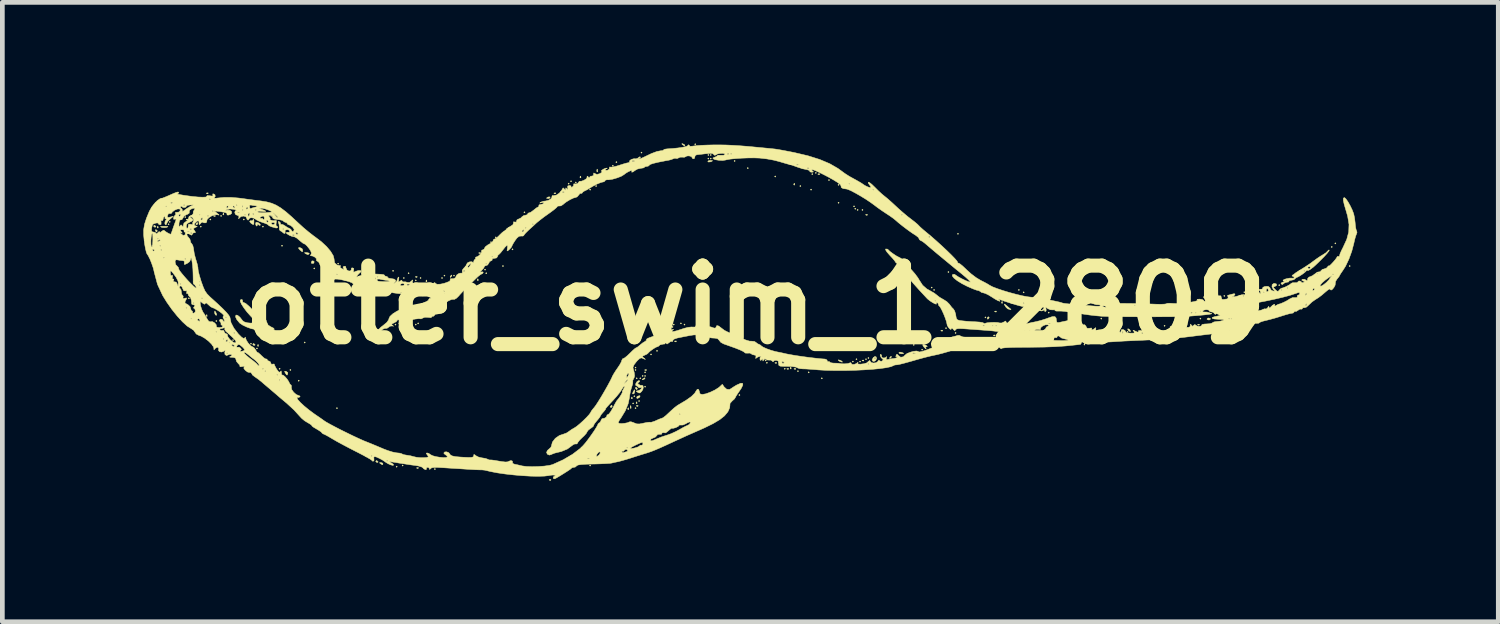
<source format=kicad_pcb>
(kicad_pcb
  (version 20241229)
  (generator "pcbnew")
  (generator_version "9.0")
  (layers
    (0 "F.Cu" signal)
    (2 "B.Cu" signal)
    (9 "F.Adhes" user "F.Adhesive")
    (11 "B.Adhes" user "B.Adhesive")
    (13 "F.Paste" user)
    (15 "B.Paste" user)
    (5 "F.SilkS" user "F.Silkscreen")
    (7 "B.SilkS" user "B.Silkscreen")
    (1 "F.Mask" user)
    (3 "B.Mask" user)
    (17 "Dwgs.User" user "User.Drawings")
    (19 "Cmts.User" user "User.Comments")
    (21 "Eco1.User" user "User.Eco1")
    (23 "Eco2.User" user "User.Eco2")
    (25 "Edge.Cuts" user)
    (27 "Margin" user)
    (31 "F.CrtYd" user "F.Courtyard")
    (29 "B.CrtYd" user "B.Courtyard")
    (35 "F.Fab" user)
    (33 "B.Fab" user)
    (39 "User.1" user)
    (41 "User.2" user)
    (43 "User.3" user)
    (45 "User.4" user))
  (footprint "otter_swim_1_2809"
    (layer "F.Cu")
    (at 13.019 3.434)
    (property "Reference" "otter_swim_1_2809" (at 0 0 0) (layer "F.SilkS") (effects (font (size 1.524 1.524) (thickness 0.3))))
    (attr through_hole)
    (fp_poly (pts (xy -12.471 -1.714) (xy -12.484 -1.702) (xy -12.497 -1.714) (xy -12.484 -1.727) (xy -12.471 -1.714)) (stroke (width 0.01) (type solid)) (fill yes) (layer "F.SilkS"))
    (fp_poly (pts (xy -12.446 -1.765) (xy -12.459 -1.753) (xy -12.471 -1.765) (xy -12.459 -1.778) (xy -12.446 -1.765)) (stroke (width 0.01) (type solid)) (fill yes) (layer "F.SilkS"))
    (fp_poly (pts (xy -12.116 -1.867) (xy -12.129 -1.854) (xy -12.141 -1.867) (xy -12.129 -1.88) (xy -12.116 -1.867)) (stroke (width 0.01) (type solid)) (fill yes) (layer "F.SilkS"))
    (fp_poly (pts (xy -12.04 -0.14) (xy -12.052 -0.127) (xy -12.065 -0.14) (xy -12.052 -0.152) (xy -12.04 -0.14)) (stroke (width 0.01) (type solid)) (fill yes) (layer "F.SilkS"))
    (fp_poly (pts (xy -11.786 -1.664) (xy -11.798 -1.651) (xy -11.811 -1.664) (xy -11.798 -1.676) (xy -11.786 -1.664)) (stroke (width 0.01) (type solid)) (fill yes) (layer "F.SilkS"))
    (fp_poly (pts (xy -11.582 -1.816) (xy -11.595 -1.803) (xy -11.608 -1.816) (xy -11.595 -1.829) (xy -11.582 -1.816)) (stroke (width 0.01) (type solid)) (fill yes) (layer "F.SilkS"))
    (fp_poly (pts (xy -11.455 0.343) (xy -11.468 0.356) (xy -11.481 0.343) (xy -11.468 0.33) (xy -11.455 0.343)) (stroke (width 0.01) (type solid)) (fill yes) (layer "F.SilkS"))
    (fp_poly (pts (xy -11.354 -1.892) (xy -11.367 -1.88) (xy -11.379 -1.892) (xy -11.367 -1.905) (xy -11.354 -1.892)) (stroke (width 0.01) (type solid)) (fill yes) (layer "F.SilkS"))
    (fp_poly (pts (xy -11.1 0.749) (xy -11.113 0.762) (xy -11.125 0.749) (xy -11.113 0.737) (xy -11.1 0.749)) (stroke (width 0.01) (type solid)) (fill yes) (layer "F.SilkS"))
    (fp_poly (pts (xy -10.871 -1.816) (xy -10.884 -1.803) (xy -10.897 -1.816) (xy -10.884 -1.829) (xy -10.871 -1.816)) (stroke (width 0.01) (type solid)) (fill yes) (layer "F.SilkS"))
    (fp_poly (pts (xy -10.719 0.826) (xy -10.732 0.838) (xy -10.744 0.826) (xy -10.732 0.813) (xy -10.719 0.826)) (stroke (width 0.01) (type solid)) (fill yes) (layer "F.SilkS"))
    (fp_poly (pts (xy -10.592 0.927) (xy -10.604 0.94) (xy -10.617 0.927) (xy -10.604 0.914) (xy -10.592 0.927)) (stroke (width 0.01) (type solid)) (fill yes) (layer "F.SilkS"))
    (fp_poly (pts (xy -10.465 -1.664) (xy -10.477 -1.651) (xy -10.49 -1.664) (xy -10.477 -1.676) (xy -10.465 -1.664)) (stroke (width 0.01) (type solid)) (fill yes) (layer "F.SilkS"))
    (fp_poly (pts (xy -10.287 -1.892) (xy -10.3 -1.88) (xy -10.312 -1.892) (xy -10.3 -1.905) (xy -10.287 -1.892)) (stroke (width 0.01) (type solid)) (fill yes) (layer "F.SilkS"))
    (fp_poly (pts (xy -10.109 1.359) (xy -10.122 1.372) (xy -10.135 1.359) (xy -10.122 1.346) (xy -10.109 1.359)) (stroke (width 0.01) (type solid)) (fill yes) (layer "F.SilkS"))
    (fp_poly (pts (xy -10.058 -1.257) (xy -10.071 -1.245) (xy -10.084 -1.257) (xy -10.071 -1.27) (xy -10.058 -1.257)) (stroke (width 0.01) (type solid)) (fill yes) (layer "F.SilkS"))
    (fp_poly (pts (xy -9.881 1.384) (xy -9.893 1.397) (xy -9.906 1.384) (xy -9.893 1.372) (xy -9.881 1.384)) (stroke (width 0.01) (type solid)) (fill yes) (layer "F.SilkS"))
    (fp_poly (pts (xy -9.703 1.613) (xy -9.716 1.626) (xy -9.728 1.613) (xy -9.716 1.6) (xy -9.703 1.613)) (stroke (width 0.01) (type solid)) (fill yes) (layer "F.SilkS"))
    (fp_poly (pts (xy -9.576 0.8) (xy -9.588 0.813) (xy -9.601 0.8) (xy -9.588 0.787) (xy -9.576 0.8)) (stroke (width 0.01) (type solid)) (fill yes) (layer "F.SilkS"))
    (fp_poly (pts (xy -9.373 -0.775) (xy -9.385 -0.762) (xy -9.398 -0.775) (xy -9.385 -0.787) (xy -9.373 -0.775)) (stroke (width 0.01) (type solid)) (fill yes) (layer "F.SilkS"))
    (fp_poly (pts (xy -9.093 0.165) (xy -9.106 0.178) (xy -9.119 0.165) (xy -9.106 0.152) (xy -9.093 0.165)) (stroke (width 0.01) (type solid)) (fill yes) (layer "F.SilkS"))
    (fp_poly (pts (xy -8.89 2.197) (xy -8.903 2.21) (xy -8.915 2.197) (xy -8.903 2.184) (xy -8.89 2.197)) (stroke (width 0.01) (type solid)) (fill yes) (layer "F.SilkS"))
    (fp_poly (pts (xy -8.865 -0.876) (xy -8.877 -0.864) (xy -8.89 -0.876) (xy -8.877 -0.889) (xy -8.865 -0.876)) (stroke (width 0.01) (type solid)) (fill yes) (layer "F.SilkS"))
    (fp_poly (pts (xy -8.153 -0.292) (xy -8.166 -0.279) (xy -8.179 -0.292) (xy -8.166 -0.305) (xy -8.153 -0.292)) (stroke (width 0.01) (type solid)) (fill yes) (layer "F.SilkS"))
    (fp_poly (pts (xy -7.696 -0.724) (xy -7.709 -0.711) (xy -7.722 -0.724) (xy -7.709 -0.737) (xy -7.696 -0.724)) (stroke (width 0.01) (type solid)) (fill yes) (layer "F.SilkS"))
    (fp_poly (pts (xy -7.645 0.419) (xy -7.658 0.432) (xy -7.671 0.419) (xy -7.658 0.406) (xy -7.645 0.419)) (stroke (width 0.01) (type solid)) (fill yes) (layer "F.SilkS"))
    (fp_poly (pts (xy -7.62 3.442) (xy -7.633 3.454) (xy -7.645 3.442) (xy -7.633 3.429) (xy -7.62 3.442)) (stroke (width 0.01) (type solid)) (fill yes) (layer "F.SilkS"))
    (fp_poly (pts (xy -7.493 0.368) (xy -7.506 0.381) (xy -7.518 0.368) (xy -7.506 0.356) (xy -7.493 0.368)) (stroke (width 0.01) (type solid)) (fill yes) (layer "F.SilkS"))
    (fp_poly (pts (xy -7.493 3.416) (xy -7.506 3.429) (xy -7.518 3.416) (xy -7.506 3.404) (xy -7.493 3.416)) (stroke (width 0.01) (type solid)) (fill yes) (layer "F.SilkS"))
    (fp_poly (pts (xy -7.468 -0.572) (xy -7.48 -0.559) (xy -7.493 -0.572) (xy -7.48 -0.584) (xy -7.468 -0.572)) (stroke (width 0.01) (type solid)) (fill yes) (layer "F.SilkS"))
    (fp_poly (pts (xy -7.366 -0.673) (xy -7.379 -0.66) (xy -7.391 -0.673) (xy -7.379 -0.686) (xy -7.366 -0.673)) (stroke (width 0.01) (type solid)) (fill yes) (layer "F.SilkS"))
    (fp_poly (pts (xy -7.214 -0.521) (xy -7.226 -0.508) (xy -7.239 -0.521) (xy -7.226 -0.533) (xy -7.214 -0.521)) (stroke (width 0.01) (type solid)) (fill yes) (layer "F.SilkS"))
    (fp_poly (pts (xy -7.214 0.419) (xy -7.226 0.432) (xy -7.239 0.419) (xy -7.226 0.406) (xy -7.214 0.419)) (stroke (width 0.01) (type solid)) (fill yes) (layer "F.SilkS"))
    (fp_poly (pts (xy -7.163 0.394) (xy -7.176 0.406) (xy -7.188 0.394) (xy -7.176 0.381) (xy -7.163 0.394)) (stroke (width 0.01) (type solid)) (fill yes) (layer "F.SilkS"))
    (fp_poly (pts (xy -7.112 -0.572) (xy -7.125 -0.559) (xy -7.137 -0.572) (xy -7.125 -0.584) (xy -7.112 -0.572)) (stroke (width 0.01) (type solid)) (fill yes) (layer "F.SilkS"))
    (fp_poly (pts (xy -6.807 3.493) (xy -6.82 3.505) (xy -6.833 3.493) (xy -6.82 3.48) (xy -6.807 3.493)) (stroke (width 0.01) (type solid)) (fill yes) (layer "F.SilkS"))
    (fp_poly (pts (xy -6.655 -0.572) (xy -6.668 -0.559) (xy -6.68 -0.572) (xy -6.668 -0.584) (xy -6.655 -0.572)) (stroke (width 0.01) (type solid)) (fill yes) (layer "F.SilkS"))
    (fp_poly (pts (xy -6.604 -0.622) (xy -6.617 -0.61) (xy -6.629 -0.622) (xy -6.617 -0.635) (xy -6.604 -0.622)) (stroke (width 0.01) (type solid)) (fill yes) (layer "F.SilkS"))
    (fp_poly (pts (xy -6.401 -0.622) (xy -6.413 -0.61) (xy -6.426 -0.622) (xy -6.413 -0.635) (xy -6.401 -0.622)) (stroke (width 0.01) (type solid)) (fill yes) (layer "F.SilkS"))
    (fp_poly (pts (xy -5.74 -0.749) (xy -5.753 -0.737) (xy -5.766 -0.749) (xy -5.753 -0.762) (xy -5.74 -0.749)) (stroke (width 0.01) (type solid)) (fill yes) (layer "F.SilkS"))
    (fp_poly (pts (xy -5.715 -0.673) (xy -5.728 -0.66) (xy -5.74 -0.673) (xy -5.728 -0.686) (xy -5.715 -0.673)) (stroke (width 0.01) (type solid)) (fill yes) (layer "F.SilkS"))
    (fp_poly (pts (xy -5.613 -1.333) (xy -5.626 -1.321) (xy -5.639 -1.333) (xy -5.626 -1.346) (xy -5.613 -1.333)) (stroke (width 0.01) (type solid)) (fill yes) (layer "F.SilkS"))
    (fp_poly (pts (xy -5.512 -1.435) (xy -5.524 -1.422) (xy -5.537 -1.435) (xy -5.524 -1.448) (xy -5.512 -1.435)) (stroke (width 0.01) (type solid)) (fill yes) (layer "F.SilkS"))
    (fp_poly (pts (xy -5.359 -0.826) (xy -5.372 -0.813) (xy -5.385 -0.826) (xy -5.372 -0.838) (xy -5.359 -0.826)) (stroke (width 0.01) (type solid)) (fill yes) (layer "F.SilkS"))
    (fp_poly (pts (xy -5.156 -1.181) (xy -5.169 -1.168) (xy -5.182 -1.181) (xy -5.169 -1.194) (xy -5.156 -1.181)) (stroke (width 0.01) (type solid)) (fill yes) (layer "F.SilkS"))
    (fp_poly (pts (xy -4.902 -1.968) (xy -4.915 -1.956) (xy -4.928 -1.968) (xy -4.915 -1.981) (xy -4.902 -1.968)) (stroke (width 0.01) (type solid)) (fill yes) (layer "F.SilkS"))
    (fp_poly (pts (xy -3.962 -2.578) (xy -3.975 -2.565) (xy -3.988 -2.578) (xy -3.975 -2.591) (xy -3.962 -2.578)) (stroke (width 0.01) (type solid)) (fill yes) (layer "F.SilkS"))
    (fp_poly (pts (xy -3.912 -2.629) (xy -3.924 -2.616) (xy -3.937 -2.629) (xy -3.924 -2.642) (xy -3.912 -2.629)) (stroke (width 0.01) (type solid)) (fill yes) (layer "F.SilkS"))
    (fp_poly (pts (xy -3.81 -2.603) (xy -3.823 -2.591) (xy -3.835 -2.603) (xy -3.823 -2.616) (xy -3.81 -2.603)) (stroke (width 0.01) (type solid)) (fill yes) (layer "F.SilkS"))
    (fp_poly (pts (xy -3.505 -2.451) (xy -3.518 -2.438) (xy -3.531 -2.451) (xy -3.518 -2.464) (xy -3.505 -2.451)) (stroke (width 0.01) (type solid)) (fill yes) (layer "F.SilkS"))
    (fp_poly (pts (xy -3.505 3.416) (xy -3.518 3.429) (xy -3.531 3.416) (xy -3.518 3.404) (xy -3.505 3.416)) (stroke (width 0.01) (type solid)) (fill yes) (layer "F.SilkS"))
    (fp_poly (pts (xy -3.378 -2.527) (xy -3.391 -2.515) (xy -3.404 -2.527) (xy -3.391 -2.54) (xy -3.378 -2.527)) (stroke (width 0.01) (type solid)) (fill yes) (layer "F.SilkS"))
    (fp_poly (pts (xy -3.023 -2.959) (xy -3.035 -2.946) (xy -3.048 -2.959) (xy -3.035 -2.972) (xy -3.023 -2.959)) (stroke (width 0.01) (type solid)) (fill yes) (layer "F.SilkS"))
    (fp_poly (pts (xy -2.946 -3.035) (xy -2.959 -3.023) (xy -2.972 -3.035) (xy -2.959 -3.048) (xy -2.946 -3.035)) (stroke (width 0.01) (type solid)) (fill yes) (layer "F.SilkS"))
    (fp_poly (pts (xy -2.591 2.095) (xy -2.603 2.108) (xy -2.616 2.095) (xy -2.603 2.083) (xy -2.591 2.095)) (stroke (width 0.01) (type solid)) (fill yes) (layer "F.SilkS"))
    (fp_poly (pts (xy -2.565 1.943) (xy -2.578 1.956) (xy -2.591 1.943) (xy -2.578 1.93) (xy -2.565 1.943)) (stroke (width 0.01) (type solid)) (fill yes) (layer "F.SilkS"))
    (fp_poly (pts (xy -2.54 1.333) (xy -2.553 1.346) (xy -2.565 1.333) (xy -2.553 1.321) (xy -2.54 1.333)) (stroke (width 0.01) (type solid)) (fill yes) (layer "F.SilkS"))
    (fp_poly (pts (xy -2.54 1.384) (xy -2.553 1.397) (xy -2.565 1.384) (xy -2.553 1.372) (xy -2.54 1.384)) (stroke (width 0.01) (type solid)) (fill yes) (layer "F.SilkS"))
    (fp_poly (pts (xy -2.54 2.197) (xy -2.553 2.21) (xy -2.565 2.197) (xy -2.553 2.184) (xy -2.54 2.197)) (stroke (width 0.01) (type solid)) (fill yes) (layer "F.SilkS"))
    (fp_poly (pts (xy -2.515 1.562) (xy -2.527 1.575) (xy -2.54 1.562) (xy -2.527 1.549) (xy -2.515 1.562)) (stroke (width 0.01) (type solid)) (fill yes) (layer "F.SilkS"))
    (fp_poly (pts (xy -2.464 2.045) (xy -2.477 2.057) (xy -2.489 2.045) (xy -2.477 2.032) (xy -2.464 2.045)) (stroke (width 0.01) (type solid)) (fill yes) (layer "F.SilkS"))
    (fp_poly (pts (xy -2.438 1.562) (xy -2.451 1.575) (xy -2.464 1.562) (xy -2.451 1.549) (xy -2.438 1.562)) (stroke (width 0.01) (type solid)) (fill yes) (layer "F.SilkS"))
    (fp_poly (pts (xy -2.413 -3.239) (xy -2.426 -3.226) (xy -2.438 -3.239) (xy -2.426 -3.251) (xy -2.413 -3.239)) (stroke (width 0.01) (type solid)) (fill yes) (layer "F.SilkS"))
    (fp_poly (pts (xy -2.388 1.511) (xy -2.4 1.524) (xy -2.413 1.511) (xy -2.4 1.499) (xy -2.388 1.511)) (stroke (width 0.01) (type solid)) (fill yes) (layer "F.SilkS"))
    (fp_poly (pts (xy -2.337 1.435) (xy -2.349 1.448) (xy -2.362 1.435) (xy -2.349 1.422) (xy -2.337 1.435)) (stroke (width 0.01) (type solid)) (fill yes) (layer "F.SilkS"))
    (fp_poly (pts (xy -2.337 1.511) (xy -2.349 1.524) (xy -2.362 1.511) (xy -2.349 1.499) (xy -2.337 1.511)) (stroke (width 0.01) (type solid)) (fill yes) (layer "F.SilkS"))
    (fp_poly (pts (xy -2.337 1.74) (xy -2.349 1.753) (xy -2.362 1.74) (xy -2.349 1.727) (xy -2.337 1.74)) (stroke (width 0.01) (type solid)) (fill yes) (layer "F.SilkS"))
    (fp_poly (pts (xy -2.21 1.054) (xy -2.223 1.067) (xy -2.235 1.054) (xy -2.223 1.041) (xy -2.21 1.054)) (stroke (width 0.01) (type solid)) (fill yes) (layer "F.SilkS"))
    (fp_poly (pts (xy -2.083 0.978) (xy -2.095 0.991) (xy -2.108 0.978) (xy -2.095 0.965) (xy -2.083 0.978)) (stroke (width 0.01) (type solid)) (fill yes) (layer "F.SilkS"))
    (fp_poly (pts (xy -1.905 0.495) (xy -1.918 0.508) (xy -1.93 0.495) (xy -1.918 0.483) (xy -1.905 0.495)) (stroke (width 0.01) (type solid)) (fill yes) (layer "F.SilkS"))
    (fp_poly (pts (xy -1.753 0.47) (xy -1.765 0.483) (xy -1.778 0.47) (xy -1.765 0.457) (xy -1.753 0.47)) (stroke (width 0.01) (type solid)) (fill yes) (layer "F.SilkS"))
    (fp_poly (pts (xy -1.727 0.419) (xy -1.74 0.432) (xy -1.753 0.419) (xy -1.74 0.406) (xy -1.727 0.419)) (stroke (width 0.01) (type solid)) (fill yes) (layer "F.SilkS"))
    (fp_poly (pts (xy -1.575 0.394) (xy -1.587 0.406) (xy -1.6 0.394) (xy -1.587 0.381) (xy -1.575 0.394)) (stroke (width 0.01) (type solid)) (fill yes) (layer "F.SilkS"))
    (fp_poly (pts (xy -1.499 0.419) (xy -1.511 0.432) (xy -1.524 0.419) (xy -1.511 0.406) (xy -1.499 0.419)) (stroke (width 0.01) (type solid)) (fill yes) (layer "F.SilkS"))
    (fp_poly (pts (xy -1.27 -3.416) (xy -1.283 -3.404) (xy -1.295 -3.416) (xy -1.283 -3.429) (xy -1.27 -3.416)) (stroke (width 0.01) (type solid)) (fill yes) (layer "F.SilkS"))
    (fp_poly (pts (xy -1.067 0.419) (xy -1.079 0.432) (xy -1.092 0.419) (xy -1.079 0.406) (xy -1.067 0.419)) (stroke (width 0.01) (type solid)) (fill yes) (layer "F.SilkS"))
    (fp_poly (pts (xy -0.991 -3.188) (xy -1.003 -3.175) (xy -1.016 -3.188) (xy -1.003 -3.2) (xy -0.991 -3.188)) (stroke (width 0.01) (type solid)) (fill yes) (layer "F.SilkS"))
    (fp_poly (pts (xy -0.991 -3.111) (xy -1.003 -3.099) (xy -1.016 -3.111) (xy -1.003 -3.124) (xy -0.991 -3.111)) (stroke (width 0.01) (type solid)) (fill yes) (layer "F.SilkS"))
    (fp_poly (pts (xy -0.94 -3.188) (xy -0.953 -3.175) (xy -0.965 -3.188) (xy -0.953 -3.2) (xy -0.94 -3.188)) (stroke (width 0.01) (type solid)) (fill yes) (layer "F.SilkS"))
    (fp_poly (pts (xy -0.94 -3.111) (xy -0.953 -3.099) (xy -0.965 -3.111) (xy -0.953 -3.124) (xy -0.94 -3.111)) (stroke (width 0.01) (type solid)) (fill yes) (layer "F.SilkS"))
    (fp_poly (pts (xy -0.432 -3.061) (xy -0.445 -3.048) (xy -0.457 -3.061) (xy -0.445 -3.073) (xy -0.432 -3.061)) (stroke (width 0.01) (type solid)) (fill yes) (layer "F.SilkS"))
    (fp_poly (pts (xy -0.33 1.918) (xy -0.343 1.93) (xy -0.356 1.918) (xy -0.343 1.905) (xy -0.33 1.918)) (stroke (width 0.01) (type solid)) (fill yes) (layer "F.SilkS"))
    (fp_poly (pts (xy -0.152 -2.908) (xy -0.165 -2.896) (xy -0.178 -2.908) (xy -0.165 -2.921) (xy -0.152 -2.908)) (stroke (width 0.01) (type solid)) (fill yes) (layer "F.SilkS"))
    (fp_poly (pts (xy 0.178 0.648) (xy 0.165 0.66) (xy 0.152 0.648) (xy 0.165 0.635) (xy 0.178 0.648)) (stroke (width 0.01) (type solid)) (fill yes) (layer "F.SilkS"))
    (fp_poly (pts (xy 0.229 1.181) (xy 0.216 1.194) (xy 0.203 1.181) (xy 0.216 1.168) (xy 0.229 1.181)) (stroke (width 0.01) (type solid)) (fill yes) (layer "F.SilkS"))
    (fp_poly (pts (xy 0.254 1.232) (xy 0.241 1.245) (xy 0.229 1.232) (xy 0.241 1.219) (xy 0.254 1.232)) (stroke (width 0.01) (type solid)) (fill yes) (layer "F.SilkS"))
    (fp_poly (pts (xy 0.432 -2.731) (xy 0.419 -2.718) (xy 0.406 -2.731) (xy 0.419 -2.743) (xy 0.432 -2.731)) (stroke (width 0.01) (type solid)) (fill yes) (layer "F.SilkS"))
    (fp_poly (pts (xy 0.635 1.359) (xy 0.622 1.372) (xy 0.61 1.359) (xy 0.622 1.346) (xy 0.635 1.359)) (stroke (width 0.01) (type solid)) (fill yes) (layer "F.SilkS"))
    (fp_poly (pts (xy 0.914 1.41) (xy 0.902 1.422) (xy 0.889 1.41) (xy 0.902 1.397) (xy 0.914 1.41)) (stroke (width 0.01) (type solid)) (fill yes) (layer "F.SilkS"))
    (fp_poly (pts (xy 0.965 -2.527) (xy 0.953 -2.515) (xy 0.94 -2.527) (xy 0.953 -2.54) (xy 0.965 -2.527)) (stroke (width 0.01) (type solid)) (fill yes) (layer "F.SilkS"))
    (fp_poly (pts (xy 1.143 1.435) (xy 1.13 1.448) (xy 1.118 1.435) (xy 1.13 1.422) (xy 1.143 1.435)) (stroke (width 0.01) (type solid)) (fill yes) (layer "F.SilkS"))
    (fp_poly (pts (xy 1.194 -2.451) (xy 1.181 -2.438) (xy 1.168 -2.451) (xy 1.181 -2.464) (xy 1.194 -2.451)) (stroke (width 0.01) (type solid)) (fill yes) (layer "F.SilkS"))
    (fp_poly (pts (xy 1.219 -2.781) (xy 1.206 -2.769) (xy 1.194 -2.781) (xy 1.206 -2.794) (xy 1.219 -2.781)) (stroke (width 0.01) (type solid)) (fill yes) (layer "F.SilkS"))
    (fp_poly (pts (xy 1.295 -2.807) (xy 1.283 -2.794) (xy 1.27 -2.807) (xy 1.283 -2.819) (xy 1.295 -2.807)) (stroke (width 0.01) (type solid)) (fill yes) (layer "F.SilkS"))
    (fp_poly (pts (xy 1.422 1.562) (xy 1.41 1.575) (xy 1.397 1.562) (xy 1.41 1.549) (xy 1.422 1.562)) (stroke (width 0.01) (type solid)) (fill yes) (layer "F.SilkS"))
    (fp_poly (pts (xy 1.575 -2.654) (xy 1.562 -2.642) (xy 1.549 -2.654) (xy 1.562 -2.667) (xy 1.575 -2.654)) (stroke (width 0.01) (type solid)) (fill yes) (layer "F.SilkS"))
    (fp_poly (pts (xy 1.778 -2.553) (xy 1.765 -2.54) (xy 1.753 -2.553) (xy 1.765 -2.565) (xy 1.778 -2.553)) (stroke (width 0.01) (type solid)) (fill yes) (layer "F.SilkS"))
    (fp_poly (pts (xy 1.778 -2.172) (xy 1.765 -2.159) (xy 1.753 -2.172) (xy 1.765 -2.184) (xy 1.778 -2.172)) (stroke (width 0.01) (type solid)) (fill yes) (layer "F.SilkS"))
    (fp_poly (pts (xy 2.083 1.206) (xy 2.07 1.219) (xy 2.057 1.206) (xy 2.07 1.194) (xy 2.083 1.206)) (stroke (width 0.01) (type solid)) (fill yes) (layer "F.SilkS"))
    (fp_poly (pts (xy 2.108 -2.095) (xy 2.095 -2.083) (xy 2.083 -2.095) (xy 2.095 -2.108) (xy 2.108 -2.095)) (stroke (width 0.01) (type solid)) (fill yes) (layer "F.SilkS"))
    (fp_poly (pts (xy 2.134 -2.045) (xy 2.121 -2.032) (xy 2.108 -2.045) (xy 2.121 -2.057) (xy 2.134 -2.045)) (stroke (width 0.01) (type solid)) (fill yes) (layer "F.SilkS"))
    (fp_poly (pts (xy 2.159 1.156) (xy 2.146 1.168) (xy 2.134 1.156) (xy 2.146 1.143) (xy 2.159 1.156)) (stroke (width 0.01) (type solid)) (fill yes) (layer "F.SilkS"))
    (fp_poly (pts (xy 2.184 -2.019) (xy 2.172 -2.007) (xy 2.159 -2.019) (xy 2.172 -2.032) (xy 2.184 -2.019)) (stroke (width 0.01) (type solid)) (fill yes) (layer "F.SilkS"))
    (fp_poly (pts (xy 2.235 1.206) (xy 2.223 1.219) (xy 2.21 1.206) (xy 2.223 1.194) (xy 2.235 1.206)) (stroke (width 0.01) (type solid)) (fill yes) (layer "F.SilkS"))
    (fp_poly (pts (xy 2.286 -2.019) (xy 2.273 -2.007) (xy 2.261 -2.019) (xy 2.273 -2.032) (xy 2.286 -2.019)) (stroke (width 0.01) (type solid)) (fill yes) (layer "F.SilkS"))
    (fp_poly (pts (xy 2.362 1.156) (xy 2.349 1.168) (xy 2.337 1.156) (xy 2.349 1.143) (xy 2.362 1.156)) (stroke (width 0.01) (type solid)) (fill yes) (layer "F.SilkS"))
    (fp_poly (pts (xy 2.413 1.13) (xy 2.4 1.143) (xy 2.388 1.13) (xy 2.4 1.118) (xy 2.413 1.13)) (stroke (width 0.01) (type solid)) (fill yes) (layer "F.SilkS"))
    (fp_poly (pts (xy 2.997 0.622) (xy 2.985 0.635) (xy 2.972 0.622) (xy 2.985 0.61) (xy 2.997 0.622)) (stroke (width 0.01) (type solid)) (fill yes) (layer "F.SilkS"))
    (fp_poly (pts (xy 3.302 0.546) (xy 3.289 0.559) (xy 3.277 0.546) (xy 3.289 0.533) (xy 3.302 0.546)) (stroke (width 0.01) (type solid)) (fill yes) (layer "F.SilkS"))
    (fp_poly (pts (xy 3.378 0.851) (xy 3.365 0.864) (xy 3.353 0.851) (xy 3.365 0.838) (xy 3.378 0.851)) (stroke (width 0.01) (type solid)) (fill yes) (layer "F.SilkS"))
    (fp_poly (pts (xy 3.556 0.953) (xy 3.543 0.965) (xy 3.531 0.953) (xy 3.543 0.94) (xy 3.556 0.953)) (stroke (width 0.01) (type solid)) (fill yes) (layer "F.SilkS"))
    (fp_poly (pts (xy 3.759 -0.368) (xy 3.747 -0.356) (xy 3.734 -0.368) (xy 3.747 -0.381) (xy 3.759 -0.368)) (stroke (width 0.01) (type solid)) (fill yes) (layer "F.SilkS"))
    (fp_poly (pts (xy 3.759 0.826) (xy 3.747 0.838) (xy 3.734 0.826) (xy 3.747 0.813) (xy 3.759 0.826)) (stroke (width 0.01) (type solid)) (fill yes) (layer "F.SilkS"))
    (fp_poly (pts (xy 3.81 -0.318) (xy 3.797 -0.305) (xy 3.785 -0.318) (xy 3.797 -0.33) (xy 3.81 -0.318)) (stroke (width 0.01) (type solid)) (fill yes) (layer "F.SilkS"))
    (fp_poly (pts (xy 4.064 0.495) (xy 4.051 0.508) (xy 4.039 0.495) (xy 4.051 0.483) (xy 4.064 0.495)) (stroke (width 0.01) (type solid)) (fill yes) (layer "F.SilkS"))
    (fp_poly (pts (xy 4.115 -0.699) (xy 4.102 -0.686) (xy 4.089 -0.699) (xy 4.102 -0.711) (xy 4.115 -0.699)) (stroke (width 0.01) (type solid)) (fill yes) (layer "F.SilkS"))
    (fp_poly (pts (xy 4.267 0.597) (xy 4.255 0.61) (xy 4.242 0.597) (xy 4.255 0.584) (xy 4.267 0.597)) (stroke (width 0.01) (type solid)) (fill yes) (layer "F.SilkS"))
    (fp_poly (pts (xy 4.318 -1.511) (xy 4.305 -1.499) (xy 4.293 -1.511) (xy 4.305 -1.524) (xy 4.318 -1.511)) (stroke (width 0.01) (type solid)) (fill yes) (layer "F.SilkS"))
    (fp_poly (pts (xy 4.42 0.953) (xy 4.407 0.965) (xy 4.394 0.953) (xy 4.407 0.94) (xy 4.42 0.953)) (stroke (width 0.01) (type solid)) (fill yes) (layer "F.SilkS"))
    (fp_poly (pts (xy 4.902 0.267) (xy 4.889 0.279) (xy 4.877 0.267) (xy 4.889 0.254) (xy 4.902 0.267)) (stroke (width 0.01) (type solid)) (fill yes) (layer "F.SilkS"))
    (fp_poly (pts (xy 5.359 0.648) (xy 5.347 0.66) (xy 5.334 0.648) (xy 5.347 0.635) (xy 5.359 0.648)) (stroke (width 0.01) (type solid)) (fill yes) (layer "F.SilkS"))
    (fp_poly (pts (xy 5.613 -0.318) (xy 5.601 -0.305) (xy 5.588 -0.318) (xy 5.601 -0.33) (xy 5.613 -0.318)) (stroke (width 0.01) (type solid)) (fill yes) (layer "F.SilkS"))
    (fp_poly (pts (xy 5.613 0.241) (xy 5.601 0.254) (xy 5.588 0.241) (xy 5.601 0.229) (xy 5.613 0.241)) (stroke (width 0.01) (type solid)) (fill yes) (layer "F.SilkS"))
    (fp_poly (pts (xy 5.715 -0.267) (xy 5.702 -0.254) (xy 5.69 -0.267) (xy 5.702 -0.279) (xy 5.715 -0.267)) (stroke (width 0.01) (type solid)) (fill yes) (layer "F.SilkS"))
    (fp_poly (pts (xy 5.766 0.267) (xy 5.753 0.279) (xy 5.74 0.267) (xy 5.753 0.254) (xy 5.766 0.267)) (stroke (width 0.01) (type solid)) (fill yes) (layer "F.SilkS"))
    (fp_poly (pts (xy 5.842 0.089) (xy 5.829 0.102) (xy 5.817 0.089) (xy 5.829 0.076) (xy 5.842 0.089)) (stroke (width 0.01) (type solid)) (fill yes) (layer "F.SilkS"))
    (fp_poly (pts (xy 6.045 0.622) (xy 6.032 0.635) (xy 6.02 0.622) (xy 6.032 0.61) (xy 6.045 0.622)) (stroke (width 0.01) (type solid)) (fill yes) (layer "F.SilkS"))
    (fp_poly (pts (xy 6.248 0.165) (xy 6.236 0.178) (xy 6.223 0.165) (xy 6.236 0.152) (xy 6.248 0.165)) (stroke (width 0.01) (type solid)) (fill yes) (layer "F.SilkS"))
    (fp_poly (pts (xy 6.883 -0.089) (xy 6.871 -0.076) (xy 6.858 -0.089) (xy 6.871 -0.102) (xy 6.883 -0.089)) (stroke (width 0.01) (type solid)) (fill yes) (layer "F.SilkS"))
    (fp_poly (pts (xy 7.366 0.292) (xy 7.353 0.305) (xy 7.341 0.292) (xy 7.353 0.279) (xy 7.366 0.292)) (stroke (width 0.01) (type solid)) (fill yes) (layer "F.SilkS"))
    (fp_poly (pts (xy 7.645 0.318) (xy 7.633 0.33) (xy 7.62 0.318) (xy 7.633 0.305) (xy 7.645 0.318)) (stroke (width 0.01) (type solid)) (fill yes) (layer "F.SilkS"))
    (fp_poly (pts (xy 7.722 0.495) (xy 7.709 0.508) (xy 7.696 0.495) (xy 7.709 0.483) (xy 7.722 0.495)) (stroke (width 0.01) (type solid)) (fill yes) (layer "F.SilkS"))
    (fp_poly (pts (xy 7.925 0.572) (xy 7.912 0.584) (xy 7.899 0.572) (xy 7.912 0.559) (xy 7.925 0.572)) (stroke (width 0.01) (type solid)) (fill yes) (layer "F.SilkS"))
    (fp_poly (pts (xy 8.712 0.445) (xy 8.7 0.457) (xy 8.687 0.445) (xy 8.7 0.432) (xy 8.712 0.445)) (stroke (width 0.01) (type solid)) (fill yes) (layer "F.SilkS"))
    (fp_poly (pts (xy 8.839 0.47) (xy 8.826 0.483) (xy 8.814 0.47) (xy 8.826 0.457) (xy 8.839 0.47)) (stroke (width 0.01) (type solid)) (fill yes) (layer "F.SilkS"))
    (fp_poly (pts (xy 9.474 0.292) (xy 9.461 0.305) (xy 9.449 0.292) (xy 9.461 0.279) (xy 9.474 0.292)) (stroke (width 0.01) (type solid)) (fill yes) (layer "F.SilkS"))
    (fp_poly (pts (xy 9.55 -0.165) (xy 9.538 -0.152) (xy 9.525 -0.165) (xy 9.538 -0.178) (xy 9.55 -0.165)) (stroke (width 0.01) (type solid)) (fill yes) (layer "F.SilkS"))
    (fp_poly (pts (xy 9.982 -0.191) (xy 9.97 -0.178) (xy 9.957 -0.191) (xy 9.97 -0.203) (xy 9.982 -0.191)) (stroke (width 0.01) (type solid)) (fill yes) (layer "F.SilkS"))
    (fp_poly (pts (xy 10.084 0.165) (xy 10.071 0.178) (xy 10.058 0.165) (xy 10.071 0.152) (xy 10.084 0.165)) (stroke (width 0.01) (type solid)) (fill yes) (layer "F.SilkS"))
    (fp_poly (pts (xy 10.566 -0.292) (xy 10.554 -0.279) (xy 10.541 -0.292) (xy 10.554 -0.305) (xy 10.566 -0.292)) (stroke (width 0.01) (type solid)) (fill yes) (layer "F.SilkS"))
    (fp_poly (pts (xy 11.151 -0.419) (xy 11.138 -0.406) (xy 11.125 -0.419) (xy 11.138 -0.432) (xy 11.151 -0.419)) (stroke (width 0.01) (type solid)) (fill yes) (layer "F.SilkS"))
    (fp_poly (pts (xy 12.268 -1.232) (xy 12.255 -1.219) (xy 12.243 -1.232) (xy 12.255 -1.245) (xy 12.268 -1.232)) (stroke (width 0.01) (type solid)) (fill yes) (layer "F.SilkS"))
    (fp_poly (pts (xy 12.344 -1.308) (xy 12.332 -1.295) (xy 12.319 -1.308) (xy 12.332 -1.321) (xy 12.344 -1.308)) (stroke (width 0.01) (type solid)) (fill yes) (layer "F.SilkS"))
    (fp_poly (pts (xy 12.649 -0.826) (xy 12.636 -0.813) (xy 12.624 -0.826) (xy 12.636 -0.838) (xy 12.649 -0.826)) (stroke (width 0.01) (type solid)) (fill yes) (layer "F.SilkS"))
    (fp_poly (pts (xy -12.708 -1.668) (xy -12.705 -1.638) (xy -12.708 -1.634) (xy -12.724 -1.638) (xy -12.725 -1.651) (xy -12.716 -1.672) (xy -12.708 -1.668)) (stroke (width 0.01) (type solid)) (fill yes) (layer "F.SilkS"))
    (fp_poly (pts (xy -12.073 -1.82) (xy -12.077 -1.805) (xy -12.09 -1.803) (xy -12.111 -1.813) (xy -12.107 -1.82) (xy -12.077 -1.823) (xy -12.073 -1.82)) (stroke (width 0.01) (type solid)) (fill yes) (layer "F.SilkS"))
    (fp_poly (pts (xy -11.667 0.212) (xy -11.664 0.242) (xy -11.667 0.246) (xy -11.682 0.242) (xy -11.684 0.229) (xy -11.675 0.208) (xy -11.667 0.212)) (stroke (width 0.01) (type solid)) (fill yes) (layer "F.SilkS"))
    (fp_poly (pts (xy -11.642 -2.379) (xy -11.645 -2.364) (xy -11.659 -2.362) (xy -11.68 -2.371) (xy -11.676 -2.379) (xy -11.645 -2.382) (xy -11.642 -2.379)) (stroke (width 0.01) (type solid)) (fill yes) (layer "F.SilkS"))
    (fp_poly (pts (xy -11.489 -1.897) (xy -11.493 -1.881) (xy -11.506 -1.88) (xy -11.527 -1.889) (xy -11.523 -1.897) (xy -11.493 -1.9) (xy -11.489 -1.897)) (stroke (width 0.01) (type solid)) (fill yes) (layer "F.SilkS"))
    (fp_poly (pts (xy -11.311 -1.947) (xy -11.308 -1.917) (xy -11.311 -1.913) (xy -11.327 -1.917) (xy -11.328 -1.93) (xy -11.319 -1.951) (xy -11.311 -1.947)) (stroke (width 0.01) (type solid)) (fill yes) (layer "F.SilkS"))
    (fp_poly (pts (xy -10.575 0.847) (xy -10.572 0.877) (xy -10.575 0.881) (xy -10.59 0.877) (xy -10.592 0.864) (xy -10.583 0.843) (xy -10.575 0.847)) (stroke (width 0.01) (type solid)) (fill yes) (layer "F.SilkS"))
    (fp_poly (pts (xy -9.178 -0.093) (xy -9.175 -0.063) (xy -9.178 -0.059) (xy -9.193 -0.063) (xy -9.195 -0.076) (xy -9.186 -0.097) (xy -9.178 -0.093)) (stroke (width 0.01) (type solid)) (fill yes) (layer "F.SilkS"))
    (fp_poly (pts (xy -7.197 -0.601) (xy -7.2 -0.586) (xy -7.214 -0.584) (xy -7.235 -0.593) (xy -7.231 -0.601) (xy -7.2 -0.604) (xy -7.197 -0.601)) (stroke (width 0.01) (type solid)) (fill yes) (layer "F.SilkS"))
    (fp_poly (pts (xy -7.171 3.463) (xy -7.175 3.478) (xy -7.188 3.48) (xy -7.209 3.471) (xy -7.205 3.463) (xy -7.175 3.46) (xy -7.171 3.463)) (stroke (width 0.01) (type solid)) (fill yes) (layer "F.SilkS"))
    (fp_poly (pts (xy -6.993 -0.525) (xy -6.99 -0.495) (xy -6.993 -0.491) (xy -7.009 -0.495) (xy -7.01 -0.508) (xy -7.001 -0.529) (xy -6.993 -0.525)) (stroke (width 0.01) (type solid)) (fill yes) (layer "F.SilkS"))
    (fp_poly (pts (xy -5.901 -0.55) (xy -5.898 -0.52) (xy -5.901 -0.516) (xy -5.916 -0.52) (xy -5.918 -0.533) (xy -5.909 -0.554) (xy -5.901 -0.55)) (stroke (width 0.01) (type solid)) (fill yes) (layer "F.SilkS"))
    (fp_poly (pts (xy -5.85 -1.109) (xy -5.854 -1.094) (xy -5.867 -1.092) (xy -5.888 -1.101) (xy -5.884 -1.109) (xy -5.854 -1.112) (xy -5.85 -1.109)) (stroke (width 0.01) (type solid)) (fill yes) (layer "F.SilkS"))
    (fp_poly (pts (xy -4.352 3.717) (xy -4.355 3.732) (xy -4.369 3.734) (xy -4.39 3.725) (xy -4.386 3.717) (xy -4.356 3.714) (xy -4.352 3.717)) (stroke (width 0.01) (type solid)) (fill yes) (layer "F.SilkS"))
    (fp_poly (pts (xy -4.25 -2.379) (xy -4.254 -2.364) (xy -4.267 -2.362) (xy -4.288 -2.371) (xy -4.284 -2.379) (xy -4.254 -2.382) (xy -4.25 -2.379)) (stroke (width 0.01) (type solid)) (fill yes) (layer "F.SilkS"))
    (fp_poly (pts (xy -3.717 -2.735) (xy -3.714 -2.705) (xy -3.717 -2.701) (xy -3.732 -2.704) (xy -3.734 -2.718) (xy -3.725 -2.739) (xy -3.717 -2.735)) (stroke (width 0.01) (type solid)) (fill yes) (layer "F.SilkS"))
    (fp_poly (pts (xy -3.361 -2.875) (xy -3.358 -2.835) (xy -3.363 -2.826) (xy -3.374 -2.834) (xy -3.376 -2.86) (xy -3.37 -2.887) (xy -3.361 -2.875)) (stroke (width 0.01) (type solid)) (fill yes) (layer "F.SilkS"))
    (fp_poly (pts (xy -2.701 2.193) (xy -2.698 2.223) (xy -2.701 2.227) (xy -2.716 2.223) (xy -2.718 2.21) (xy -2.709 2.189) (xy -2.701 2.193)) (stroke (width 0.01) (type solid)) (fill yes) (layer "F.SilkS"))
    (fp_poly (pts (xy -2.65 2.154) (xy -2.647 2.194) (xy -2.652 2.203) (xy -2.663 2.195) (xy -2.665 2.17) (xy -2.659 2.142) (xy -2.65 2.154)) (stroke (width 0.01) (type solid)) (fill yes) (layer "F.SilkS"))
    (fp_poly (pts (xy -2.625 1.964) (xy -2.622 1.994) (xy -2.625 1.998) (xy -2.64 1.995) (xy -2.642 1.981) (xy -2.632 1.96) (xy -2.625 1.964)) (stroke (width 0.01) (type solid)) (fill yes) (layer "F.SilkS"))
    (fp_poly (pts (xy -2.523 2.066) (xy -2.52 2.096) (xy -2.523 2.1) (xy -2.538 2.096) (xy -2.54 2.083) (xy -2.531 2.062) (xy -2.523 2.066)) (stroke (width 0.01) (type solid)) (fill yes) (layer "F.SilkS"))
    (fp_poly (pts (xy -2.498 2.142) (xy -2.501 2.157) (xy -2.515 2.159) (xy -2.536 2.15) (xy -2.532 2.142) (xy -2.501 2.139) (xy -2.498 2.142)) (stroke (width 0.01) (type solid)) (fill yes) (layer "F.SilkS"))
    (fp_poly (pts (xy -2.32 1.38) (xy -2.323 1.395) (xy -2.337 1.397) (xy -2.358 1.388) (xy -2.354 1.38) (xy -2.324 1.377) (xy -2.32 1.38)) (stroke (width 0.01) (type solid)) (fill yes) (layer "F.SilkS"))
    (fp_poly (pts (xy -1.685 0.77) (xy -1.688 0.786) (xy -1.702 0.787) (xy -1.723 0.778) (xy -1.719 0.77) (xy -1.689 0.767) (xy -1.685 0.77)) (stroke (width 0.01) (type solid)) (fill yes) (layer "F.SilkS"))
    (fp_poly (pts (xy 0.449 1.228) (xy 0.445 1.243) (xy 0.432 1.245) (xy 0.411 1.235) (xy 0.415 1.228) (xy 0.445 1.225) (xy 0.449 1.228)) (stroke (width 0.01) (type solid)) (fill yes) (layer "F.SilkS"))
    (fp_poly (pts (xy 0.703 1.355) (xy 0.699 1.37) (xy 0.686 1.372) (xy 0.665 1.362) (xy 0.669 1.355) (xy 0.699 1.352) (xy 0.703 1.355)) (stroke (width 0.01) (type solid)) (fill yes) (layer "F.SilkS"))
    (fp_poly (pts (xy 0.754 1.329) (xy 0.757 1.359) (xy 0.754 1.363) (xy 0.738 1.36) (xy 0.737 1.346) (xy 0.746 1.325) (xy 0.754 1.329)) (stroke (width 0.01) (type solid)) (fill yes) (layer "F.SilkS"))
    (fp_poly (pts (xy 0.83 -2.582) (xy 0.833 -2.552) (xy 0.83 -2.548) (xy 0.815 -2.552) (xy 0.813 -2.565) (xy 0.822 -2.586) (xy 0.83 -2.582)) (stroke (width 0.01) (type solid)) (fill yes) (layer "F.SilkS"))
    (fp_poly (pts (xy 0.855 1.355) (xy 0.852 1.37) (xy 0.838 1.372) (xy 0.817 1.362) (xy 0.821 1.355) (xy 0.851 1.352) (xy 0.855 1.355)) (stroke (width 0.01) (type solid)) (fill yes) (layer "F.SilkS"))
    (fp_poly (pts (xy 1.363 -2.786) (xy 1.36 -2.77) (xy 1.346 -2.769) (xy 1.325 -2.778) (xy 1.329 -2.786) (xy 1.359 -2.789) (xy 1.363 -2.786)) (stroke (width 0.01) (type solid)) (fill yes) (layer "F.SilkS"))
    (fp_poly (pts (xy 2.303 1.177) (xy 2.299 1.192) (xy 2.286 1.194) (xy 2.265 1.185) (xy 2.269 1.177) (xy 2.299 1.174) (xy 2.303 1.177)) (stroke (width 0.01) (type solid)) (fill yes) (layer "F.SilkS"))
    (fp_poly (pts (xy 2.379 -1.922) (xy 2.376 -1.907) (xy 2.362 -1.905) (xy 2.341 -1.914) (xy 2.345 -1.922) (xy 2.375 -1.925) (xy 2.379 -1.922)) (stroke (width 0.01) (type solid)) (fill yes) (layer "F.SilkS"))
    (fp_poly (pts (xy 3.979 0.542) (xy 3.976 0.557) (xy 3.962 0.559) (xy 3.941 0.55) (xy 3.945 0.542) (xy 3.976 0.539) (xy 3.979 0.542)) (stroke (width 0.01) (type solid)) (fill yes) (layer "F.SilkS"))
    (fp_poly (pts (xy 4.945 0.923) (xy 4.948 0.953) (xy 4.945 0.957) (xy 4.929 0.953) (xy 4.928 0.94) (xy 4.937 0.919) (xy 4.945 0.923)) (stroke (width 0.01) (type solid)) (fill yes) (layer "F.SilkS"))
    (fp_poly (pts (xy 5.097 0.643) (xy 5.093 0.659) (xy 5.08 0.66) (xy 5.059 0.651) (xy 5.063 0.643) (xy 5.093 0.64) (xy 5.097 0.643)) (stroke (width 0.01) (type solid)) (fill yes) (layer "F.SilkS"))
    (fp_poly (pts (xy 5.122 0.135) (xy 5.119 0.151) (xy 5.105 0.152) (xy 5.084 0.143) (xy 5.088 0.135) (xy 5.119 0.132) (xy 5.122 0.135)) (stroke (width 0.01) (type solid)) (fill yes) (layer "F.SilkS"))
    (fp_poly (pts (xy 5.122 0.923) (xy 5.119 0.938) (xy 5.105 0.94) (xy 5.084 0.931) (xy 5.088 0.923) (xy 5.119 0.92) (xy 5.122 0.923)) (stroke (width 0.01) (type solid)) (fill yes) (layer "F.SilkS"))
    (fp_poly (pts (xy 5.249 -0.068) (xy 5.252 -0.038) (xy 5.249 -0.034) (xy 5.234 -0.037) (xy 5.232 -0.051) (xy 5.242 -0.072) (xy 5.249 -0.068)) (stroke (width 0.01) (type solid)) (fill yes) (layer "F.SilkS"))
    (fp_poly (pts (xy 5.249 0.618) (xy 5.246 0.633) (xy 5.232 0.635) (xy 5.211 0.626) (xy 5.215 0.618) (xy 5.246 0.615) (xy 5.249 0.618)) (stroke (width 0.01) (type solid)) (fill yes) (layer "F.SilkS"))
    (fp_poly (pts (xy 5.453 0.643) (xy 5.449 0.659) (xy 5.436 0.66) (xy 5.415 0.651) (xy 5.419 0.643) (xy 5.449 0.64) (xy 5.453 0.643)) (stroke (width 0.01) (type solid)) (fill yes) (layer "F.SilkS"))
    (fp_poly (pts (xy 7.002 0.821) (xy 7.005 0.851) (xy 7.002 0.855) (xy 6.987 0.852) (xy 6.985 0.838) (xy 6.994 0.817) (xy 7.002 0.821)) (stroke (width 0.01) (type solid)) (fill yes) (layer "F.SilkS"))
    (fp_poly (pts (xy 9.44 0.415) (xy 9.437 0.43) (xy 9.423 0.432) (xy 9.402 0.423) (xy 9.406 0.415) (xy 9.437 0.412) (xy 9.44 0.415)) (stroke (width 0.01) (type solid)) (fill yes) (layer "F.SilkS"))
    (fp_poly (pts (xy 10.38 0.085) (xy 10.377 0.1) (xy 10.363 0.102) (xy 10.342 0.092) (xy 10.346 0.085) (xy 10.376 0.082) (xy 10.38 0.085)) (stroke (width 0.01) (type solid)) (fill yes) (layer "F.SilkS"))
    (fp_poly (pts (xy -9.401 -0.932) (xy -9.387 -0.917) (xy -9.394 -0.89) (xy -9.411 -0.88) (xy -9.444 -0.884) (xy -9.449 -0.902) (xy -9.433 -0.936) (xy -9.401 -0.932)) (stroke (width 0.01) (type solid)) (fill yes) (layer "F.SilkS"))
    (fp_poly (pts (xy -2.457 1.951) (xy -2.478 1.975) (xy -2.514 1.991) (xy -2.528 1.981) (xy -2.522 1.952) (xy -2.502 1.94) (xy -2.459 1.931) (xy -2.457 1.951)) (stroke (width 0.01) (type solid)) (fill yes) (layer "F.SilkS"))
    (fp_poly (pts (xy -2.349 1.554) (xy -2.356 1.573) (xy -2.38 1.586) (xy -2.41 1.594) (xy -2.398 1.575) (xy -2.394 1.572) (xy -2.361 1.552) (xy -2.349 1.554)) (stroke (width 0.01) (type solid)) (fill yes) (layer "F.SilkS"))
    (fp_poly (pts (xy -1.517 -3.411) (xy -1.511 -3.404) (xy -1.502 -3.381) (xy -1.526 -3.389) (xy -1.549 -3.404) (xy -1.569 -3.424) (xy -1.557 -3.429) (xy -1.517 -3.411)) (stroke (width 0.01) (type solid)) (fill yes) (layer "F.SilkS"))
    (fp_poly (pts (xy 6.967 -0.083) (xy 6.972 -0.076) (xy 6.981 -0.053) (xy 6.957 -0.062) (xy 6.934 -0.076) (xy 6.915 -0.097) (xy 6.926 -0.101) (xy 6.967 -0.083)) (stroke (width 0.01) (type solid)) (fill yes) (layer "F.SilkS"))
    (fp_poly (pts (xy 7.953 0.523) (xy 7.974 0.553) (xy 7.972 0.571) (xy 7.95 0.562) (xy 7.93 0.544) (xy 7.914 0.515) (xy 7.922 0.508) (xy 7.953 0.523)) (stroke (width 0.01) (type solid)) (fill yes) (layer "F.SilkS"))
    (fp_poly (pts (xy -12.776 -1.689) (xy -12.752 -1.666) (xy -12.751 -1.662) (xy -12.77 -1.651) (xy -12.776 -1.651) (xy -12.801 -1.671) (xy -12.802 -1.678) (xy -12.786 -1.693) (xy -12.776 -1.689)) (stroke (width 0.01) (type solid)) (fill yes) (layer "F.SilkS"))
    (fp_poly (pts (xy -12.726 -1.582) (xy -12.725 -1.575) (xy -12.734 -1.55) (xy -12.737 -1.549) (xy -12.758 -1.567) (xy -12.764 -1.575) (xy -12.761 -1.598) (xy -12.752 -1.6) (xy -12.726 -1.582)) (stroke (width 0.01) (type solid)) (fill yes) (layer "F.SilkS"))
    (fp_poly (pts (xy -11.862 -1.733) (xy -11.862 -1.727) (xy -11.881 -1.703) (xy -11.889 -1.702) (xy -11.904 -1.717) (xy -11.9 -1.727) (xy -11.877 -1.751) (xy -11.873 -1.753) (xy -11.862 -1.733)) (stroke (width 0.01) (type solid)) (fill yes) (layer "F.SilkS"))
    (fp_poly (pts (xy -11.483 0.151) (xy -11.478 0.161) (xy -11.461 0.203) (xy -11.468 0.223) (xy -11.489 0.212) (xy -11.504 0.174) (xy -11.505 0.155) (xy -11.501 0.131) (xy -11.483 0.151)) (stroke (width 0.01) (type solid)) (fill yes) (layer "F.SilkS"))
    (fp_poly (pts (xy -10.668 0.826) (xy -10.644 0.848) (xy -10.643 0.852) (xy -10.662 0.863) (xy -10.668 0.864) (xy -10.692 0.844) (xy -10.693 0.837) (xy -10.678 0.822) (xy -10.668 0.826)) (stroke (width 0.01) (type solid)) (fill yes) (layer "F.SilkS"))
    (fp_poly (pts (xy -9.982 1.415) (xy -9.948 1.44) (xy -9.949 1.463) (xy -9.962 1.493) (xy -9.976 1.487) (xy -10 1.451) (xy -10.017 1.416) (xy -9.998 1.411) (xy -9.982 1.415)) (stroke (width 0.01) (type solid)) (fill yes) (layer "F.SilkS"))
    (fp_poly (pts (xy -9.648 -1.199) (xy -9.635 -1.18) (xy -9.628 -1.137) (xy -9.648 -1.133) (xy -9.69 -1.168) (xy -9.72 -1.205) (xy -9.715 -1.218) (xy -9.693 -1.219) (xy -9.648 -1.199)) (stroke (width 0.01) (type solid)) (fill yes) (layer "F.SilkS"))
    (fp_poly (pts (xy -9.546 -1.112) (xy -9.501 -1.102) (xy -9.49 -1.087) (xy -9.52 -1.068) (xy -9.569 -1.088) (xy -9.576 -1.092) (xy -9.593 -1.109) (xy -9.566 -1.113) (xy -9.546 -1.112)) (stroke (width 0.01) (type solid)) (fill yes) (layer "F.SilkS"))
    (fp_poly (pts (xy -8.052 3.315) (xy -8.028 3.338) (xy -8.026 3.342) (xy -8.046 3.353) (xy -8.052 3.353) (xy -8.076 3.333) (xy -8.077 3.326) (xy -8.062 3.311) (xy -8.052 3.315)) (stroke (width 0.01) (type solid)) (fill yes) (layer "F.SilkS"))
    (fp_poly (pts (xy -7.932 3.365) (xy -7.925 3.378) (xy -7.929 3.4) (xy -7.951 3.394) (xy -7.976 3.378) (xy -7.999 3.359) (xy -7.975 3.353) (xy -7.969 3.353) (xy -7.932 3.365)) (stroke (width 0.01) (type solid)) (fill yes) (layer "F.SilkS"))
    (fp_poly (pts (xy -7.552 0.372) (xy -7.556 0.381) (xy -7.58 0.405) (xy -7.585 0.406) (xy -7.587 0.39) (xy -7.582 0.381) (xy -7.558 0.357) (xy -7.554 0.356) (xy -7.552 0.372)) (stroke (width 0.01) (type solid)) (fill yes) (layer "F.SilkS"))
    (fp_poly (pts (xy -6.46 -0.619) (xy -6.464 -0.61) (xy -6.488 -0.585) (xy -6.493 -0.584) (xy -6.494 -0.601) (xy -6.49 -0.61) (xy -6.466 -0.634) (xy -6.461 -0.635) (xy -6.46 -0.619)) (stroke (width 0.01) (type solid)) (fill yes) (layer "F.SilkS"))
    (fp_poly (pts (xy -4.369 -2.285) (xy -4.389 -2.263) (xy -4.407 -2.261) (xy -4.441 -2.266) (xy -4.445 -2.271) (xy -4.425 -2.287) (xy -4.407 -2.295) (xy -4.374 -2.296) (xy -4.369 -2.285)) (stroke (width 0.01) (type solid)) (fill yes) (layer "F.SilkS"))
    (fp_poly (pts (xy -3.048 2.153) (xy -3.048 2.159) (xy -3.068 2.183) (xy -3.075 2.184) (xy -3.09 2.169) (xy -3.086 2.159) (xy -3.063 2.135) (xy -3.059 2.134) (xy -3.048 2.153)) (stroke (width 0.01) (type solid)) (fill yes) (layer "F.SilkS"))
    (fp_poly (pts (xy -2.516 1.771) (xy -2.515 1.778) (xy -2.523 1.803) (xy -2.526 1.803) (xy -2.547 1.786) (xy -2.553 1.778) (xy -2.551 1.755) (xy -2.542 1.753) (xy -2.516 1.771)) (stroke (width 0.01) (type solid)) (fill yes) (layer "F.SilkS"))
    (fp_poly (pts (xy -1.811 0.471) (xy -1.826 0.489) (xy -1.863 0.528) (xy -1.879 0.528) (xy -1.88 0.524) (xy -1.862 0.503) (xy -1.835 0.479) (xy -1.805 0.457) (xy -1.811 0.471)) (stroke (width 0.01) (type solid)) (fill yes) (layer "F.SilkS"))
    (fp_poly (pts (xy -1.143 0.394) (xy -1.119 0.417) (xy -1.118 0.421) (xy -1.137 0.432) (xy -1.143 0.432) (xy -1.167 0.412) (xy -1.168 0.405) (xy -1.153 0.39) (xy -1.143 0.394)) (stroke (width 0.01) (type solid)) (fill yes) (layer "F.SilkS"))
    (fp_poly (pts (xy -0.924 -3.069) (xy -0.914 -3.064) (xy -0.935 -3.05) (xy -0.965 -3.041) (xy -1.006 -3.039) (xy -1.016 -3.05) (xy -0.995 -3.069) (xy -0.965 -3.073) (xy -0.924 -3.069)) (stroke (width 0.01) (type solid)) (fill yes) (layer "F.SilkS"))
    (fp_poly (pts (xy 1.807 1.182) (xy 1.829 1.194) (xy 1.849 1.214) (xy 1.841 1.218) (xy 1.8 1.206) (xy 1.778 1.194) (xy 1.758 1.174) (xy 1.765 1.169) (xy 1.807 1.182)) (stroke (width 0.01) (type solid)) (fill yes) (layer "F.SilkS"))
    (fp_poly (pts (xy 2.888 1.109) (xy 2.883 1.118) (xy 2.859 1.142) (xy 2.855 1.143) (xy 2.853 1.127) (xy 2.857 1.118) (xy 2.881 1.093) (xy 2.886 1.092) (xy 2.888 1.109)) (stroke (width 0.01) (type solid)) (fill yes) (layer "F.SilkS"))
    (fp_poly (pts (xy 3.099 1.009) (xy 3.14 1.023) (xy 3.15 1.032) (xy 3.128 1.04) (xy 3.099 1.041) (xy 3.058 1.032) (xy 3.048 1.018) (xy 3.068 1.005) (xy 3.099 1.009)) (stroke (width 0.01) (type solid)) (fill yes) (layer "F.SilkS"))
    (fp_poly (pts (xy 4.97 0.27) (xy 4.966 0.279) (xy 4.943 0.304) (xy 4.939 0.305) (xy 4.928 0.285) (xy 4.928 0.279) (xy 4.947 0.255) (xy 4.954 0.254) (xy 4.97 0.27)) (stroke (width 0.01) (type solid)) (fill yes) (layer "F.SilkS"))
    (fp_poly (pts (xy 9.673 0.291) (xy 9.677 0.301) (xy 9.657 0.319) (xy 9.639 0.322) (xy 9.605 0.31) (xy 9.601 0.301) (xy 9.622 0.282) (xy 9.639 0.279) (xy 9.673 0.291)) (stroke (width 0.01) (type solid)) (fill yes) (layer "F.SilkS"))
    (fp_poly (pts (xy -2.566 1.828) (xy -2.566 1.834) (xy -2.579 1.88) (xy -2.591 1.892) (xy -2.614 1.894) (xy -2.616 1.887) (xy -2.603 1.85) (xy -2.591 1.829) (xy -2.571 1.805) (xy -2.566 1.828)) (stroke (width 0.01) (type solid)) (fill yes) (layer "F.SilkS"))
    (fp_poly (pts (xy -12.531 -1.669) (xy -12.498 -1.665) (xy -12.497 -1.664) (xy -12.518 -1.65) (xy -12.567 -1.644) (xy -12.62 -1.647) (xy -12.637 -1.652) (xy -12.657 -1.664) (xy -12.631 -1.67) (xy -12.592 -1.671) (xy -12.531 -1.669)) (stroke (width 0.01) (type solid)) (fill yes) (layer "F.SilkS"))
    (fp_poly (pts (xy 3.616 0.854) (xy 3.632 0.864) (xy 3.654 0.884) (xy 3.637 0.889) (xy 3.616 0.903) (xy 3.619 0.914) (xy 3.63 0.939) (xy 3.613 0.929) (xy 3.575 0.89) (xy 3.575 0.889) (xy 3.553 0.85) (xy 3.57 0.837) (xy 3.616 0.854)) (stroke (width 0.01) (type solid)) (fill yes) (layer "F.SilkS"))
    (fp_poly (pts (xy 5.337 0.015) (xy 5.35 0.025) (xy 5.399 0.068) (xy 5.431 0.093) (xy 5.433 0.095) (xy 5.431 0.1) (xy 5.401 0.096) (xy 5.365 0.085) (xy 5.329 0.053) (xy 5.305 0.017) (xy 5.29 -0.016) (xy 5.299 -0.017) (xy 5.337 0.015)) (stroke (width 0.01) (type solid)) (fill yes) (layer "F.SilkS"))
    (fp_poly (pts (xy -10.669 -1.794) (xy -10.668 -1.772) (xy -10.67 -1.717) (xy -10.685 -1.707) (xy -10.726 -1.733) (xy -10.73 -1.736) (xy -10.76 -1.769) (xy -10.748 -1.788) (xy -10.722 -1.793) (xy -10.718 -1.786) (xy -10.707 -1.785) (xy -10.693 -1.803) (xy -10.676 -1.821) (xy -10.669 -1.794)) (stroke (width 0.01) (type solid)) (fill yes) (layer "F.SilkS"))
    (fp_poly (pts (xy -10.594 -1.754) (xy -10.574 -1.746) (xy -10.537 -1.718) (xy -10.532 -1.695) (xy -10.556 -1.691) (xy -10.569 -1.705) (xy -10.587 -1.725) (xy -10.591 -1.708) (xy -10.604 -1.679) (xy -10.612 -1.676) (xy -10.628 -1.698) (xy -10.632 -1.724) (xy -10.625 -1.756) (xy -10.594 -1.754)) (stroke (width 0.01) (type solid)) (fill yes) (layer "F.SilkS"))
    (fp_poly (pts (xy 2.564 1.106) (xy 2.575 1.144) (xy 2.555 1.183) (xy 2.52 1.203) (xy 2.496 1.198) (xy 2.478 1.173) (xy 2.497 1.133) (xy 2.5 1.129) (xy 2.503 1.126) (xy 2.523 1.126) (xy 2.527 1.141) (xy 2.54 1.143) (xy 2.561 1.134) (xy 2.557 1.126) (xy 2.527 1.123) (xy 2.523 1.126) (xy 2.503 1.126) (xy 2.537 1.097) (xy 2.564 1.106)) (stroke (width 0.01) (type solid)) (fill yes) (layer "F.SilkS"))
    (fp_poly (pts (xy 7.531 0.523) (xy 7.555 0.536) (xy 7.531 0.554) (xy 7.473 0.568) (xy 7.358 0.582) (xy 7.285 0.579) (xy 7.252 0.559) (xy 7.258 0.546) (xy 7.391 0.546) (xy 7.404 0.559) (xy 7.417 0.546) (xy 7.404 0.533) (xy 7.391 0.546) (xy 7.258 0.546) (xy 7.261 0.54) (xy 7.307 0.531) (xy 7.387 0.526) (xy 7.462 0.521) (xy 7.531 0.523)) (stroke (width 0.01) (type solid)) (fill yes) (layer "F.SilkS"))
    (fp_poly (pts (xy -2.464 1.626) (xy -2.484 1.65) (xy -2.492 1.651) (xy -2.507 1.662) (xy -2.49 1.688) (xy -2.448 1.712) (xy -2.424 1.71) (xy -2.396 1.717) (xy -2.387 1.753) (xy -2.397 1.802) (xy -2.424 1.843) (xy -2.458 1.874) (xy -2.485 1.872) (xy -2.515 1.854) (xy -2.539 1.834) (xy -2.517 1.829) (xy -2.511 1.829) (xy -2.463 1.811) (xy -2.435 1.786) (xy -2.414 1.755) (xy -2.43 1.754) (xy -2.445 1.76) (xy -2.481 1.763) (xy -2.489 1.752) (xy -2.51 1.73) (xy -2.525 1.727) (xy -2.55 1.708) (xy -2.548 1.678) (xy -2.526 1.639) (xy -2.495 1.614) (xy -2.47 1.611) (xy -2.464 1.626)) (stroke (width 0.01) (type solid)) (fill yes) (layer "F.SilkS"))
    (fp_poly (pts (xy -10.92 -0.113) (xy -10.907 -0.082) (xy -10.91 -0.074) (xy -10.904 -0.054) (xy -10.888 -0.051) (xy -10.842 -0.03) (xy -10.768 0.034) (xy -10.666 0.139) (xy -10.606 0.206) (xy -10.533 0.269) (xy -10.475 0.284) (xy -10.433 0.289) (xy -10.409 0.328) (xy -10.401 0.357) (xy -10.367 0.429) (xy -10.31 0.466) (xy -10.249 0.496) (xy -10.234 0.52) (xy -10.261 0.535) (xy -10.324 0.539) (xy -10.42 0.53) (xy -10.427 0.529) (xy -10.507 0.52) (xy -10.571 0.519) (xy -10.59 0.522) (xy -10.645 0.523) (xy -10.728 0.505) (xy -10.82 0.472) (xy -10.906 0.431) (xy -10.969 0.389) (xy -10.974 0.384) (xy -11.033 0.312) (xy -11.06 0.254) (xy -11.051 0.218) (xy -11.049 0.216) (xy -11.016 0.222) (xy -10.968 0.261) (xy -10.919 0.323) (xy -10.909 0.337) (xy -10.872 0.363) (xy -10.809 0.381) (xy -10.738 0.388) (xy -10.679 0.383) (xy -10.65 0.365) (xy -10.661 0.333) (xy -10.7 0.279) (xy -10.741 0.235) (xy -10.814 0.154) (xy -10.879 0.068) (xy -10.93 -0.01) (xy -10.958 -0.072) (xy -10.959 -0.103) (xy -10.928 -0.116) (xy -10.92 -0.113)) (stroke (width 0.01) (type solid)) (fill yes) (layer "F.SilkS"))
    (fp_poly (pts (xy 12.203 -1.166) (xy 12.193 -1.143) (xy 12.154 -1.093) (xy 12.093 -1.026) (xy 12.018 -0.95) (xy 11.938 -0.872) (xy 11.861 -0.801) (xy 11.855 -0.797) (xy 11.798 -0.754) (xy 11.758 -0.732) (xy 11.747 -0.733) (xy 11.722 -0.731) (xy 11.714 -0.723) (xy 11.679 -0.689) (xy 11.623 -0.647) (xy 11.563 -0.609) (xy 11.518 -0.586) (xy 11.509 -0.584) (xy 11.479 -0.564) (xy 11.476 -0.556) (xy 11.446 -0.534) (xy 11.4 -0.525) (xy 11.355 -0.516) (xy 11.345 -0.502) (xy 11.334 -0.486) (xy 11.306 -0.483) (xy 11.257 -0.471) (xy 11.239 -0.457) (xy 11.207 -0.433) (xy 11.2 -0.432) (xy 11.177 -0.451) (xy 11.176 -0.457) (xy 11.197 -0.479) (xy 11.22 -0.483) (xy 11.249 -0.488) (xy 11.23 -0.506) (xy 11.229 -0.506) (xy 11.22 -0.521) (xy 11.278 -0.521) (xy 11.29 -0.508) (xy 11.303 -0.521) (xy 11.29 -0.533) (xy 11.278 -0.521) (xy 11.22 -0.521) (xy 11.218 -0.524) (xy 11.25 -0.543) (xy 11.288 -0.555) (xy 11.359 -0.569) (xy 11.413 -0.569) (xy 11.419 -0.567) (xy 11.451 -0.569) (xy 11.455 -0.581) (xy 11.443 -0.604) (xy 11.436 -0.603) (xy 11.411 -0.615) (xy 11.411 -0.616) (xy 11.419 -0.633) (xy 11.421 -0.633) (xy 11.448 -0.648) (xy 11.453 -0.653) (xy 11.482 -0.677) (xy 11.541 -0.716) (xy 11.554 -0.724) (xy 11.659 -0.724) (xy 11.671 -0.711) (xy 11.684 -0.724) (xy 11.671 -0.737) (xy 11.659 -0.724) (xy 11.554 -0.724) (xy 11.595 -0.749) (xy 11.679 -0.801) (xy 11.745 -0.801) (xy 11.748 -0.787) (xy 11.769 -0.763) (xy 11.773 -0.762) (xy 11.793 -0.78) (xy 11.798 -0.787) (xy 11.792 -0.809) (xy 11.773 -0.813) (xy 11.745 -0.801) (xy 11.679 -0.801) (xy 11.687 -0.806) (xy 11.792 -0.876) (xy 11.858 -0.925) (xy 11.942 -0.986) (xy 12.021 -1.039) (xy 12.07 -1.068) (xy 12.129 -1.106) (xy 12.167 -1.143) (xy 12.167 -1.144) (xy 12.193 -1.168) (xy 12.203 -1.166)) (stroke (width 0.01) (type solid)) (fill yes) (layer "F.SilkS"))
    (fp_poly (pts (xy -1.405 -3.389) (xy -1.408 -3.382) (xy -1.394 -3.372) (xy -1.345 -3.375) (xy -1.316 -3.379) (xy -1.25 -3.387) (xy -1.147 -3.394) (xy -1.021 -3.399) (xy -0.885 -3.402) (xy -0.878 -3.402) (xy -0.753 -3.402) (xy -0.628 -3.4) (xy -0.496 -3.394) (xy -0.349 -3.385) (xy -0.178 -3.372) (xy 0.023 -3.353) (xy 0.263 -3.33) (xy 0.41 -3.315) (xy 0.471 -3.306) (xy 0.568 -3.289) (xy 0.688 -3.266) (xy 0.817 -3.241) (xy 1.115 -3.171) (xy 1.366 -3.092) (xy 1.577 -3.003) (xy 1.752 -2.902) (xy 1.818 -2.854) (xy 1.903 -2.792) (xy 1.994 -2.734) (xy 2.019 -2.72) (xy 2.15 -2.648) (xy 2.237 -2.598) (xy 2.281 -2.569) (xy 2.286 -2.565) (xy 2.325 -2.539) (xy 2.379 -2.512) (xy 2.429 -2.495) (xy 2.452 -2.495) (xy 2.448 -2.521) (xy 2.424 -2.551) (xy 2.398 -2.59) (xy 2.399 -2.61) (xy 2.423 -2.602) (xy 2.472 -2.564) (xy 2.533 -2.505) (xy 2.537 -2.501) (xy 2.612 -2.426) (xy 2.688 -2.356) (xy 2.738 -2.315) (xy 2.806 -2.26) (xy 2.884 -2.191) (xy 2.916 -2.162) (xy 3.042 -2.045) (xy 3.147 -1.953) (xy 3.243 -1.873) (xy 3.315 -1.818) (xy 3.386 -1.763) (xy 3.443 -1.715) (xy 3.468 -1.69) (xy 3.502 -1.655) (xy 3.56 -1.603) (xy 3.608 -1.563) (xy 3.725 -1.466) (xy 3.845 -1.361) (xy 3.962 -1.255) (xy 4.07 -1.154) (xy 4.163 -1.063) (xy 4.237 -0.987) (xy 4.284 -0.933) (xy 4.299 -0.905) (xy 4.298 -0.903) (xy 4.304 -0.89) (xy 4.316 -0.889) (xy 4.348 -0.872) (xy 4.404 -0.827) (xy 4.473 -0.762) (xy 4.492 -0.743) (xy 4.587 -0.658) (xy 4.693 -0.578) (xy 4.788 -0.521) (xy 4.873 -0.478) (xy 4.942 -0.44) (xy 4.978 -0.417) (xy 5.038 -0.385) (xy 5.136 -0.347) (xy 5.26 -0.305) (xy 5.399 -0.263) (xy 5.541 -0.225) (xy 5.674 -0.193) (xy 5.787 -0.172) (xy 5.855 -0.164) (xy 5.97 -0.154) (xy 6.091 -0.137) (xy 6.147 -0.127) (xy 6.25 -0.105) (xy 6.354 -0.083) (xy 6.396 -0.074) (xy 6.467 -0.058) (xy 6.515 -0.044) (xy 6.524 -0.04) (xy 6.556 -0.033) (xy 6.626 -0.024) (xy 6.719 -0.015) (xy 6.744 -0.013) (xy 6.878 -0.002) (xy 7.026 0.011) (xy 7.144 0.021) (xy 7.236 0.028) (xy 7.305 0.028) (xy 7.339 0.023) (xy 7.341 0.02) (xy 7.333 0.013) (xy 8.052 0.013) (xy 8.065 0.025) (xy 8.077 0.013) (xy 8.065 0) (xy 8.052 0.013) (xy 7.333 0.013) (xy 7.319 0.000063) (xy 7.269 -0.004) (xy 7.258 -0.003) (xy 7.223 -0.01) (xy 7.164 -0.031) (xy 7.152 -0.036) (xy 7.084 -0.057) (xy 7.044 -0.048) (xy 7.038 -0.043) (xy 7.015 -0.029) (xy 7.01 -0.045) (xy 7.027 -0.077) (xy 7.064 -0.103) (xy 7.101 -0.113) (xy 7.116 -0.103) (xy 7.144 -0.089) (xy 7.207 -0.073) (xy 7.292 -0.058) (xy 7.384 -0.047) (xy 7.436 -0.044) (xy 7.466 -0.025) (xy 7.468 -0.015) (xy 7.479 -0.008) (xy 7.493 -0.025) (xy 7.517 -0.051) (xy 7.54 -0.03) (xy 7.543 -0.025) (xy 7.564 -0.005) (xy 7.569 -0.013) (xy 7.594 -0.022) (xy 7.668 -0.028) (xy 7.79 -0.031) (xy 7.957 -0.03) (xy 8.169 -0.026) (xy 8.423 -0.018) (xy 8.528 -0.014) (xy 8.624 -0.013) (xy 8.697 -0.016) (xy 8.735 -0.022) (xy 8.738 -0.025) (xy 8.76 -0.033) (xy 8.819 -0.034) (xy 8.868 -0.031) (xy 8.944 -0.028) (xy 9.038 -0.032) (xy 9.139 -0.041) (xy 9.236 -0.054) (xy 9.319 -0.068) (xy 9.377 -0.083) (xy 9.399 -0.098) (xy 9.396 -0.103) (xy 9.39 -0.117) (xy 9.433 -0.122) (xy 9.443 -0.122) (xy 9.499 -0.114) (xy 9.525 -0.099) (xy 9.525 -0.098) (xy 9.545 -0.078) (xy 9.561 -0.076) (xy 9.588 -0.096) (xy 9.59 -0.121) (xy 9.589 -0.143) (xy 9.594 -0.133) (xy 9.62 -0.104) (xy 9.63 -0.102) (xy 9.643 -0.086) (xy 9.639 -0.076) (xy 9.644 -0.062) (xy 9.663 -0.067) (xy 9.698 -0.093) (xy 9.703 -0.107) (xy 9.721 -0.122) (xy 9.741 -0.118) (xy 9.793 -0.116) (xy 9.836 -0.128) (xy 9.872 -0.146) (xy 9.863 -0.149) (xy 9.823 -0.144) (xy 9.773 -0.144) (xy 9.754 -0.156) (xy 9.774 -0.176) (xy 9.79 -0.178) (xy 9.845 -0.187) (xy 9.866 -0.193) (xy 9.898 -0.191) (xy 9.906 -0.157) (xy 9.92 -0.118) (xy 9.95 -0.115) (xy 10.009 -0.123) (xy 10.029 -0.125) (xy 10.052 -0.145) (xy 10.049 -0.165) (xy 10.039 -0.198) (xy 10.04 -0.203) (xy 10.066 -0.209) (xy 10.121 -0.225) (xy 10.127 -0.226) (xy 10.181 -0.238) (xy 10.197 -0.229) (xy 10.194 -0.215) (xy 10.16 -0.179) (xy 10.139 -0.17) (xy 10.128 -0.165) (xy 10.16 -0.169) (xy 10.214 -0.178) (xy 10.261 -0.19) (xy 10.262 -0.191) (xy 10.363 -0.191) (xy 10.376 -0.178) (xy 10.389 -0.191) (xy 10.376 -0.203) (xy 10.363 -0.191) (xy 10.262 -0.191) (xy 10.327 -0.211) (xy 10.335 -0.214) (xy 10.394 -0.219) (xy 10.414 -0.203) (xy 10.449 -0.185) (xy 10.467 -0.192) (xy 10.478 -0.212) (xy 10.445 -0.236) (xy 10.426 -0.245) (xy 10.384 -0.267) (xy 10.388 -0.278) (xy 10.395 -0.278) (xy 10.446 -0.262) (xy 10.485 -0.233) (xy 10.525 -0.204) (xy 10.555 -0.213) (xy 10.562 -0.22) (xy 10.606 -0.241) (xy 10.628 -0.239) (xy 10.669 -0.243) (xy 10.681 -0.255) (xy 10.704 -0.27) (xy 10.722 -0.25) (xy 10.739 -0.232) (xy 10.744 -0.258) (xy 10.741 -0.267) (xy 10.795 -0.267) (xy 10.808 -0.254) (xy 10.82 -0.267) (xy 10.808 -0.279) (xy 10.795 -0.267) (xy 10.741 -0.267) (xy 10.728 -0.302) (xy 10.712 -0.313) (xy 10.711 -0.318) (xy 10.862 -0.318) (xy 10.866 -0.285) (xy 10.884 -0.279) (xy 10.909 -0.296) (xy 10.906 -0.318) (xy 10.889 -0.351) (xy 10.884 -0.356) (xy 10.87 -0.336) (xy 10.862 -0.318) (xy 10.711 -0.318) (xy 10.708 -0.324) (xy 10.739 -0.328) (xy 10.779 -0.338) (xy 10.784 -0.353) (xy 10.792 -0.374) (xy 10.831 -0.391) (xy 10.882 -0.395) (xy 10.912 -0.389) (xy 10.944 -0.358) (xy 10.947 -0.343) (xy 10.969 -0.312) (xy 11.001 -0.297) (xy 11.037 -0.29) (xy 11.034 -0.304) (xy 11.01 -0.331) (xy 10.983 -0.384) (xy 10.988 -0.432) (xy 11.025 -0.457) (xy 11.034 -0.457) (xy 11.078 -0.444) (xy 11.083 -0.417) (xy 11.051 -0.394) (xy 11.018 -0.381) (xy 11.02 -0.362) (xy 11.054 -0.325) (xy 11.094 -0.29) (xy 11.119 -0.291) (xy 11.138 -0.314) (xy 11.142 -0.318) (xy 11.176 -0.318) (xy 11.189 -0.305) (xy 11.201 -0.318) (xy 11.189 -0.33) (xy 11.849 -0.33) (xy 11.851 -0.307) (xy 11.86 -0.305) (xy 11.886 -0.323) (xy 11.887 -0.33) (xy 11.879 -0.355) (xy 11.876 -0.356) (xy 11.854 -0.338) (xy 11.849 -0.33) (xy 11.189 -0.33) (xy 11.176 -0.318) (xy 11.142 -0.318) (xy 11.174 -0.348) (xy 11.194 -0.356) (xy 11.303 -0.356) (xy 11.312 -0.335) (xy 11.32 -0.339) (xy 11.323 -0.369) (xy 11.32 -0.373) (xy 11.305 -0.369) (xy 11.303 -0.356) (xy 11.194 -0.356) (xy 11.237 -0.367) (xy 11.298 -0.395) (xy 11.303 -0.398) (xy 12.006 -0.398) (xy 12.006 -0.398) (xy 12.035 -0.4) (xy 12.085 -0.431) (xy 12.143 -0.478) (xy 12.195 -0.533) (xy 12.215 -0.561) (xy 12.255 -0.622) (xy 12.188 -0.579) (xy 12.114 -0.525) (xy 12.052 -0.471) (xy 12.013 -0.425) (xy 12.006 -0.398) (xy 11.303 -0.398) (xy 11.357 -0.428) (xy 11.391 -0.455) (xy 11.392 -0.457) (xy 11.424 -0.471) (xy 11.468 -0.471) (xy 11.516 -0.473) (xy 11.532 -0.486) (xy 11.552 -0.506) (xy 11.57 -0.508) (xy 11.604 -0.495) (xy 11.608 -0.483) (xy 11.627 -0.47) (xy 11.65 -0.475) (xy 11.678 -0.49) (xy 11.659 -0.503) (xy 11.646 -0.508) (xy 11.616 -0.527) (xy 11.63 -0.544) (xy 11.673 -0.546) (xy 11.698 -0.532) (xy 11.728 -0.513) (xy 11.74 -0.532) (xy 11.744 -0.563) (xy 11.769 -0.59) (xy 11.795 -0.599) (xy 11.846 -0.621) (xy 11.883 -0.648) (xy 12.268 -0.648) (xy 12.281 -0.635) (xy 12.294 -0.648) (xy 12.281 -0.66) (xy 12.268 -0.648) (xy 11.883 -0.648) (xy 11.901 -0.661) (xy 11.917 -0.673) (xy 11.938 -0.673) (xy 11.951 -0.66) (xy 11.963 -0.673) (xy 11.951 -0.686) (xy 11.938 -0.673) (xy 11.917 -0.673) (xy 11.948 -0.695) (xy 11.983 -0.702) (xy 11.984 -0.701) (xy 12.013 -0.707) (xy 12.023 -0.724) (xy 12.058 -0.756) (xy 12.088 -0.762) (xy 12.142 -0.782) (xy 12.165 -0.806) (xy 12.185 -0.832) (xy 12.191 -0.827) (xy 12.206 -0.83) (xy 12.241 -0.862) (xy 12.285 -0.909) (xy 12.329 -0.96) (xy 12.36 -1.003) (xy 12.37 -1.024) (xy 12.386 -1.033) (xy 12.395 -1.029) (xy 12.418 -1.034) (xy 12.421 -1.048) (xy 12.432 -1.088) (xy 12.462 -1.156) (xy 12.495 -1.221) (xy 12.574 -1.393) (xy 12.616 -1.551) (xy 12.622 -1.711) (xy 12.593 -1.886) (xy 12.558 -2.007) (xy 12.52 -2.136) (xy 12.501 -2.222) (xy 12.502 -2.27) (xy 12.522 -2.281) (xy 12.528 -2.28) (xy 12.559 -2.251) (xy 12.602 -2.189) (xy 12.648 -2.107) (xy 12.69 -2.02) (xy 12.72 -1.941) (xy 12.723 -1.93) (xy 12.74 -1.849) (xy 12.752 -1.75) (xy 12.755 -1.714) (xy 12.764 -1.638) (xy 12.777 -1.585) (xy 12.785 -1.572) (xy 12.792 -1.54) (xy 12.781 -1.508) (xy 12.762 -1.458) (xy 12.74 -1.378) (xy 12.725 -1.308) (xy 12.681 -1.141) (xy 12.62 -0.974) (xy 12.549 -0.824) (xy 12.494 -0.737) (xy 12.452 -0.676) (xy 12.425 -0.632) (xy 12.421 -0.621) (xy 12.405 -0.595) (xy 12.37 -0.553) (xy 12.337 -0.501) (xy 12.331 -0.459) (xy 12.327 -0.42) (xy 12.303 -0.373) (xy 12.271 -0.333) (xy 12.242 -0.314) (xy 12.227 -0.322) (xy 12.218 -0.336) (xy 12.202 -0.335) (xy 12.17 -0.315) (xy 12.116 -0.27) (xy 12.044 -0.208) (xy 11.972 -0.154) (xy 11.902 -0.11) (xy 11.834 -0.062) (xy 11.769 -0.000388) (xy 11.768 0.001) (xy 11.716 0.048) (xy 11.673 0.061) (xy 11.67 0.06) (xy 11.638 0.062) (xy 11.633 0.075) (xy 11.618 0.093) (xy 11.608 0.089) (xy 11.572 0.092) (xy 11.542 0.113) (xy 11.501 0.139) (xy 11.479 0.138) (xy 11.457 0.142) (xy 11.455 0.151) (xy 11.434 0.173) (xy 11.409 0.178) (xy 11.363 0.186) (xy 11.285 0.207) (xy 11.192 0.236) (xy 11.183 0.239) (xy 11.068 0.275) (xy 10.949 0.308) (xy 10.861 0.33) (xy 10.784 0.349) (xy 10.732 0.368) (xy 10.719 0.379) (xy 10.697 0.391) (xy 10.642 0.393) (xy 10.63 0.392) (xy 10.567 0.394) (xy 10.542 0.414) (xy 10.541 0.424) (xy 10.524 0.451) (xy 10.505 0.449) (xy 10.46 0.454) (xy 10.438 0.471) (xy 10.392 0.498) (xy 10.332 0.508) (xy 10.265 0.514) (xy 10.173 0.531) (xy 10.11 0.546) (xy 10.002 0.571) (xy 9.892 0.592) (xy 9.759 0.611) (xy 9.665 0.622) (xy 9.61 0.629) (xy 9.517 0.64) (xy 9.401 0.654) (xy 9.284 0.669) (xy 9.077 0.694) (xy 8.887 0.713) (xy 8.697 0.728) (xy 8.49 0.74) (xy 8.252 0.751) (xy 8.217 0.753) (xy 8.076 0.759) (xy 7.944 0.765) (xy 7.833 0.77) (xy 7.756 0.775) (xy 7.747 0.776) (xy 7.675 0.78) (xy 7.568 0.787) (xy 7.441 0.793) (xy 7.331 0.799) (xy 7.203 0.804) (xy 7.118 0.806) (xy 7.068 0.802) (xy 7.046 0.793) (xy 7.044 0.778) (xy 7.045 0.774) (xy 7.049 0.749) (xy 7.025 0.755) (xy 7.003 0.766) (xy 6.956 0.788) (xy 6.934 0.794) (xy 6.927 0.811) (xy 6.928 0.815) (xy 6.914 0.838) (xy 6.902 0.841) (xy 6.853 0.847) (xy 6.807 0.852) (xy 6.594 0.874) (xy 6.373 0.889) (xy 6.131 0.898) (xy 5.855 0.901) (xy 5.759 0.902) (xy 5.568 0.903) (xy 5.418 0.906) (xy 5.309 0.912) (xy 5.247 0.92) (xy 5.232 0.927) (xy 5.222 0.936) (xy 5.213 0.925) (xy 5.165 0.888) (xy 5.107 0.882) (xy 5.06 0.908) (xy 5.053 0.917) (xy 5.02 0.949) (xy 4.989 0.943) (xy 4.978 0.911) (xy 4.994 0.898) (xy 5.004 0.902) (xy 5.027 0.9) (xy 5.029 0.89) (xy 5.006 0.874) (xy 4.948 0.865) (xy 4.915 0.864) (xy 4.842 0.87) (xy 4.803 0.886) (xy 4.806 0.908) (xy 4.832 0.923) (xy 4.833 0.931) (xy 4.794 0.935) (xy 4.725 0.935) (xy 4.639 0.932) (xy 4.546 0.926) (xy 4.464 0.917) (xy 4.382 0.91) (xy 4.321 0.911) (xy 4.299 0.916) (xy 4.259 0.937) (xy 4.183 0.966) (xy 4.084 0.998) (xy 3.976 1.029) (xy 3.871 1.056) (xy 3.823 1.066) (xy 3.721 1.088) (xy 3.596 1.119) (xy 3.475 1.152) (xy 3.467 1.154) (xy 3.297 1.203) (xy 3.17 1.238) (xy 3.08 1.261) (xy 3.023 1.273) (xy 2.993 1.276) (xy 2.988 1.275) (xy 2.951 1.282) (xy 2.937 1.29) (xy 2.881 1.314) (xy 2.781 1.336) (xy 2.646 1.355) (xy 2.483 1.371) (xy 2.298 1.383) (xy 2.101 1.392) (xy 1.898 1.397) (xy 1.698 1.397) (xy 1.506 1.393) (xy 1.332 1.383) (xy 1.283 1.378) (xy 1.175 1.37) (xy 1.071 1.363) (xy 1.003 1.361) (xy 0.934 1.355) (xy 0.889 1.339) (xy 0.884 1.334) (xy 0.851 1.322) (xy 0.782 1.312) (xy 0.69 1.308) (xy 0.677 1.308) (xy 0.58 1.307) (xy 0.524 1.303) (xy 0.498 1.29) (xy 0.491 1.267) (xy 0.491 1.245) (xy 0.487 1.218) (xy 0.559 1.218) (xy 0.577 1.244) (xy 0.584 1.245) (xy 0.609 1.236) (xy 0.61 1.233) (xy 0.592 1.212) (xy 0.584 1.206) (xy 0.561 1.209) (xy 0.559 1.218) (xy 0.487 1.218) (xy 0.483 1.196) (xy 0.443 1.179) (xy 0.438 1.179) (xy 0.394 1.187) (xy 0.381 1.204) (xy 0.37 1.211) (xy 0.358 1.196) (xy 0.319 1.173) (xy 0.298 1.175) (xy 0.249 1.172) (xy 0.231 1.16) (xy 0.199 1.146) (xy 0.177 1.169) (xy 0.158 1.194) (xy 0.153 1.174) (xy 0.152 1.168) (xy 0.147 1.145) (xy 0.13 1.164) (xy 0.109 1.184) (xy 0.094 1.159) (xy 0.096 1.12) (xy 0.109 1.109) (xy 0.119 1.097) (xy 0.1 1.094) (xy 0.049 1.109) (xy 0.027 1.124) (xy 0.003 1.141) (xy 0.006 1.117) (xy 0.008 1.111) (xy 0.008 1.075) (xy -0.025 1.067) (xy -0.073 1.055) (xy -0.089 1.041) (xy -0.123 1.025) (xy -0.165 1.027) (xy -0.215 1.026) (xy -0.234 1.011) (xy -0.261 0.991) (xy -0.323 0.961) (xy -0.408 0.927) (xy -0.42 0.922) (xy -0.52 0.886) (xy -0.613 0.853) (xy -0.678 0.83) (xy -0.737 0.798) (xy -0.77 0.759) (xy -0.771 0.756) (xy -0.806 0.719) (xy -0.807 0.718) (xy -0.402 0.718) (xy -0.396 0.733) (xy -0.371 0.76) (xy -0.356 0.754) (xy -0.356 0.751) (xy -0.374 0.729) (xy -0.385 0.721) (xy -0.402 0.718) (xy -0.807 0.718) (xy -0.861 0.708) (xy -0.931 0.704) (xy -0.971 0.697) (xy -1.001 0.683) (xy -1.01 0.678) (xy -1.053 0.668) (xy -1.067 0.673) (xy -1.09 0.671) (xy -1.092 0.662) (xy -1.114 0.642) (xy -1.156 0.635) (xy -1.203 0.644) (xy -1.219 0.66) (xy -1.239 0.685) (xy -1.246 0.686) (xy -1.261 0.67) (xy -1.257 0.66) (xy -1.254 0.645) (xy -1.274 0.638) (xy -1.321 0.64) (xy -1.402 0.653) (xy -1.522 0.676) (xy -1.664 0.705) (xy -1.73 0.727) (xy -1.758 0.753) (xy -1.758 0.759) (xy -1.765 0.78) (xy -1.775 0.776) (xy -1.809 0.781) (xy -1.844 0.806) (xy -1.881 0.833) (xy -1.899 0.819) (xy -1.924 0.79) (xy -1.934 0.787) (xy -1.946 0.804) (xy -1.94 0.817) (xy -1.939 0.836) (xy -1.962 0.831) (xy -2.011 0.835) (xy -2.033 0.852) (xy -2.07 0.884) (xy -2.087 0.889) (xy -2.123 0.903) (xy -2.179 0.938) (xy -2.236 0.979) (xy -2.275 1.014) (xy -2.282 1.024) (xy -2.311 1.048) (xy -2.356 1.069) (xy -2.4 1.089) (xy -2.4 1.108) (xy -2.372 1.133) (xy -2.342 1.158) (xy -2.351 1.158) (xy -2.385 1.142) (xy -2.425 1.128) (xy -2.46 1.137) (xy -2.505 1.177) (xy -2.532 1.206) (xy -2.584 1.274) (xy -2.606 1.328) (xy -2.606 1.342) (xy -2.579 1.444) (xy -2.572 1.511) (xy -2.584 1.553) (xy -2.59 1.562) (xy -2.611 1.608) (xy -2.61 1.631) (xy -2.612 1.675) (xy -2.631 1.739) (xy -2.635 1.75) (xy -2.659 1.831) (xy -2.677 1.928) (xy -2.68 1.962) (xy -2.709 2.103) (xy -2.771 2.254) (xy -2.857 2.396) (xy -2.862 2.403) (xy -2.9 2.46) (xy -2.92 2.503) (xy -2.921 2.508) (xy -2.899 2.521) (xy -2.846 2.524) (xy -2.78 2.518) (xy -2.72 2.506) (xy -2.684 2.489) (xy -2.649 2.486) (xy -2.592 2.505) (xy -2.585 2.509) (xy -2.527 2.531) (xy -2.469 2.533) (xy -2.386 2.517) (xy -2.385 2.516) (xy -2.31 2.501) (xy -2.256 2.495) (xy -2.242 2.498) (xy -2.209 2.495) (xy -2.148 2.475) (xy -2.12 2.463) (xy -2.054 2.433) (xy -2.008 2.416) (xy -1.999 2.414) (xy -1.964 2.399) (xy -1.908 2.355) (xy -1.874 2.324) (xy -1.626 2.324) (xy -1.613 2.337) (xy -1.6 2.324) (xy -1.613 2.311) (xy -1.626 2.324) (xy -1.874 2.324) (xy -1.824 2.277) (xy -1.803 2.257) (xy -1.732 2.193) (xy -1.662 2.139) (xy -1.635 2.123) (xy -1.477 2.029) (xy -1.364 1.949) (xy -1.294 1.88) (xy -1.268 1.837) (xy -1.239 1.795) (xy -1.21 1.799) (xy -1.194 1.845) (xy -1.194 1.856) (xy -1.178 1.895) (xy -1.132 1.905) (xy -1.058 1.892) (xy -0.961 1.857) (xy -0.863 1.81) (xy -0.784 1.76) (xy -0.766 1.745) (xy -0.706 1.689) (xy -0.667 1.746) (xy -0.614 1.794) (xy -0.555 1.8) (xy -0.519 1.78) (xy -0.483 1.755) (xy -0.422 1.717) (xy -0.397 1.703) (xy -0.318 1.668) (xy -0.276 1.668) (xy -0.27 1.703) (xy -0.301 1.77) (xy -0.339 1.827) (xy -0.388 1.898) (xy -0.421 1.952) (xy -0.432 1.975) (xy -0.45 2.002) (xy -0.494 2.041) (xy -0.496 2.043) (xy -0.543 2.096) (xy -0.545 2.136) (xy -0.55 2.186) (xy -0.579 2.256) (xy -0.595 2.283) (xy -0.661 2.361) (xy -0.762 2.441) (xy -0.903 2.525) (xy -1.088 2.616) (xy -1.194 2.663) (xy -1.471 2.785) (xy -1.74 2.908) (xy -1.906 2.985) (xy -2.035 3.043) (xy -2.135 3.086) (xy -2.214 3.117) (xy -2.28 3.14) (xy -2.311 3.15) (xy -2.39 3.174) (xy -2.497 3.207) (xy -2.612 3.244) (xy -2.642 3.254) (xy -2.749 3.287) (xy -2.847 3.315) (xy -2.918 3.334) (xy -2.934 3.337) (xy -3.007 3.352) (xy -3.061 3.365) (xy -3.104 3.371) (xy -3.187 3.376) (xy -3.299 3.381) (xy -3.428 3.385) (xy -3.452 3.385) (xy -3.604 3.389) (xy -3.71 3.396) (xy -3.774 3.406) (xy -3.802 3.42) (xy -3.804 3.423) (xy -3.835 3.45) (xy -3.861 3.454) (xy -3.904 3.464) (xy -3.916 3.475) (xy -3.939 3.495) (xy -3.994 3.532) (xy -4.069 3.58) (xy -4.151 3.631) (xy -4.227 3.676) (xy -4.272 3.7) (xy -4.299 3.692) (xy -4.304 3.686) (xy -4.299 3.658) (xy -4.286 3.651) (xy -4.258 3.634) (xy -4.269 3.623) (xy -4.31 3.619) (xy -4.37 3.625) (xy -4.397 3.631) (xy -4.49 3.642) (xy -4.621 3.646) (xy -4.781 3.643) (xy -4.959 3.633) (xy -5.144 3.617) (xy -5.324 3.597) (xy -5.49 3.573) (xy -5.631 3.546) (xy -5.69 3.532) (xy -5.764 3.515) (xy -5.826 3.509) (xy -5.829 3.51) (xy -5.876 3.509) (xy -5.959 3.506) (xy -6.065 3.5) (xy -6.134 3.496) (xy -6.283 3.486) (xy -6.45 3.476) (xy -6.605 3.466) (xy -6.638 3.464) (xy -6.759 3.457) (xy -6.839 3.458) (xy -6.886 3.465) (xy -6.909 3.48) (xy -6.911 3.483) (xy -6.93 3.502) (xy -6.934 3.486) (xy -6.955 3.458) (xy -6.974 3.454) (xy -7 3.467) (xy -6.998 3.48) (xy -7.003 3.502) (xy -7.019 3.505) (xy -7.06 3.485) (xy -7.069 3.47) (xy -7.102 3.447) (xy -7.172 3.426) (xy -7.231 3.416) (xy -7.324 3.404) (xy -7.405 3.392) (xy -7.442 3.386) (xy -7.521 3.374) (xy -7.569 3.367) (xy -7.64 3.355) (xy -7.721 3.342) (xy -7.722 3.342) (xy -7.776 3.333) (xy -7.786 3.337) (xy -7.755 3.355) (xy -7.753 3.356) (xy -7.71 3.386) (xy -7.696 3.407) (xy -7.715 3.414) (xy -7.762 3.402) (xy -7.818 3.377) (xy -7.868 3.346) (xy -7.874 3.341) (xy -7.912 3.315) (xy -7.849 3.315) (xy -7.836 3.327) (xy -7.823 3.315) (xy -7.836 3.302) (xy -7.849 3.315) (xy -7.912 3.315) (xy -7.927 3.304) (xy -7.997 3.266) (xy -8.063 3.236) (xy -8.103 3.226) (xy -8.12 3.245) (xy -8.115 3.277) (xy -8.116 3.318) (xy -8.141 3.326) (xy -8.165 3.303) (xy -8.193 3.283) (xy -8.257 3.246) (xy -8.317 3.213) (xy -8.179 3.213) (xy -8.166 3.226) (xy -8.153 3.213) (xy -8.166 3.2) (xy -8.179 3.213) (xy -8.317 3.213) (xy -8.349 3.196) (xy -8.462 3.137) (xy -8.508 3.114) (xy -8.644 3.044) (xy -8.78 2.972) (xy -8.902 2.906) (xy -8.995 2.852) (xy -9.005 2.846) (xy -9.088 2.797) (xy -9.155 2.761) (xy -9.194 2.744) (xy -9.197 2.743) (xy -9.22 2.727) (xy -9.22 2.724) (xy -9.241 2.701) (xy -9.293 2.666) (xy -9.333 2.642) (xy -9.396 2.605) (xy -9.432 2.578) (xy -9.436 2.569) (xy -9.449 2.552) (xy -9.495 2.522) (xy -9.519 2.509) (xy -9.592 2.464) (xy -9.652 2.414) (xy -9.661 2.405) (xy -9.815 2.236) (xy -9.972 2.091) (xy -9.982 2.083) (xy -10.055 2.022) (xy -10.122 1.966) (xy -10.148 1.943) (xy -10.2 1.898) (xy -10.272 1.837) (xy -10.316 1.799) (xy -10.394 1.733) (xy -10.471 1.668) (xy -10.503 1.639) (xy -10.551 1.6) (xy -10.135 1.6) (xy -10.125 1.621) (xy -10.118 1.617) (xy -10.115 1.587) (xy -10.118 1.583) (xy -10.133 1.587) (xy -10.135 1.6) (xy -10.551 1.6) (xy -10.573 1.583) (xy -10.643 1.534) (xy -10.649 1.53) (xy -10.698 1.492) (xy -10.701 1.486) (xy -10.185 1.486) (xy -10.173 1.499) (xy -10.16 1.486) (xy -10.173 1.473) (xy -10.185 1.486) (xy -10.701 1.486) (xy -10.719 1.457) (xy -10.719 1.456) (xy -10.737 1.435) (xy -10.755 1.438) (xy -10.797 1.431) (xy -10.827 1.41) (xy -10.439 1.41) (xy -10.427 1.422) (xy -10.414 1.41) (xy -10.427 1.397) (xy -10.439 1.41) (xy -10.827 1.41) (xy -10.847 1.396) (xy -10.847 1.396) (xy -10.878 1.359) (xy -10.49 1.359) (xy -10.477 1.372) (xy -10.465 1.359) (xy -10.477 1.346) (xy -10.49 1.359) (xy -10.878 1.359) (xy -10.882 1.353) (xy -10.88 1.327) (xy -10.868 1.317) (xy -10.86 1.304) (xy -10.899 1.309) (xy -10.909 1.311) (xy -10.956 1.317) (xy -10.968 1.309) (xy -10.967 1.308) (xy -10.97 1.28) (xy -10.998 1.252) (xy -11.038 1.205) (xy -11.049 1.167) (xy -11.061 1.131) (xy -11.106 1.117) (xy -11.132 1.116) (xy -11.181 1.112) (xy -11.184 1.104) (xy -11.165 1.095) (xy -11.134 1.074) (xy -11.147 1.056) (xy -11.191 1.053) (xy -11.21 1.063) (xy -11.254 1.077) (xy -11.285 1.054) (xy -11.287 1.029) (xy -11.252 1.029) (xy -11.239 1.041) (xy -11.227 1.029) (xy -11.239 1.016) (xy -11.252 1.029) (xy -11.287 1.029) (xy -11.288 1.012) (xy -10.881 1.012) (xy -10.869 1.037) (xy -10.824 1.081) (xy -10.756 1.136) (xy -10.744 1.145) (xy -10.67 1.201) (xy -10.616 1.247) (xy -10.592 1.274) (xy -10.592 1.276) (xy -10.572 1.294) (xy -10.562 1.295) (xy -10.555 1.279) (xy -10.58 1.24) (xy -10.582 1.238) (xy -10.628 1.189) (xy -10.663 1.16) (xy -10.702 1.131) (xy -10.76 1.083) (xy -10.782 1.064) (xy -10.835 1.024) (xy -10.873 1.008) (xy -10.881 1.012) (xy -11.288 1.012) (xy -11.288 1.006) (xy -11.286 1.001) (xy -11.278 0.968) (xy -11.297 0.976) (xy -11.308 0.985) (xy -11.354 1.003) (xy -11.399 0.996) (xy -11.422 0.969) (xy -11.42 0.95) (xy -11.42 0.911) (xy -11.438 0.904) (xy -11.035 0.904) (xy -11.022 0.901) (xy -10.983 0.901) (xy -10.958 0.916) (xy -10.934 0.946) (xy -10.953 0.969) (xy -10.967 0.986) (xy -10.945 0.99) (xy -10.898 0.98) (xy -10.887 0.976) (xy -10.866 0.959) (xy -10.88 0.931) (xy -10.909 0.899) (xy -10.968 0.85) (xy -11.007 0.843) (xy -11.033 0.877) (xy -11.033 0.878) (xy -11.035 0.904) (xy -11.438 0.904) (xy -11.448 0.9) (xy -11.486 0.921) (xy -11.495 0.931) (xy -11.519 0.957) (xy -11.518 0.939) (xy -11.527 0.894) (xy -11.556 0.854) (xy -11.142 0.854) (xy -11.138 0.864) (xy -11.104 0.888) (xy -11.097 0.889) (xy -11.083 0.873) (xy -11.087 0.864) (xy -11.121 0.839) (xy -11.128 0.838) (xy -11.142 0.854) (xy -11.556 0.854) (xy -11.57 0.834) (xy -11.604 0.8) (xy -11.201 0.8) (xy -11.189 0.813) (xy -11.176 0.8) (xy -11.189 0.787) (xy -11.201 0.8) (xy -11.604 0.8) (xy -11.635 0.77) (xy -11.645 0.762) (xy -11.265 0.762) (xy -11.263 0.785) (xy -11.254 0.787) (xy -11.228 0.769) (xy -11.227 0.762) (xy -11.235 0.737) (xy -11.238 0.737) (xy -11.26 0.754) (xy -11.265 0.762) (xy -11.645 0.762) (xy -11.695 0.724) (xy -11.328 0.724) (xy -11.316 0.737) (xy -11.303 0.724) (xy -11.316 0.711) (xy -11.328 0.724) (xy -11.695 0.724) (xy -11.713 0.71) (xy -11.793 0.664) (xy -11.84 0.648) (xy -11.895 0.619) (xy -11.92 0.583) (xy -11.928 0.572) (xy -11.481 0.572) (xy -11.468 0.584) (xy -11.455 0.572) (xy -11.468 0.559) (xy -11.481 0.572) (xy -11.928 0.572) (xy -11.951 0.539) (xy -11.974 0.524) (xy -11.396 0.524) (xy -11.393 0.532) (xy -11.36 0.546) (xy -11.34 0.542) (xy -11.308 0.547) (xy -11.303 0.569) (xy -11.283 0.604) (xy -11.264 0.61) (xy -11.234 0.627) (xy -11.232 0.645) (xy -11.22 0.684) (xy -11.18 0.735) (xy -11.168 0.747) (xy -11.103 0.798) (xy -11.062 0.811) (xy -11.049 0.784) (xy -11.069 0.748) (xy -11.128 0.686) (xy -11.221 0.601) (xy -11.225 0.597) (xy -11.1 0.597) (xy -11.087 0.61) (xy -11.074 0.597) (xy -11.087 0.584) (xy -11.1 0.597) (xy -11.225 0.597) (xy -11.264 0.564) (xy -11.289 0.525) (xy -11.287 0.502) (xy -11.287 0.485) (xy -11.314 0.491) (xy -11.364 0.506) (xy -11.383 0.508) (xy -11.396 0.524) (xy -11.974 0.524) (xy -12.005 0.503) (xy -12.089 0.45) (xy -12.189 0.359) (xy -12.23 0.314) (xy -11.878 0.314) (xy -11.858 0.333) (xy -11.827 0.352) (xy -11.822 0.355) (xy -11.82 0.335) (xy -11.819 0.32) (xy -11.837 0.296) (xy -11.855 0.298) (xy -11.878 0.314) (xy -12.23 0.314) (xy -12.25 0.292) (xy -12.014 0.292) (xy -12.002 0.305) (xy -11.989 0.292) (xy -12.002 0.279) (xy -12.014 0.292) (xy -12.25 0.292) (xy -12.298 0.24) (xy -12.411 0.099) (xy -12.436 0.064) (xy -12.116 0.064) (xy -12.103 0.076) (xy -12.09 0.064) (xy -12.103 0.051) (xy -12.116 0.064) (xy -12.436 0.064) (xy -12.52 -0.055) (xy -12.608 -0.197) (xy -12.695 -0.383) (xy -12.254 -0.383) (xy -12.249 -0.356) (xy -12.24 -0.35) (xy -12.219 -0.321) (xy -12.211 -0.272) (xy -12.203 -0.222) (xy -12.186 -0.203) (xy -12.172 -0.184) (xy -12.176 -0.163) (xy -12.178 -0.136) (xy -12.145 -0.139) (xy -12.139 -0.14) (xy -12.103 -0.148) (xy -12.103 -0.128) (xy -12.116 -0.102) (xy -12.136 -0.061) (xy -12.13 -0.037) (xy -12.091 -0.013) (xy -12.071 -0.003) (xy -12.027 0.038) (xy -12.014 0.077) (xy -12.003 0.118) (xy -11.987 0.127) (xy -11.972 0.143) (xy -11.976 0.152) (xy -11.97 0.174) (xy -11.952 0.178) (xy -11.92 0.157) (xy -11.913 0.127) (xy -11.925 0.086) (xy -11.941 0.076) (xy -11.955 0.064) (xy -11.938 0.038) (xy -11.92 0.008) (xy -11.944 0.000035) (xy -11.948 0) (xy -11.985 -0.01) (xy -11.991 -0.019) (xy -11.993 -0.038) (xy -11.963 -0.038) (xy -11.951 -0.025) (xy -11.946 -0.031) (xy -11.811 -0.031) (xy -11.801 0.028) (xy -11.777 0.1) (xy -11.749 0.159) (xy -11.735 0.178) (xy -11.716 0.206) (xy -11.684 0.263) (xy -11.672 0.284) (xy -11.633 0.345) (xy -11.6 0.362) (xy -11.587 0.358) (xy -11.547 0.358) (xy -11.502 0.385) (xy -11.47 0.424) (xy -11.469 0.458) (xy -11.458 0.475) (xy -11.41 0.483) (xy -11.406 0.483) (xy -11.352 0.475) (xy -11.328 0.458) (xy -11.328 0.457) (xy -11.348 0.433) (xy -11.355 0.432) (xy -11.371 0.416) (xy -11.368 0.408) (xy -11.371 0.376) (xy -11.379 0.369) (xy -11.404 0.336) (xy -11.388 0.309) (xy -11.367 0.305) (xy -11.333 0.319) (xy -11.328 0.33) (xy -11.309 0.355) (xy -11.303 0.356) (xy -11.294 0.338) (xy -11.309 0.301) (xy -11.325 0.267) (xy -11.278 0.267) (xy -11.265 0.279) (xy -11.252 0.267) (xy -11.265 0.254) (xy -11.278 0.267) (xy -11.325 0.267) (xy -11.328 0.258) (xy -11.315 0.238) (xy -11.309 0.236) (xy -11.311 0.218) (xy -11.345 0.184) (xy -11.399 0.142) (xy -11.461 0.102) (xy -11.517 0.071) (xy -11.551 0.06) (xy -11.591 0.038) (xy -11.638 -0.004) (xy -11.679 -0.041) (xy -11.701 -0.035) (xy -11.703 -0.03) (xy -11.72 -0.013) (xy -11.755 -0.034) (xy -11.763 -0.04) (xy -11.798 -0.069) (xy -11.81 -0.06) (xy -11.811 -0.031) (xy -11.946 -0.031) (xy -11.938 -0.038) (xy -11.951 -0.051) (xy -11.963 -0.038) (xy -11.993 -0.038) (xy -11.995 -0.057) (xy -12 -0.1) (xy -12.012 -0.14) (xy -11.786 -0.14) (xy -11.773 -0.127) (xy -11.76 -0.14) (xy -11.773 -0.152) (xy -11.786 -0.14) (xy -12.012 -0.14) (xy -12.015 -0.152) (xy -12.036 -0.172) (xy -12.062 -0.203) (xy -12.065 -0.22) (xy -12.078 -0.244) (xy -12.09 -0.241) (xy -12.104 -0.246) (xy -12.098 -0.27) (xy -12.094 -0.301) (xy -12.124 -0.297) (xy -12.16 -0.3) (xy -12.182 -0.344) (xy -12.205 -0.396) (xy -12.235 -0.403) (xy -12.254 -0.383) (xy -12.695 -0.383) (xy -12.72 -0.437) (xy -12.784 -0.677) (xy -12.446 -0.677) (xy -12.438 -0.628) (xy -12.417 -0.625) (xy -12.397 -0.624) (xy -12.402 -0.588) (xy -12.404 -0.55) (xy -12.389 -0.55) (xy -12.372 -0.548) (xy -12.378 -0.522) (xy -12.383 -0.49) (xy -12.359 -0.491) (xy -12.321 -0.483) (xy -12.302 -0.45) (xy -12.283 -0.394) (xy -12.275 -0.445) (xy -12.243 -0.445) (xy -12.23 -0.432) (xy -12.217 -0.445) (xy -12.23 -0.457) (xy -12.243 -0.445) (xy -12.275 -0.445) (xy -12.274 -0.45) (xy -12.284 -0.509) (xy -12.322 -0.584) (xy -12.335 -0.603) (xy -12.391 -0.679) (xy -12.425 -0.718) (xy -12.441 -0.724) (xy -12.446 -0.701) (xy -12.446 -0.677) (xy -12.784 -0.677) (xy -12.788 -0.694) (xy -12.789 -0.699) (xy -12.809 -0.783) (xy -12.843 -0.881) (xy -12.853 -0.907) (xy -12.344 -0.907) (xy -12.331 -0.854) (xy -12.306 -0.829) (xy -12.275 -0.795) (xy -12.268 -0.763) (xy -12.252 -0.731) (xy -12.208 -0.674) (xy -12.147 -0.601) (xy -12.078 -0.523) (xy -12.009 -0.451) (xy -11.949 -0.393) (xy -11.908 -0.36) (xy -11.898 -0.356) (xy -11.897 -0.375) (xy -11.903 -0.394) (xy -11.922 -0.419) (xy -11.836 -0.419) (xy -11.824 -0.406) (xy -11.811 -0.419) (xy -11.824 -0.432) (xy -11.836 -0.419) (xy -11.922 -0.419) (xy -11.927 -0.427) (xy -11.939 -0.432) (xy -11.957 -0.453) (xy -11.961 -0.476) (xy -11.961 -0.495) (xy -11.836 -0.495) (xy -11.824 -0.483) (xy -11.811 -0.495) (xy -11.824 -0.508) (xy -11.836 -0.495) (xy -11.961 -0.495) (xy -11.961 -0.524) (xy -11.962 -0.604) (xy -11.964 -0.686) (xy -11.967 -0.764) (xy -11.974 -0.844) (xy -11.984 -0.917) (xy -11.994 -0.972) (xy -12.003 -1.002) (xy -12.01 -0.994) (xy -12.012 -0.973) (xy -12.038 -0.918) (xy -12.087 -0.882) (xy -12.136 -0.86) (xy -12.152 -0.864) (xy -12.148 -0.893) (xy -12.151 -0.931) (xy -12.183 -0.94) (xy -12.247 -0.947) (xy -12.287 -0.956) (xy -12.33 -0.959) (xy -12.344 -0.929) (xy -12.344 -0.907) (xy -12.853 -0.907) (xy -12.881 -0.976) (xy -12.882 -0.978) (xy -12.141 -0.978) (xy -12.129 -0.965) (xy -12.116 -0.978) (xy -12.129 -0.991) (xy -12.141 -0.978) (xy -12.882 -0.978) (xy -12.895 -1.003) (xy -12.598 -1.003) (xy -12.586 -0.991) (xy -12.573 -1.003) (xy -12.586 -1.016) (xy -12.598 -1.003) (xy -12.895 -1.003) (xy -12.919 -1.051) (xy -12.942 -1.083) (xy -12.957 -1.12) (xy -12.969 -1.17) (xy -12.827 -1.17) (xy -12.809 -1.144) (xy -12.802 -1.143) (xy -12.777 -1.152) (xy -12.776 -1.154) (xy -12.788 -1.168) (xy -12.649 -1.168) (xy -12.64 -1.147) (xy -12.632 -1.151) (xy -12.629 -1.182) (xy -12.632 -1.185) (xy -12.647 -1.182) (xy -12.649 -1.168) (xy -12.788 -1.168) (xy -12.794 -1.176) (xy -12.802 -1.181) (xy -12.825 -1.179) (xy -12.827 -1.17) (xy -12.969 -1.17) (xy -12.975 -1.194) (xy -12.993 -1.293) (xy -13.001 -1.35) (xy -13.003 -1.373) (xy -12.86 -1.373) (xy -12.859 -1.302) (xy -12.857 -1.274) (xy -12.846 -1.23) (xy -12.835 -1.231) (xy -12.829 -1.257) (xy -12.675 -1.257) (xy -12.662 -1.245) (xy -12.649 -1.257) (xy -12.662 -1.27) (xy -12.675 -1.257) (xy -12.829 -1.257) (xy -12.825 -1.273) (xy -12.819 -1.35) (xy -12.819 -1.361) (xy -12.722 -1.361) (xy -12.716 -1.348) (xy -12.701 -1.346) (xy -12.667 -1.365) (xy -12.662 -1.371) (xy -12.666 -1.386) (xy -12.686 -1.381) (xy -12.722 -1.361) (xy -12.819 -1.361) (xy -12.818 -1.383) (xy -12.818 -1.41) (xy -12.725 -1.41) (xy -12.713 -1.397) (xy -12.7 -1.41) (xy -12.713 -1.422) (xy -12.725 -1.41) (xy -12.818 -1.41) (xy -12.819 -1.46) (xy -12.824 -1.511) (xy -12.831 -1.524) (xy -12.843 -1.501) (xy -12.854 -1.445) (xy -12.86 -1.373) (xy -13.003 -1.373) (xy -13.014 -1.488) (xy -13.014 -1.573) (xy -12.847 -1.573) (xy -12.828 -1.552) (xy -12.803 -1.549) (xy -12.761 -1.536) (xy -12.75 -1.518) (xy -12.737 -1.51) (xy -12.712 -1.535) (xy -12.684 -1.561) (xy -12.675 -1.552) (xy -12.663 -1.539) (xy -12.633 -1.562) (xy -12.595 -1.587) (xy -12.576 -1.583) (xy -12.546 -1.557) (xy -12.499 -1.528) (xy -12.455 -1.506) (xy -12.435 -1.503) (xy -12.424 -1.53) (xy -12.417 -1.548) (xy -12.242 -1.548) (xy -12.232 -1.53) (xy -12.221 -1.516) (xy -12.175 -1.477) (xy -12.138 -1.487) (xy -12.126 -1.503) (xy -12.125 -1.506) (xy -12.095 -1.506) (xy -12.087 -1.468) (xy -12.066 -1.443) (xy -12.03 -1.397) (xy -12.021 -1.363) (xy -12.012 -1.325) (xy -11.995 -1.306) (xy -11.969 -1.265) (xy -11.952 -1.197) (xy -11.95 -1.177) (xy -11.937 -1.09) (xy -11.911 -0.989) (xy -11.899 -0.95) (xy -11.874 -0.867) (xy -11.859 -0.794) (xy -11.858 -0.769) (xy -11.852 -0.72) (xy -11.832 -0.638) (xy -11.802 -0.537) (xy -11.787 -0.49) (xy -11.745 -0.375) (xy -11.708 -0.294) (xy -11.664 -0.232) (xy -11.605 -0.172) (xy -11.59 -0.158) (xy -11.443 -0.025) (xy -11.332 0.08) (xy -11.253 0.161) (xy -11.204 0.22) (xy -11.18 0.262) (xy -11.176 0.279) (xy -11.155 0.38) (xy -11.095 0.495) (xy -11.002 0.615) (xy -10.996 0.622) (xy -10.931 0.687) (xy -10.89 0.714) (xy -10.867 0.706) (xy -10.867 0.706) (xy -10.85 0.686) (xy -10.846 0.706) (xy -10.83 0.752) (xy -10.793 0.809) (xy -10.748 0.861) (xy -10.709 0.888) (xy -10.702 0.889) (xy -10.668 0.909) (xy -10.632 0.958) (xy -10.632 0.959) (xy -10.606 1.002) (xy -10.593 1.012) (xy -10.593 1.011) (xy -10.577 1.017) (xy -10.537 1.051) (xy -10.507 1.081) (xy -10.455 1.128) (xy -10.416 1.152) (xy -10.405 1.151) (xy -10.39 1.154) (xy -10.389 1.164) (xy -10.368 1.19) (xy -10.351 1.194) (xy -10.317 1.214) (xy -10.312 1.235) (xy -10.297 1.263) (xy -10.274 1.261) (xy -10.241 1.257) (xy -10.236 1.264) (xy -10.224 1.296) (xy -10.194 1.352) (xy -10.183 1.37) (xy -10.146 1.422) (xy -10.122 1.434) (xy -10.107 1.42) (xy -10.09 1.405) (xy -10.084 1.435) (xy -10.084 1.446) (xy -10.078 1.486) (xy -10.067 1.491) (xy -10.043 1.497) (xy -10.003 1.532) (xy -9.96 1.583) (xy -9.926 1.636) (xy -9.917 1.657) (xy -9.895 1.695) (xy -9.881 1.702) (xy -9.87 1.722) (xy -9.873 1.753) (xy -9.864 1.802) (xy -9.824 1.858) (xy -9.77 1.906) (xy -9.715 1.93) (xy -9.708 1.93) (xy -9.687 1.945) (xy -9.69 1.956) (xy -9.721 1.971) (xy -9.73 1.967) (xy -9.752 1.97) (xy -9.754 1.978) (xy -9.734 2.017) (xy -9.68 2.077) (xy -9.599 2.152) (xy -9.5 2.233) (xy -9.39 2.315) (xy -9.342 2.348) (xy -9.267 2.399) (xy -9.206 2.442) (xy -9.178 2.463) (xy -9.133 2.492) (xy -9.053 2.537) (xy -8.946 2.594) (xy -8.822 2.658) (xy -8.69 2.723) (xy -8.561 2.786) (xy -8.443 2.841) (xy -8.347 2.884) (xy -8.319 2.896) (xy -8.191 2.947) (xy -8.051 3.005) (xy -7.928 3.057) (xy -7.925 3.059) (xy -7.82 3.099) (xy -7.72 3.13) (xy -7.642 3.146) (xy -7.633 3.147) (xy -7.566 3.154) (xy -7.524 3.167) (xy -7.519 3.17) (xy -7.487 3.185) (xy -7.426 3.196) (xy -7.418 3.197) (xy -7.338 3.21) (xy -7.271 3.228) (xy -7.214 3.241) (xy -7.139 3.249) (xy -7.061 3.25) (xy -6.997 3.246) (xy -6.962 3.235) (xy -6.96 3.231) (xy -6.976 3.197) (xy -6.99 3.18) (xy -7.004 3.155) (xy -6.986 3.149) (xy -6.949 3.16) (xy -6.909 3.188) (xy -6.866 3.209) (xy -6.797 3.228) (xy -6.716 3.241) (xy -6.639 3.248) (xy -6.58 3.246) (xy -6.553 3.234) (xy -6.553 3.232) (xy -6.574 3.201) (xy -6.591 3.191) (xy -6.625 3.164) (xy -6.629 3.15) (xy -6.61 3.128) (xy -6.569 3.126) (xy -6.528 3.142) (xy -6.512 3.16) (xy -6.491 3.191) (xy -6.45 3.213) (xy -6.38 3.228) (xy -6.273 3.237) (xy -6.204 3.241) (xy -6.1 3.245) (xy -6.037 3.243) (xy -6.005 3.233) (xy -5.995 3.216) (xy -5.994 3.209) (xy -5.99 3.181) (xy -5.969 3.19) (xy -5.95 3.207) (xy -5.894 3.236) (xy -5.82 3.254) (xy -5.817 3.254) (xy -5.748 3.265) (xy -5.701 3.281) (xy -5.699 3.283) (xy -5.658 3.299) (xy -5.648 3.298) (xy -5.612 3.299) (xy -5.545 3.308) (xy -5.512 3.314) (xy -5.397 3.333) (xy -5.321 3.342) (xy -5.274 3.339) (xy -5.244 3.326) (xy -5.241 3.324) (xy -5.202 3.311) (xy -5.171 3.323) (xy -5.168 3.351) (xy -5.17 3.354) (xy -5.16 3.375) (xy -5.125 3.389) (xy -5.062 3.402) (xy -4.981 3.421) (xy -4.966 3.425) (xy -4.875 3.437) (xy -4.755 3.441) (xy -4.623 3.438) (xy -4.493 3.429) (xy -4.384 3.414) (xy -4.318 3.397) (xy -4.092 3.295) (xy -4.032 3.26) (xy -3.573 3.26) (xy -3.569 3.275) (xy -3.556 3.277) (xy -3.535 3.267) (xy -3.539 3.26) (xy -3.569 3.257) (xy -3.573 3.26) (xy -4.032 3.26) (xy -3.957 3.216) (xy -3.388 3.216) (xy -3.371 3.224) (xy -3.332 3.195) (xy -3.306 3.158) (xy -3.302 3.145) (xy -3.314 3.125) (xy -2.845 3.125) (xy -2.826 3.143) (xy -2.805 3.14) (xy -2.756 3.126) (xy -2.741 3.124) (xy -2.718 3.105) (xy -2.718 3.099) (xy -2.738 3.076) (xy -2.756 3.073) (xy -2.79 3.088) (xy -2.794 3.1) (xy -2.81 3.115) (xy -2.819 3.111) (xy -2.843 3.115) (xy -2.845 3.125) (xy -3.314 3.125) (xy -3.315 3.124) (xy -3.344 3.14) (xy -3.372 3.175) (xy -3.388 3.216) (xy -3.957 3.216) (xy -3.894 3.179) (xy -3.732 3.056) (xy -3.711 3.035) (xy -2.743 3.035) (xy -2.731 3.048) (xy -2.728 3.046) (xy -2.66 3.046) (xy -2.652 3.057) (xy -2.599 3.05) (xy -2.565 3.042) (xy -2.502 3.022) (xy -2.467 3.001) (xy -2.464 2.995) (xy -2.445 2.983) (xy -2.43 2.986) (xy -2.401 2.979) (xy -2.396 2.96) (xy -2.398 2.934) (xy -2.41 2.925) (xy -2.442 2.933) (xy -2.506 2.961) (xy -2.543 2.978) (xy -2.624 3.019) (xy -2.66 3.046) (xy -2.728 3.046) (xy -2.718 3.035) (xy -2.731 3.023) (xy -2.743 3.035) (xy -3.711 3.035) (xy -3.668 2.993) (xy -3.615 2.932) (xy -3.568 2.871) (xy -2.235 2.871) (xy -2.229 2.891) (xy -2.203 2.891) (xy -2.149 2.871) (xy -2.097 2.848) (xy -2.003 2.81) (xy -1.9 2.776) (xy -1.88 2.77) (xy -1.795 2.74) (xy -1.693 2.693) (xy -1.617 2.652) (xy -1.54 2.608) (xy -1.479 2.577) (xy -1.449 2.565) (xy -1.418 2.548) (xy -1.397 2.527) (xy -1.381 2.496) (xy -1.402 2.49) (xy -1.449 2.508) (xy -1.487 2.53) (xy -1.544 2.555) (xy -1.587 2.556) (xy -1.62 2.554) (xy -1.626 2.564) (xy -1.647 2.586) (xy -1.699 2.611) (xy -1.702 2.612) (xy -1.754 2.626) (xy -1.778 2.624) (xy -1.778 2.623) (xy -1.794 2.628) (xy -1.833 2.659) (xy -1.844 2.669) (xy -1.89 2.708) (xy -1.918 2.724) (xy -1.92 2.724) (xy -1.956 2.717) (xy -1.989 2.724) (xy -1.995 2.741) (xy -2.003 2.754) (xy -2.032 2.751) (xy -2.081 2.756) (xy -2.097 2.776) (xy -2.131 2.812) (xy -2.174 2.83) (xy -2.22 2.851) (xy -2.235 2.871) (xy -3.568 2.871) (xy -3.553 2.851) (xy -3.489 2.762) (xy -3.429 2.675) (xy -3.383 2.601) (xy -3.356 2.552) (xy -3.353 2.54) (xy -3.335 2.515) (xy -3.329 2.515) (xy -3.303 2.494) (xy -3.289 2.464) (xy -3.269 2.425) (xy -3.256 2.418) (xy -3.215 2.412) (xy -3.177 2.389) (xy -3.162 2.363) (xy -3.164 2.36) (xy -3.157 2.339) (xy -3.143 2.337) (xy -3.114 2.316) (xy -3.073 2.26) (xy -3.034 2.191) (xy -2.994 2.113) (xy -2.962 2.056) (xy -2.946 2.032) (xy -2.918 2) (xy -2.882 1.95) (xy -2.851 1.899) (xy -2.833 1.863) (xy -2.833 1.854) (xy -2.834 1.836) (xy -2.81 1.793) (xy -2.809 1.791) (xy -2.786 1.747) (xy -2.787 1.727) (xy -2.788 1.727) (xy -2.812 1.747) (xy -2.845 1.797) (xy -2.852 1.81) (xy -2.891 1.867) (xy -2.954 1.945) (xy -3.029 2.029) (xy -3.05 2.051) (xy -3.116 2.122) (xy -3.165 2.176) (xy -3.188 2.206) (xy -3.188 2.21) (xy -3.193 2.226) (xy -3.225 2.266) (xy -3.237 2.279) (xy -3.28 2.329) (xy -3.301 2.363) (xy -3.302 2.367) (xy -3.318 2.395) (xy -3.357 2.444) (xy -3.377 2.467) (xy -3.42 2.52) (xy -3.442 2.557) (xy -3.442 2.565) (xy -3.454 2.587) (xy -3.498 2.621) (xy -3.507 2.626) (xy -3.557 2.664) (xy -3.581 2.697) (xy -3.582 2.7) (xy -3.6 2.733) (xy -3.645 2.784) (xy -3.683 2.819) (xy -3.74 2.875) (xy -3.777 2.921) (xy -3.784 2.939) (xy -3.803 2.959) (xy -3.82 2.957) (xy -3.862 2.963) (xy -3.903 2.992) (xy -4.001 3.065) (xy -4.132 3.119) (xy -4.204 3.136) (xy -4.276 3.154) (xy -4.329 3.175) (xy -4.337 3.18) (xy -4.385 3.195) (xy -4.428 3.176) (xy -4.445 3.138) (xy -4.425 3.095) (xy -4.394 3.068) (xy -4.354 3.031) (xy -4.343 3.005) (xy -4.32 2.918) (xy -4.258 2.838) (xy -4.17 2.777) (xy -4.093 2.752) (xy -4.021 2.726) (xy -3.975 2.696) (xy -3.914 2.652) (xy -3.85 2.615) (xy -3.802 2.583) (xy -3.737 2.529) (xy -3.664 2.463) (xy -3.595 2.395) (xy -3.54 2.335) (xy -3.509 2.293) (xy -3.505 2.283) (xy -3.489 2.254) (xy -3.45 2.204) (xy -3.432 2.184) (xy -3.395 2.134) (xy -3.341 2.051) (xy -3.276 1.945) (xy -3.208 1.829) (xy -3.143 1.714) (xy -3.12 1.671) (xy -2.788 1.671) (xy -2.78 1.669) (xy -2.754 1.645) (xy -2.724 1.608) (xy -2.72 1.589) (xy -2.74 1.599) (xy -2.766 1.633) (xy -2.788 1.671) (xy -3.12 1.671) (xy -3.087 1.61) (xy -3.048 1.53) (xy -3.043 1.519) (xy -2.743 1.519) (xy -2.739 1.548) (xy -2.721 1.529) (xy -2.718 1.524) (xy -2.696 1.481) (xy -2.693 1.465) (xy -2.708 1.456) (xy -2.718 1.46) (xy -2.74 1.497) (xy -2.743 1.519) (xy -3.043 1.519) (xy -3.041 1.513) (xy -3.015 1.466) (xy -2.971 1.396) (xy -2.933 1.342) (xy -2.885 1.269) (xy -2.853 1.209) (xy -2.845 1.181) (xy -2.828 1.147) (xy -2.813 1.143) (xy -2.78 1.125) (xy -2.725 1.08) (xy -2.671 1.028) (xy -2.611 0.969) (xy -2.563 0.927) (xy -2.542 0.914) (xy -2.511 0.899) (xy -2.464 0.86) (xy -2.458 0.855) (xy -2.401 0.809) (xy -2.352 0.779) (xy -2.351 0.779) (xy -2.321 0.755) (xy -2.322 0.74) (xy -2.308 0.721) (xy -2.258 0.697) (xy -2.221 0.685) (xy -2.144 0.656) (xy -2.085 0.619) (xy -2.072 0.604) (xy -2.042 0.574) (xy -2.027 0.588) (xy -2.009 0.604) (xy -1.966 0.595) (xy -1.929 0.579) (xy -1.852 0.548) (xy -1.783 0.527) (xy -1.778 0.526) (xy -1.742 0.522) (xy -1.746 0.526) (xy -1.776 0.55) (xy -1.778 0.559) (xy -1.768 0.569) (xy -1.732 0.565) (xy -1.664 0.547) (xy -1.557 0.512) (xy -1.52 0.5) (xy -1.436 0.478) (xy -1.36 0.47) (xy -1.336 0.472) (xy -1.283 0.471) (xy -1.27 0.451) (xy -1.263 0.434) (xy -1.251 0.448) (xy -1.213 0.471) (xy -1.147 0.484) (xy -1.076 0.486) (xy -1.023 0.474) (xy -1.021 0.473) (xy -0.972 0.465) (xy -0.945 0.471) (xy -0.877 0.495) (xy -0.844 0.488) (xy -0.838 0.468) (xy -0.823 0.44) (xy -0.783 0.45) (xy -0.723 0.496) (xy -0.722 0.497) (xy -0.659 0.544) (xy -0.582 0.582) (xy -0.581 0.582) (xy -0.515 0.61) (xy -0.423 0.651) (xy -0.324 0.698) (xy -0.318 0.701) (xy -0.211 0.746) (xy -0.129 0.771) (xy -0.086 0.772) (xy -0.023 0.778) (xy 0.007 0.798) (xy 0.049 0.83) (xy 0.071 0.838) (xy 0.106 0.856) (xy 0.127 0.877) (xy 0.167 0.902) (xy 0.239 0.934) (xy 0.329 0.966) (xy 0.42 0.992) (xy 0.483 1.005) (xy 0.528 1.014) (xy 0.603 1.03) (xy 0.648 1.041) (xy 0.737 1.058) (xy 0.86 1.079) (xy 1.003 1.1) (xy 1.152 1.12) (xy 1.293 1.136) (xy 1.41 1.148) (xy 1.48 1.153) (xy 1.517 1.17) (xy 1.524 1.188) (xy 1.538 1.21) (xy 1.549 1.206) (xy 1.573 1.207) (xy 1.575 1.215) (xy 1.597 1.23) (xy 1.653 1.239) (xy 1.67 1.239) (xy 1.735 1.241) (xy 1.775 1.244) (xy 1.778 1.245) (xy 1.831 1.253) (xy 1.902 1.254) (xy 1.968 1.247) (xy 2 1.236) (xy 2.028 1.228) (xy 2.032 1.241) (xy 2.051 1.265) (xy 2.096 1.267) (xy 2.145 1.248) (xy 2.158 1.238) (xy 2.181 1.219) (xy 2.174 1.238) (xy 2.174 1.238) (xy 2.179 1.257) (xy 2.227 1.262) (xy 2.264 1.257) (xy 2.388 1.257) (xy 2.4 1.27) (xy 2.413 1.257) (xy 2.4 1.245) (xy 2.388 1.257) (xy 2.264 1.257) (xy 2.319 1.251) (xy 2.341 1.247) (xy 2.371 1.229) (xy 2.398 1.205) (xy 2.429 1.181) (xy 2.438 1.198) (xy 2.438 1.198) (xy 2.459 1.226) (xy 2.506 1.237) (xy 2.56 1.231) (xy 2.598 1.208) (xy 2.603 1.2) (xy 2.622 1.174) (xy 2.637 1.187) (xy 2.67 1.202) (xy 2.693 1.192) (xy 2.717 1.169) (xy 2.696 1.146) (xy 2.694 1.145) (xy 2.668 1.116) (xy 2.652 1.08) (xy 2.652 1.055) (xy 2.67 1.056) (xy 2.683 1.085) (xy 2.68 1.091) (xy 2.684 1.116) (xy 2.716 1.129) (xy 2.756 1.126) (xy 2.775 1.112) (xy 2.79 1.099) (xy 2.783 1.127) (xy 2.779 1.159) (xy 2.805 1.164) (xy 2.838 1.157) (xy 2.906 1.144) (xy 2.952 1.14) (xy 2.999 1.126) (xy 3.013 1.112) (xy 3.015 1.096) (xy 3.001 1.102) (xy 2.983 1.103) (xy 2.989 1.077) (xy 3.005 1.048) (xy 3.025 1.062) (xy 3.036 1.076) (xy 3.087 1.114) (xy 3.144 1.104) (xy 3.182 1.067) (xy 3.221 1.036) (xy 3.224 1.035) (xy 3.338 1.035) (xy 3.363 1.039) (xy 3.396 1.035) (xy 3.397 1.026) (xy 3.363 1.02) (xy 3.348 1.024) (xy 3.338 1.035) (xy 3.224 1.035) (xy 3.285 1.009) (xy 3.356 0.989) (xy 3.419 0.981) (xy 3.456 0.989) (xy 3.46 0.995) (xy 3.487 1.002) (xy 3.549 0.989) (xy 3.636 0.96) (xy 3.739 0.92) (xy 3.826 0.881) (xy 4.664 0.881) (xy 4.699 0.885) (xy 4.735 0.881) (xy 4.731 0.872) (xy 4.679 0.869) (xy 4.667 0.872) (xy 4.664 0.881) (xy 3.826 0.881) (xy 3.848 0.871) (xy 3.954 0.82) (xy 4.045 0.768) (xy 4.114 0.721) (xy 4.122 0.715) (xy 4.168 0.688) (xy 5.703 0.688) (xy 5.706 0.705) (xy 5.716 0.713) (xy 5.77 0.73) (xy 5.817 0.734) (xy 5.837 0.733) (xy 5.908 0.733) (xy 5.912 0.746) (xy 5.93 0.747) (xy 5.945 0.722) (xy 5.946 0.717) (xy 5.974 0.717) (xy 5.992 0.73) (xy 6.007 0.737) (xy 6.077 0.755) (xy 6.147 0.759) (xy 6.199 0.747) (xy 6.21 0.737) (xy 6.205 0.715) (xy 6.189 0.711) (xy 6.179 0.707) (xy 6.247 0.707) (xy 6.253 0.73) (xy 6.28 0.745) (xy 6.319 0.752) (xy 6.385 0.757) (xy 6.466 0.759) (xy 6.546 0.76) (xy 6.611 0.757) (xy 6.647 0.752) (xy 6.649 0.748) (xy 6.617 0.734) (xy 6.563 0.721) (xy 6.508 0.705) (xy 6.481 0.684) (xy 6.452 0.663) (xy 6.435 0.66) (xy 6.41 0.673) (xy 6.413 0.684) (xy 6.402 0.697) (xy 6.351 0.696) (xy 6.338 0.694) (xy 6.278 0.692) (xy 6.247 0.707) (xy 6.179 0.707) (xy 6.147 0.693) (xy 6.138 0.679) (xy 6.121 0.662) (xy 6.101 0.682) (xy 6.072 0.71) (xy 6.061 0.713) (xy 6.025 0.712) (xy 6.001 0.713) (xy 5.974 0.717) (xy 5.946 0.717) (xy 5.955 0.677) (xy 5.952 0.661) (xy 5.933 0.665) (xy 5.914 0.696) (xy 5.908 0.733) (xy 5.837 0.733) (xy 5.859 0.732) (xy 5.854 0.722) (xy 5.829 0.711) (xy 5.797 0.695) (xy 5.81 0.688) (xy 5.842 0.685) (xy 5.88 0.679) (xy 5.87 0.671) (xy 5.859 0.668) (xy 5.799 0.665) (xy 5.746 0.673) (xy 5.703 0.688) (xy 4.168 0.688) (xy 4.177 0.683) (xy 4.211 0.674) (xy 4.269 0.66) (xy 4.288 0.651) (xy 4.332 0.648) (xy 4.355 0.66) (xy 4.406 0.681) (xy 4.462 0.686) (xy 4.513 0.686) (xy 4.603 0.685) (xy 4.722 0.685) (xy 4.856 0.685) (xy 4.902 0.686) (xy 5.08 0.686) (xy 5.214 0.687) (xy 5.315 0.686) (xy 5.389 0.685) (xy 5.445 0.683) (xy 5.492 0.68) (xy 5.536 0.675) (xy 5.572 0.67) (xy 5.641 0.658) (xy 5.669 0.643) (xy 5.664 0.635) (xy 5.645 0.602) (xy 5.65 0.587) (xy 5.649 0.578) (xy 5.723 0.578) (xy 5.73 0.611) (xy 5.754 0.628) (xy 5.809 0.634) (xy 5.86 0.635) (xy 5.935 0.639) (xy 5.984 0.65) (xy 5.994 0.66) (xy 6.009 0.684) (xy 6.044 0.673) (xy 6.072 0.647) (xy 6.112 0.619) (xy 6.136 0.619) (xy 6.179 0.615) (xy 6.214 0.596) (xy 6.221 0.59) (xy 7.04 0.59) (xy 7.073 0.603) (xy 7.099 0.61) (xy 7.154 0.624) (xy 7.182 0.632) (xy 7.182 0.632) (xy 7.188 0.615) (xy 7.188 0.602) (xy 7.166 0.579) (xy 7.118 0.575) (xy 7.054 0.581) (xy 7.04 0.59) (xy 6.221 0.59) (xy 6.241 0.572) (xy 6.23 0.562) (xy 6.176 0.558) (xy 6.172 0.558) (xy 6.12 0.553) (xy 6.116 0.544) (xy 6.13 0.537) (xy 6.166 0.512) (xy 6.172 0.495) (xy 6.189 0.469) (xy 6.213 0.456) (xy 6.244 0.442) (xy 6.227 0.429) (xy 6.213 0.424) (xy 6.167 0.424) (xy 6.115 0.444) (xy 6.073 0.476) (xy 6.059 0.508) (xy 6.061 0.513) (xy 6.056 0.528) (xy 6.029 0.524) (xy 5.971 0.523) (xy 5.944 0.534) (xy 5.923 0.554) (xy 5.931 0.559) (xy 5.936 0.57) (xy 5.92 0.583) (xy 5.877 0.587) (xy 5.851 0.563) (xy 5.825 0.54) (xy 5.817 0.552) (xy 5.796 0.581) (xy 5.781 0.584) (xy 5.74 0.565) (xy 5.732 0.552) (xy 5.724 0.548) (xy 5.723 0.578) (xy 5.649 0.578) (xy 5.649 0.57) (xy 5.628 0.574) (xy 5.601 0.598) (xy 5.602 0.612) (xy 5.595 0.632) (xy 5.575 0.635) (xy 5.548 0.622) (xy 5.552 0.606) (xy 5.556 0.588) (xy 5.546 0.591) (xy 5.506 0.593) (xy 5.49 0.586) (xy 5.443 0.577) (xy 5.377 0.583) (xy 5.376 0.583) (xy 5.294 0.589) (xy 5.207 0.578) (xy 5.207 0.578) (xy 5.135 0.565) (xy 5.035 0.553) (xy 4.94 0.545) (xy 4.831 0.537) (xy 4.695 0.527) (xy 4.557 0.517) (xy 4.515 0.514) (xy 4.398 0.506) (xy 4.322 0.504) (xy 4.278 0.51) (xy 4.258 0.524) (xy 4.254 0.53) (xy 4.238 0.55) (xy 4.212 0.528) (xy 4.204 0.518) (xy 4.176 0.49) (xy 4.166 0.506) (xy 4.155 0.524) (xy 4.129 0.51) (xy 4.099 0.474) (xy 4.094 0.466) (xy 5.317 0.466) (xy 5.321 0.481) (xy 5.334 0.483) (xy 5.355 0.473) (xy 5.351 0.466) (xy 5.321 0.463) (xy 5.317 0.466) (xy 4.094 0.466) (xy 4.082 0.44) (xy 4.834 0.44) (xy 4.838 0.455) (xy 4.851 0.457) (xy 4.872 0.448) (xy 4.871 0.445) (xy 5.029 0.445) (xy 5.042 0.457) (xy 5.055 0.445) (xy 5.105 0.445) (xy 5.118 0.457) (xy 5.131 0.445) (xy 5.118 0.432) (xy 5.105 0.445) (xy 5.055 0.445) (xy 5.042 0.432) (xy 5.029 0.445) (xy 4.871 0.445) (xy 4.868 0.44) (xy 4.838 0.437) (xy 4.834 0.44) (xy 4.082 0.44) (xy 4.076 0.43) (xy 4.071 0.404) (xy 4.059 0.351) (xy 4.033 0.276) (xy 4 0.192) (xy 3.964 0.114) (xy 3.932 0.054) (xy 3.91 0.026) (xy 3.908 0.025) (xy 3.892 0.007) (xy 3.893 -0.003) (xy 3.879 -0.036) (xy 3.864 -0.045) (xy 3.841 -0.044) (xy 3.847 -0.027) (xy 3.845 -0.014) (xy 3.813 -0.024) (xy 3.764 -0.05) (xy 3.709 -0.086) (xy 3.705 -0.089) (xy 3.81 -0.089) (xy 3.823 -0.076) (xy 3.835 -0.089) (xy 3.823 -0.102) (xy 3.81 -0.089) (xy 3.705 -0.089) (xy 3.66 -0.125) (xy 3.648 -0.137) (xy 3.488 -0.309) (xy 3.351 -0.462) (xy 3.243 -0.592) (xy 3.214 -0.629) (xy 3.16 -0.697) (xy 3.116 -0.745) (xy 3.094 -0.762) (xy 3.076 -0.783) (xy 3.073 -0.8) (xy 3.054 -0.842) (xy 3.023 -0.869) (xy 2.983 -0.9) (xy 2.972 -0.917) (xy 2.956 -0.942) (xy 2.913 -0.993) (xy 2.854 -1.056) (xy 2.794 -1.125) (xy 2.765 -1.172) (xy 2.768 -1.189) (xy 2.808 -1.185) (xy 2.816 -1.178) (xy 2.857 -1.138) (xy 2.924 -1.088) (xy 2.997 -1.04) (xy 3.057 -1.009) (xy 3.067 -1.005) (xy 3.111 -0.978) (xy 3.124 -0.951) (xy 3.145 -0.919) (xy 3.162 -0.914) (xy 3.196 -0.902) (xy 3.2 -0.891) (xy 3.217 -0.862) (xy 3.26 -0.808) (xy 3.317 -0.745) (xy 3.388 -0.664) (xy 3.452 -0.578) (xy 3.485 -0.523) (xy 3.553 -0.418) (xy 3.642 -0.34) (xy 3.73 -0.291) (xy 3.801 -0.25) (xy 3.858 -0.206) (xy 3.861 -0.203) (xy 3.915 -0.161) (xy 3.987 -0.119) (xy 3.997 -0.114) (xy 4.069 -0.068) (xy 4.126 -0.011) (xy 4.13 -0.004) (xy 4.173 0.053) (xy 4.21 0.09) (xy 4.235 0.13) (xy 4.256 0.199) (xy 4.259 0.221) (xy 4.27 0.285) (xy 4.292 0.317) (xy 4.338 0.332) (xy 4.391 0.339) (xy 4.481 0.348) (xy 4.594 0.356) (xy 4.68 0.36) (xy 4.766 0.366) (xy 4.827 0.376) (xy 4.851 0.387) (xy 4.851 0.388) (xy 4.867 0.398) (xy 4.876 0.394) (xy 4.921 0.382) (xy 4.995 0.374) (xy 5.078 0.371) (xy 5.149 0.375) (xy 5.187 0.384) (xy 5.231 0.386) (xy 5.28 0.365) (xy 5.318 0.344) (xy 5.326 0.348) (xy 5.325 0.349) (xy 5.331 0.375) (xy 5.377 0.396) (xy 5.453 0.41) (xy 5.547 0.417) (xy 5.65 0.415) (xy 5.75 0.403) (xy 5.791 0.395) (xy 5.815 0.389) (xy 6.231 0.389) (xy 6.235 0.405) (xy 6.248 0.406) (xy 6.269 0.397) (xy 6.265 0.389) (xy 6.235 0.386) (xy 6.231 0.389) (xy 5.815 0.389) (xy 5.856 0.38) (xy 5.941 0.362) (xy 5.97 0.356) (xy 6.063 0.333) (xy 6.171 0.299) (xy 6.222 0.28) (xy 6.312 0.25) (xy 6.367 0.249) (xy 6.393 0.281) (xy 6.4 0.34) (xy 6.41 0.372) (xy 6.447 0.376) (xy 6.471 0.371) (xy 6.535 0.357) (xy 6.625 0.338) (xy 6.687 0.326) (xy 6.765 0.306) (xy 6.818 0.287) (xy 6.833 0.275) (xy 6.852 0.254) (xy 6.857 0.254) (xy 6.871 0.273) (xy 6.867 0.292) (xy 6.869 0.344) (xy 6.88 0.365) (xy 6.895 0.403) (xy 6.89 0.419) (xy 6.897 0.429) (xy 6.941 0.426) (xy 6.944 0.425) (xy 7 0.423) (xy 7.026 0.45) (xy 7.03 0.462) (xy 7.052 0.497) (xy 7.099 0.497) (xy 7.105 0.496) (xy 7.148 0.492) (xy 7.151 0.507) (xy 7.147 0.53) (xy 7.172 0.529) (xy 7.21 0.503) (xy 7.211 0.502) (xy 7.236 0.484) (xy 7.238 0.508) (xy 7.233 0.576) (xy 7.246 0.613) (xy 7.288 0.628) (xy 7.368 0.626) (xy 7.391 0.624) (xy 7.495 0.614) (xy 7.556 0.6) (xy 7.587 0.578) (xy 7.595 0.545) (xy 7.595 0.545) (xy 7.607 0.512) (xy 7.616 0.508) (xy 7.628 0.529) (xy 7.625 0.577) (xy 7.618 0.624) (xy 7.629 0.627) (xy 7.656 0.603) (xy 7.708 0.563) (xy 7.743 0.57) (xy 7.756 0.591) (xy 7.766 0.595) (xy 7.768 0.584) (xy 7.798 0.584) (xy 7.807 0.605) (xy 7.815 0.601) (xy 7.818 0.571) (xy 7.815 0.567) (xy 7.8 0.571) (xy 7.798 0.584) (xy 7.768 0.584) (xy 7.77 0.568) (xy 7.783 0.527) (xy 7.822 0.526) (xy 7.86 0.548) (xy 7.867 0.568) (xy 7.886 0.588) (xy 7.947 0.599) (xy 7.97 0.601) (xy 8.036 0.601) (xy 8.059 0.593) (xy 8.213 0.593) (xy 8.216 0.608) (xy 8.23 0.61) (xy 8.251 0.6) (xy 8.247 0.593) (xy 8.216 0.59) (xy 8.213 0.593) (xy 8.059 0.593) (xy 8.06 0.592) (xy 8.051 0.571) (xy 8.046 0.565) (xy 8.028 0.539) (xy 8.045 0.542) (xy 8.069 0.555) (xy 8.128 0.581) (xy 8.148 0.577) (xy 8.142 0.561) (xy 8.149 0.546) (xy 8.188 0.545) (xy 8.244 0.558) (xy 8.3 0.581) (xy 8.345 0.597) (xy 8.357 0.584) (xy 8.381 0.569) (xy 8.454 0.561) (xy 8.552 0.561) (xy 8.668 0.561) (xy 8.736 0.551) (xy 8.758 0.536) (xy 8.776 0.519) (xy 8.803 0.535) (xy 8.856 0.551) (xy 8.883 0.545) (xy 8.93 0.53) (xy 8.947 0.529) (xy 8.963 0.512) (xy 8.967 0.489) (xy 8.972 0.461) (xy 8.989 0.479) (xy 9.015 0.497) (xy 9.026 0.489) (xy 9.058 0.476) (xy 9.121 0.473) (xy 9.143 0.475) (xy 9.21 0.478) (xy 9.24 0.466) (xy 9.246 0.439) (xy 9.25 0.409) (xy 9.268 0.427) (xy 9.271 0.432) (xy 9.296 0.456) (xy 9.319 0.435) (xy 9.344 0.416) (xy 9.358 0.429) (xy 9.395 0.451) (xy 9.439 0.457) (xy 9.481 0.449) (xy 9.487 0.432) (xy 9.499 0.416) (xy 9.554 0.407) (xy 9.586 0.406) (xy 9.658 0.401) (xy 9.707 0.388) (xy 9.716 0.381) (xy 9.75 0.363) (xy 9.81 0.354) (xy 9.812 0.354) (xy 9.887 0.346) (xy 9.944 0.33) (xy 9.959 0.318) (xy 9.93 0.31) (xy 9.854 0.307) (xy 9.849 0.307) (xy 9.758 0.3) (xy 9.73 0.292) (xy 10.058 0.292) (xy 10.071 0.305) (xy 10.084 0.292) (xy 10.109 0.292) (xy 10.122 0.305) (xy 10.135 0.292) (xy 10.122 0.279) (xy 10.109 0.292) (xy 10.084 0.292) (xy 10.071 0.279) (xy 10.058 0.292) (xy 9.73 0.292) (xy 9.712 0.287) (xy 9.712 0.269) (xy 9.761 0.251) (xy 9.815 0.24) (xy 9.886 0.223) (xy 9.934 0.198) (xy 9.942 0.188) (xy 9.941 0.184) (xy 9.987 0.184) (xy 9.991 0.215) (xy 10.022 0.227) (xy 10.088 0.221) (xy 10.185 0.2) (xy 10.27 0.181) (xy 10.345 0.168) (xy 10.363 0.165) (xy 10.523 0.148) (xy 10.639 0.134) (xy 10.717 0.121) (xy 10.765 0.109) (xy 10.788 0.097) (xy 10.828 0.083) (xy 10.843 0.087) (xy 10.874 0.081) (xy 10.894 0.058) (xy 10.915 0.03) (xy 10.921 0.048) (xy 10.922 0.051) (xy 10.931 0.072) (xy 10.941 0.064) (xy 10.971 0.031) (xy 10.98 0.024) (xy 11.69 0.024) (xy 11.694 0.025) (xy 11.717 0.008) (xy 11.722 0) (xy 11.729 -0.024) (xy 11.725 -0.025) (xy 11.702 -0.008) (xy 11.697 0) (xy 11.69 0.024) (xy 10.98 0.024) (xy 11.007 0.002) (xy 11.035 -0.015) (xy 11.042 -0.01) (xy 11.04 -0.006) (xy 11.037 0.021) (xy 11.062 0.022) (xy 11.085 0.006) (xy 11.117 -0.013) (xy 11.121 -0.013) (xy 11.165 -0.025) (xy 11.232 -0.053) (xy 11.299 -0.087) (xy 11.346 -0.116) (xy 11.349 -0.12) (xy 11.42 -0.154) (xy 11.502 -0.154) (xy 11.524 -0.164) (xy 11.52 -0.176) (xy 11.524 -0.2) (xy 11.539 -0.203) (xy 11.541 -0.205) (xy 11.69 -0.205) (xy 11.694 -0.203) (xy 11.717 -0.221) (xy 11.722 -0.229) (xy 11.729 -0.252) (xy 11.725 -0.254) (xy 11.702 -0.236) (xy 11.697 -0.229) (xy 11.69 -0.205) (xy 11.541 -0.205) (xy 11.57 -0.223) (xy 11.574 -0.239) (xy 11.567 -0.261) (xy 11.538 -0.26) (xy 11.483 -0.241) (xy 11.367 -0.203) (xy 11.214 -0.162) (xy 11.038 -0.121) (xy 10.85 -0.081) (xy 10.665 -0.046) (xy 10.495 -0.02) (xy 10.393 -0.007) (xy 10.323 0.004) (xy 10.287 0.017) (xy 10.288 0.026) (xy 10.31 0.062) (xy 10.308 0.077) (xy 10.29 0.092) (xy 10.256 0.067) (xy 10.201 0.037) (xy 10.135 0.025) (xy 10.082 0.028) (xy 10.073 0.041) (xy 10.095 0.066) (xy 10.148 0.093) (xy 10.18 0.09) (xy 10.208 0.083) (xy 10.195 0.102) (xy 10.192 0.105) (xy 10.146 0.128) (xy 10.078 0.138) (xy 10.078 0.138) (xy 10.012 0.15) (xy 9.987 0.184) (xy 9.941 0.184) (xy 9.941 0.157) (xy 9.931 0.152) (xy 9.905 0.142) (xy 9.915 0.119) (xy 9.953 0.096) (xy 9.972 0.09) (xy 10.02 0.073) (xy 10.023 0.06) (xy 9.99 0.054) (xy 9.927 0.06) (xy 9.92 0.062) (xy 9.862 0.076) (xy 9.844 0.096) (xy 9.856 0.128) (xy 9.87 0.169) (xy 9.855 0.174) (xy 9.819 0.142) (xy 9.812 0.133) (xy 9.787 0.105) (xy 9.785 0.12) (xy 9.792 0.146) (xy 9.795 0.191) (xy 9.781 0.203) (xy 9.755 0.185) (xy 9.754 0.178) (xy 9.732 0.157) (xy 9.703 0.152) (xy 9.662 0.142) (xy 9.652 0.127) (xy 9.639 0.114) (xy 9.703 0.114) (xy 9.716 0.127) (xy 9.728 0.114) (xy 9.716 0.102) (xy 9.703 0.114) (xy 9.639 0.114) (xy 9.632 0.108) (xy 9.585 0.102) (xy 9.537 0.111) (xy 9.511 0.129) (xy 9.515 0.149) (xy 9.541 0.151) (xy 9.603 0.153) (xy 9.627 0.159) (xy 9.686 0.18) (xy 9.703 0.185) (xy 9.699 0.192) (xy 9.644 0.202) (xy 9.54 0.214) (xy 9.386 0.228) (xy 9.182 0.244) (xy 9.182 0.244) (xy 9.109 0.247) (xy 8.993 0.25) (xy 8.844 0.252) (xy 8.668 0.253) (xy 8.475 0.254) (xy 8.274 0.254) (xy 8.071 0.253) (xy 7.876 0.252) (xy 7.698 0.25) (xy 7.543 0.248) (xy 7.422 0.244) (xy 7.366 0.242) (xy 7.247 0.232) (xy 7.1 0.215) (xy 6.948 0.193) (xy 6.858 0.178) (xy 6.81 0.17) (xy 9.134 0.17) (xy 9.169 0.174) (xy 9.205 0.17) (xy 9.201 0.161) (xy 9.199 0.161) (xy 9.254 0.161) (xy 9.258 0.176) (xy 9.271 0.178) (xy 9.292 0.169) (xy 9.29 0.165) (xy 9.347 0.165) (xy 9.36 0.178) (xy 9.373 0.165) (xy 9.36 0.152) (xy 9.347 0.165) (xy 9.29 0.165) (xy 9.288 0.161) (xy 9.258 0.158) (xy 9.254 0.161) (xy 9.199 0.161) (xy 9.149 0.158) (xy 9.138 0.161) (xy 9.134 0.17) (xy 6.81 0.17) (xy 6.73 0.157) (xy 6.61 0.142) (xy 6.588 0.14) (xy 8.23 0.14) (xy 8.242 0.152) (xy 8.255 0.14) (xy 9.449 0.14) (xy 9.461 0.152) (xy 9.474 0.14) (xy 9.461 0.127) (xy 9.449 0.14) (xy 8.255 0.14) (xy 8.242 0.127) (xy 8.23 0.14) (xy 6.588 0.14) (xy 6.513 0.133) (xy 6.46 0.132) (xy 6.399 0.132) (xy 6.369 0.123) (xy 6.369 0.117) (xy 6.361 0.104) (xy 6.33 0.107) (xy 6.27 0.104) (xy 6.22 0.082) (xy 6.181 0.056) (xy 6.172 0.062) (xy 6.179 0.084) (xy 6.181 0.126) (xy 6.171 0.14) (xy 6.149 0.136) (xy 6.147 0.123) (xy 6.138 0.105) (xy 6.119 0.119) (xy 6.084 0.13) (xy 6.018 0.118) (xy 5.961 0.099) (xy 5.873 0.071) (xy 6.06 0.071) (xy 6.069 0.124) (xy 6.086 0.118) (xy 6.109 0.101) (xy 6.135 0.069) (xy 6.134 0.055) (xy 6.099 0.039) (xy 6.085 0.036) (xy 6.063 0.04) (xy 6.06 0.071) (xy 5.873 0.071) (xy 5.871 0.07) (xy 5.788 0.051) (xy 5.753 0.047) (xy 5.683 0.036) (xy 5.601 0.016) (xy 5.927 0.016) (xy 5.931 0.025) (xy 5.954 0.05) (xy 5.958 0.051) (xy 5.969 0.031) (xy 5.969 0.029) (xy 7.381 0.029) (xy 7.409 0.044) (xy 7.453 0.051) (xy 7.488 0.048) (xy 7.493 0.041) (xy 7.471 0.03) (xy 7.43 0.019) (xy 7.389 0.018) (xy 7.381 0.029) (xy 5.969 0.029) (xy 5.969 0.025) (xy 5.949 0.001) (xy 5.942 0) (xy 5.927 0.016) (xy 5.601 0.016) (xy 5.576 0.009) (xy 5.441 -0.031) (xy 5.418 -0.038) (xy 5.69 -0.038) (xy 5.702 -0.025) (xy 5.715 -0.038) (xy 5.702 -0.051) (xy 5.69 -0.038) (xy 5.418 -0.038) (xy 5.287 -0.081) (xy 5.194 -0.114) (xy 5.162 -0.123) (xy 5.174 -0.11) (xy 5.182 -0.104) (xy 5.201 -0.082) (xy 5.191 -0.077) (xy 5.155 -0.09) (xy 5.093 -0.124) (xy 5.029 -0.165) (xy 4.952 -0.212) (xy 4.886 -0.244) (xy 4.85 -0.254) (xy 4.803 -0.266) (xy 4.788 -0.279) (xy 4.751 -0.302) (xy 4.734 -0.305) (xy 4.694 -0.315) (xy 4.622 -0.342) (xy 4.533 -0.381) (xy 4.513 -0.389) (xy 4.39 -0.452) (xy 4.29 -0.514) (xy 4.22 -0.57) (xy 4.185 -0.615) (xy 4.188 -0.643) (xy 4.227 -0.652) (xy 4.254 -0.635) (xy 4.309 -0.598) (xy 4.384 -0.557) (xy 4.465 -0.518) (xy 4.533 -0.491) (xy 4.567 -0.483) (xy 4.563 -0.497) (xy 4.526 -0.537) (xy 4.461 -0.596) (xy 4.376 -0.667) (xy 4.261 -0.76) (xy 4.13 -0.868) (xy 3.992 -0.982) (xy 3.858 -1.093) (xy 3.738 -1.194) (xy 3.642 -1.276) (xy 3.601 -1.311) (xy 3.548 -1.351) (xy 3.509 -1.371) (xy 3.505 -1.372) (xy 3.482 -1.392) (xy 3.48 -1.404) (xy 3.46 -1.437) (xy 3.446 -1.448) (xy 3.683 -1.448) (xy 3.692 -1.427) (xy 3.7 -1.431) (xy 3.703 -1.461) (xy 3.7 -1.465) (xy 3.685 -1.461) (xy 3.683 -1.448) (xy 3.446 -1.448) (xy 3.41 -1.477) (xy 3.397 -1.485) (xy 3.324 -1.532) (xy 3.229 -1.6) (xy 3.129 -1.676) (xy 3.039 -1.748) (xy 2.984 -1.796) (xy 2.937 -1.835) (xy 2.863 -1.888) (xy 2.818 -1.918) (xy 3.099 -1.918) (xy 3.111 -1.905) (xy 3.124 -1.918) (xy 3.111 -1.93) (xy 3.099 -1.918) (xy 2.818 -1.918) (xy 2.781 -1.942) (xy 2.685 -2.006) (xy 2.59 -2.073) (xy 2.527 -2.121) (xy 2.446 -2.18) (xy 2.346 -2.247) (xy 2.238 -2.313) (xy 2.132 -2.374) (xy 2.038 -2.424) (xy 1.977 -2.451) (xy 2.489 -2.451) (xy 2.502 -2.438) (xy 2.515 -2.451) (xy 2.502 -2.464) (xy 2.489 -2.451) (xy 1.977 -2.451) (xy 1.968 -2.455) (xy 1.935 -2.464) (xy 1.861 -2.474) (xy 1.821 -2.499) (xy 1.819 -2.526) (xy 1.805 -2.556) (xy 1.778 -2.578) (xy 1.981 -2.578) (xy 1.994 -2.565) (xy 2.007 -2.578) (xy 1.994 -2.591) (xy 1.981 -2.578) (xy 1.778 -2.578) (xy 1.748 -2.602) (xy 1.659 -2.657) (xy 1.563 -2.711) (xy 1.484 -2.753) (xy 1.405 -2.793) (xy 1.304 -2.841) (xy 1.264 -2.859) (xy 1.215 -2.876) (xy 1.194 -2.871) (xy 1.194 -2.87) (xy 1.214 -2.843) (xy 1.226 -2.836) (xy 1.23 -2.826) (xy 1.199 -2.821) (xy 1.159 -2.828) (xy 1.154 -2.842) (xy 1.142 -2.86) (xy 1.094 -2.876) (xy 1.086 -2.877) (xy 1.002 -2.895) (xy 0.944 -2.913) (xy 1.101 -2.913) (xy 1.104 -2.897) (xy 1.118 -2.896) (xy 1.139 -2.905) (xy 1.135 -2.913) (xy 1.104 -2.916) (xy 1.101 -2.913) (xy 0.944 -2.913) (xy 0.916 -2.921) (xy 0.914 -2.922) (xy 0.845 -2.947) (xy 0.792 -2.966) (xy 0.787 -2.968) (xy 0.738 -2.982) (xy 0.724 -2.985) (xy 0.709 -2.989) (xy 0.872 -2.989) (xy 0.876 -2.974) (xy 0.889 -2.972) (xy 0.91 -2.981) (xy 0.906 -2.989) (xy 0.876 -2.992) (xy 0.872 -2.989) (xy 0.709 -2.989) (xy 0.689 -2.994) (xy 0.619 -3.014) (xy 0.528 -3.041) (xy 0.508 -3.047) (xy 0.387 -3.078) (xy 0.244 -3.104) (xy 0.107 -3.12) (xy 0.089 -3.122) (xy -0.027 -3.126) (xy -0.16 -3.125) (xy -0.299 -3.12) (xy -0.43 -3.111) (xy -0.54 -3.1) (xy -0.617 -3.086) (xy -0.635 -3.081) (xy -0.698 -3.071) (xy -0.781 -3.075) (xy -0.858 -3.088) (xy -0.889 -3.101) (xy -0.909 -3.12) (xy -0.885 -3.135) (xy -0.87 -3.139) (xy -0.826 -3.159) (xy -0.813 -3.174) (xy -0.791 -3.183) (xy -0.74 -3.181) (xy -0.681 -3.182) (xy -0.649 -3.199) (xy -0.657 -3.216) (xy -0.667 -3.217) (xy -0.601 -3.217) (xy -0.598 -3.202) (xy -0.584 -3.2) (xy -0.563 -3.21) (xy -0.565 -3.213) (xy -0.533 -3.213) (xy -0.521 -3.2) (xy -0.508 -3.213) (xy -0.521 -3.226) (xy -0.533 -3.213) (xy -0.565 -3.213) (xy -0.567 -3.217) (xy -0.597 -3.22) (xy -0.601 -3.217) (xy -0.667 -3.217) (xy -0.698 -3.223) (xy -0.754 -3.22) (xy -0.808 -3.21) (xy -0.843 -3.191) (xy -0.845 -3.189) (xy -0.87 -3.18) (xy -0.887 -3.198) (xy -0.913 -3.218) (xy -0.964 -3.223) (xy -1.053 -3.215) (xy -1.058 -3.215) (xy -1.147 -3.204) (xy -1.219 -3.196) (xy -1.251 -3.193) (xy -1.285 -3.173) (xy -1.289 -3.153) (xy -1.301 -3.114) (xy -1.314 -3.106) (xy -1.343 -3.115) (xy -1.346 -3.129) (xy -1.367 -3.155) (xy -1.414 -3.169) (xy -1.462 -3.166) (xy -1.485 -3.152) (xy -1.517 -3.139) (xy -1.55 -3.142) (xy -1.607 -3.141) (xy -1.634 -3.127) (xy -1.671 -3.111) (xy -1.684 -3.115) (xy -1.717 -3.119) (xy -1.745 -3.11) (xy -1.783 -3.094) (xy -1.815 -3.084) (xy -1.86 -3.074) (xy -1.918 -3.064) (xy -2.075 -3.033) (xy -2.183 -3.007) (xy -2.244 -2.985) (xy -2.261 -2.969) (xy -2.282 -2.951) (xy -2.311 -2.946) (xy -2.353 -2.938) (xy -2.362 -2.927) (xy -2.384 -2.913) (xy -2.438 -2.905) (xy -2.44 -2.905) (xy -2.511 -2.889) (xy -2.562 -2.86) (xy -2.606 -2.828) (xy -2.633 -2.821) (xy -2.631 -2.841) (xy -2.629 -2.845) (xy -2.632 -2.858) (xy -2.665 -2.851) (xy -2.714 -2.828) (xy -2.766 -2.796) (xy -2.797 -2.771) (xy -2.856 -2.735) (xy -2.944 -2.701) (xy -3.04 -2.673) (xy -3.125 -2.66) (xy -3.156 -2.661) (xy -3.193 -2.654) (xy -3.2 -2.641) (xy -3.221 -2.619) (xy -3.235 -2.616) (xy -3.29 -2.603) (xy -3.371 -2.57) (xy -3.461 -2.523) (xy -3.518 -2.488) (xy -3.582 -2.449) (xy -3.636 -2.423) (xy -3.639 -2.422) (xy -3.676 -2.398) (xy -3.683 -2.383) (xy -3.699 -2.37) (xy -3.707 -2.374) (xy -3.736 -2.367) (xy -3.759 -2.338) (xy -3.795 -2.297) (xy -3.823 -2.286) (xy -3.874 -2.272) (xy -3.947 -2.237) (xy -4.022 -2.192) (xy -4.08 -2.148) (xy -4.089 -2.138) (xy -4.138 -2.106) (xy -4.172 -2.103) (xy -4.209 -2.101) (xy -4.216 -2.09) (xy -4.236 -2.067) (xy -4.288 -2.023) (xy -4.363 -1.967) (xy -4.398 -1.942) (xy -4.494 -1.874) (xy -4.584 -1.805) (xy -4.652 -1.75) (xy -4.663 -1.74) (xy -4.736 -1.672) (xy -4.817 -1.599) (xy -4.837 -1.58) (xy -4.89 -1.528) (xy -4.923 -1.488) (xy -4.928 -1.476) (xy -4.949 -1.463) (xy -4.985 -1.464) (xy -5.03 -1.459) (xy -5.076 -1.42) (xy -5.112 -1.372) (xy -5.153 -1.308) (xy -5.178 -1.261) (xy -5.182 -1.248) (xy -5.199 -1.218) (xy -5.236 -1.179) (xy -5.274 -1.147) (xy -5.285 -1.154) (xy -5.278 -1.2) (xy -5.273 -1.254) (xy -5.288 -1.265) (xy -5.324 -1.232) (xy -5.374 -1.169) (xy -5.42 -1.11) (xy -5.456 -1.074) (xy -5.467 -1.067) (xy -5.484 -1.046) (xy -5.486 -1.029) (xy -5.509 -0.998) (xy -5.551 -0.991) (xy -5.595 -0.983) (xy -5.601 -0.965) (xy -5.606 -0.943) (xy -5.622 -0.94) (xy -5.657 -0.919) (xy -5.672 -0.889) (xy -5.699 -0.848) (xy -5.725 -0.838) (xy -5.761 -0.826) (xy -5.766 -0.814) (xy -5.783 -0.781) (xy -5.823 -0.736) (xy -5.856 -0.702) (xy -5.849 -0.695) (xy -5.836 -0.7) (xy -5.799 -0.702) (xy -5.791 -0.689) (xy -5.811 -0.662) (xy -5.82 -0.66) (xy -5.852 -0.643) (xy -5.906 -0.6) (xy -5.956 -0.552) (xy -6.033 -0.476) (xy -6.112 -0.399) (xy -6.149 -0.363) (xy -6.222 -0.289) (xy -6.295 -0.21) (xy -6.308 -0.193) (xy -6.359 -0.143) (xy -6.401 -0.118) (xy -6.414 -0.118) (xy -6.464 -0.115) (xy -6.533 -0.085) (xy -6.603 -0.037) (xy -6.64 -0.003) (xy -6.683 0.036) (xy -6.711 0.051) (xy -6.747 0.066) (xy -6.78 0.099) (xy -6.792 0.13) (xy -6.789 0.137) (xy -6.796 0.15) (xy -6.822 0.154) (xy -6.849 0.161) (xy -6.84 0.169) (xy -6.821 0.199) (xy -6.824 0.217) (xy -6.848 0.242) (xy -6.861 0.24) (xy -6.882 0.245) (xy -6.883 0.255) (xy -6.905 0.272) (xy -6.961 0.266) (xy -7.034 0.263) (xy -7.074 0.279) (xy -7.114 0.298) (xy -7.132 0.296) (xy -7.166 0.293) (xy -7.235 0.301) (xy -7.309 0.314) (xy -7.397 0.331) (xy -7.447 0.334) (xy -7.472 0.324) (xy -7.48 0.31) (xy -7.499 0.287) (xy -7.53 0.304) (xy -7.573 0.322) (xy -7.593 0.318) (xy -7.618 0.32) (xy -7.62 0.329) (xy -7.641 0.357) (xy -7.689 0.383) (xy -7.734 0.405) (xy -7.735 0.424) (xy -7.721 0.436) (xy -7.698 0.454) (xy -7.721 0.45) (xy -7.726 0.448) (xy -7.776 0.454) (xy -7.8 0.473) (xy -7.839 0.499) (xy -7.861 0.499) (xy -7.9 0.505) (xy -7.952 0.535) (xy -7.988 0.57) (xy -7.98 0.584) (xy -7.976 0.584) (xy -7.95 0.588) (xy -7.969 0.605) (xy -7.976 0.61) (xy -8.026 0.633) (xy -8.048 0.616) (xy -8.052 0.584) (xy -8.03 0.536) (xy -7.967 0.474) (xy -7.925 0.442) (xy -7.84 0.371) (xy -7.801 0.313) (xy -7.798 0.295) (xy -7.776 0.247) (xy -7.765 0.237) (xy -7.231 0.237) (xy -7.227 0.252) (xy -7.214 0.254) (xy -7.193 0.245) (xy -7.197 0.237) (xy -7.227 0.234) (xy -7.231 0.237) (xy -7.765 0.237) (xy -7.717 0.192) (xy -7.704 0.184) (xy -7.052 0.184) (xy -7.029 0.202) (xy -7.019 0.205) (xy -6.974 0.217) (xy -6.965 0.198) (xy -6.969 0.186) (xy -6.934 0.186) (xy -6.929 0.203) (xy -6.928 0.201) (xy -6.909 0.176) (xy -6.872 0.129) (xy -6.87 0.127) (xy -6.82 0.064) (xy -6.877 0.112) (xy -6.918 0.155) (xy -6.934 0.186) (xy -6.969 0.186) (xy -6.975 0.168) (xy -6.995 0.14) (xy -7.028 0.157) (xy -7.029 0.157) (xy -7.052 0.184) (xy -7.704 0.184) (xy -7.635 0.139) (xy -7.543 0.095) (xy -7.452 0.066) (xy -7.405 0.06) (xy -7.322 0.049) (xy -7.283 0.038) (xy -6.883 0.038) (xy -6.871 0.051) (xy -6.858 0.038) (xy -6.871 0.025) (xy -6.883 0.038) (xy -7.283 0.038) (xy -7.222 0.022) (xy -7.163 0.000161) (xy -7.128 -0.015) (xy -6.804 -0.015) (xy -6.798 -0.001) (xy -6.783 0) (xy -6.749 -0.018) (xy -6.744 -0.025) (xy -6.748 -0.04) (xy -6.768 -0.035) (xy -6.804 -0.015) (xy -7.128 -0.015) (xy -7.06 -0.043) (xy -6.995 -0.073) (xy -6.962 -0.094) (xy -6.951 -0.111) (xy -6.951 -0.119) (xy -6.933 -0.137) (xy -6.882 -0.148) (xy -6.882 -0.148) (xy -6.824 -0.143) (xy -6.807 -0.114) (xy -6.801 -0.093) (xy -6.776 -0.095) (xy -6.723 -0.122) (xy -6.682 -0.146) (xy -6.691 -0.164) (xy -6.72 -0.189) (xy -6.771 -0.21) (xy -6.801 -0.198) (xy -6.826 -0.189) (xy -6.833 -0.223) (xy -6.829 -0.235) (xy -6.669 -0.235) (xy -6.644 -0.231) (xy -6.611 -0.235) (xy -6.611 -0.244) (xy -6.645 -0.25) (xy -6.66 -0.246) (xy -6.669 -0.235) (xy -6.829 -0.235) (xy -6.819 -0.271) (xy -6.801 -0.288) (xy -6.793 -0.296) (xy -6.723 -0.296) (xy -6.719 -0.281) (xy -6.706 -0.279) (xy -6.685 -0.289) (xy -6.689 -0.296) (xy -6.646 -0.296) (xy -6.643 -0.281) (xy -6.629 -0.279) (xy -6.608 -0.289) (xy -6.612 -0.296) (xy -6.643 -0.299) (xy -6.646 -0.296) (xy -6.689 -0.296) (xy -6.719 -0.299) (xy -6.723 -0.296) (xy -6.793 -0.296) (xy -6.791 -0.299) (xy -6.811 -0.303) (xy -6.874 -0.295) (xy -6.895 -0.289) (xy -6.921 -0.273) (xy -6.913 -0.248) (xy -6.891 -0.221) (xy -6.845 -0.169) (xy -6.928 -0.217) (xy -6.983 -0.247) (xy -7.014 -0.25) (xy -7.04 -0.227) (xy -7.05 -0.215) (xy -7.075 -0.187) (xy -7.077 -0.193) (xy -7.091 -0.206) (xy -7.141 -0.213) (xy -7.211 -0.214) (xy -7.286 -0.209) (xy -7.351 -0.198) (xy -7.372 -0.191) (xy -7.409 -0.187) (xy -7.417 -0.198) (xy -7.397 -0.229) (xy -7.385 -0.235) (xy -7.39 -0.24) (xy -7.436 -0.241) (xy -7.502 -0.239) (xy -7.605 -0.242) (xy -7.614 -0.243) (xy -7.235 -0.243) (xy -7.229 -0.23) (xy -7.215 -0.229) (xy -7.181 -0.247) (xy -7.176 -0.254) (xy -7.18 -0.268) (xy -7.2 -0.264) (xy -7.235 -0.243) (xy -7.614 -0.243) (xy -7.706 -0.256) (xy -7.726 -0.262) (xy -7.553 -0.262) (xy -7.518 -0.258) (xy -7.482 -0.262) (xy -7.487 -0.271) (xy -7.539 -0.274) (xy -7.55 -0.271) (xy -7.553 -0.262) (xy -7.726 -0.262) (xy -7.753 -0.269) (xy -7.838 -0.296) (xy -7.883 -0.303) (xy -7.896 -0.288) (xy -7.892 -0.272) (xy -7.903 -0.244) (xy -7.94 -0.234) (xy -7.987 -0.239) (xy -8.001 -0.253) (xy -7.982 -0.267) (xy -7.963 -0.263) (xy -7.93 -0.267) (xy -7.925 -0.289) (xy -7.941 -0.319) (xy -7.995 -0.33) (xy -8.014 -0.33) (xy -8.077 -0.338) (xy -8.104 -0.36) (xy -8.105 -0.362) (xy -8.11 -0.38) (xy -8.119 -0.362) (xy -8.142 -0.34) (xy -8.151 -0.341) (xy -8.188 -0.354) (xy -8.244 -0.366) (xy -8.354 -0.388) (xy -8.421 -0.405) (xy -8.453 -0.421) (xy -8.458 -0.431) (xy -8.459 -0.432) (xy -7.556 -0.432) (xy -7.549 -0.412) (xy -7.52 -0.406) (xy -7.478 -0.417) (xy -7.468 -0.431) (xy -7.417 -0.431) (xy -7.396 -0.409) (xy -7.379 -0.406) (xy -7.345 -0.412) (xy -7.341 -0.416) (xy -7.36 -0.433) (xy -7.379 -0.441) (xy -7.411 -0.442) (xy -7.417 -0.431) (xy -7.468 -0.431) (xy -7.468 -0.432) (xy -7.488 -0.455) (xy -7.504 -0.457) (xy -7.547 -0.442) (xy -7.556 -0.432) (xy -8.459 -0.432) (xy -8.478 -0.443) (xy -8.509 -0.439) (xy -8.549 -0.438) (xy -8.56 -0.45) (xy -8.582 -0.47) (xy -8.64 -0.492) (xy -8.719 -0.515) (xy -8.787 -0.53) (xy -8.054 -0.53) (xy -8.036 -0.508) (xy -8.026 -0.504) (xy -7.986 -0.498) (xy -7.925 -0.495) (xy -7.859 -0.495) (xy -7.807 -0.498) (xy -7.786 -0.504) (xy -7.787 -0.505) (xy -7.819 -0.517) (xy -7.868 -0.524) (xy -7.944 -0.536) (xy -7.995 -0.548) (xy -8.037 -0.549) (xy -8.054 -0.53) (xy -8.787 -0.53) (xy -8.805 -0.534) (xy -8.883 -0.547) (xy -8.94 -0.549) (xy -8.959 -0.541) (xy -8.981 -0.532) (xy -9.017 -0.559) (xy -8.141 -0.559) (xy -8.135 -0.537) (xy -8.117 -0.533) (xy -8.082 -0.547) (xy -8.077 -0.559) (xy -8.095 -0.583) (xy -8.101 -0.584) (xy -8.136 -0.566) (xy -8.141 -0.559) (xy -9.017 -0.559) (xy -9.019 -0.56) (xy -9.055 -0.601) (xy -9.068 -0.624) (xy -9.084 -0.648) (xy -8.915 -0.648) (xy -8.903 -0.635) (xy -8.89 -0.648) (xy -8.903 -0.66) (xy -8.915 -0.648) (xy -9.084 -0.648) (xy -9.085 -0.649) (xy -9.128 -0.696) (xy -9.169 -0.737) (xy -9.226 -0.797) (xy -9.263 -0.849) (xy -9.271 -0.872) (xy -9.292 -0.912) (xy -9.313 -0.925) (xy -9.341 -0.945) (xy -9.339 -0.956) (xy -9.34 -0.983) (xy -9.372 -1.015) (xy -9.417 -1.038) (xy -9.439 -1.041) (xy -9.469 -1.048) (xy -9.455 -1.071) (xy -9.444 -1.101) (xy -9.463 -1.15) (xy -9.494 -1.197) (xy -9.541 -1.255) (xy -9.579 -1.29) (xy -9.591 -1.295) (xy -9.625 -1.311) (xy -9.678 -1.353) (xy -9.699 -1.372) (xy -9.755 -1.419) (xy -9.801 -1.445) (xy -9.812 -1.448) (xy -9.862 -1.458) (xy -9.92 -1.483) (xy -9.931 -1.49) (xy -9.847 -1.49) (xy -9.843 -1.475) (xy -9.83 -1.473) (xy -9.809 -1.482) (xy -9.813 -1.49) (xy -9.843 -1.493) (xy -9.847 -1.49) (xy -9.931 -1.49) (xy -9.966 -1.512) (xy -9.976 -1.526) (xy -9.779 -1.526) (xy -9.761 -1.5) (xy -9.754 -1.499) (xy -9.729 -1.507) (xy -9.728 -1.51) (xy -9.746 -1.531) (xy -9.754 -1.537) (xy -9.777 -1.535) (xy -9.779 -1.526) (xy -9.976 -1.526) (xy -9.982 -1.533) (xy -9.963 -1.545) (xy -9.944 -1.54) (xy -9.911 -1.544) (xy -9.906 -1.563) (xy -9.927 -1.593) (xy -9.957 -1.6) (xy -9.997 -1.592) (xy -10.005 -1.581) (xy -10.003 -1.526) (xy -10.024 -1.517) (xy -10.048 -1.535) (xy -10.088 -1.567) (xy -10.109 -1.575) (xy -10.124 -1.597) (xy -10.126 -1.613) (xy -10.058 -1.613) (xy -10.046 -1.6) (xy -10.033 -1.613) (xy -10.046 -1.626) (xy -10.058 -1.613) (xy -10.126 -1.613) (xy -10.129 -1.647) (xy -10.134 -1.712) (xy -10.147 -1.752) (xy -10.151 -1.775) (xy -10.132 -1.772) (xy -10.104 -1.743) (xy -10.103 -1.728) (xy -10.097 -1.709) (xy -10.087 -1.712) (xy -10.054 -1.708) (xy -10.003 -1.678) (xy -10 -1.676) (xy -9.948 -1.641) (xy -9.912 -1.626) (xy -9.911 -1.626) (xy -9.882 -1.605) (xy -9.87 -1.583) (xy -9.849 -1.556) (xy -9.824 -1.57) (xy -9.812 -1.603) (xy -9.839 -1.647) (xy -9.842 -1.65) (xy -9.888 -1.689) (xy -9.923 -1.702) (xy -9.954 -1.717) (xy -9.957 -1.727) (xy -9.977 -1.75) (xy -9.993 -1.753) (xy -10.031 -1.769) (xy -10.038 -1.78) (xy -10.066 -1.798) (xy -10.128 -1.812) (xy -10.16 -1.815) (xy -10.236 -1.826) (xy -10.27 -1.848) (xy -10.274 -1.864) (xy -10.284 -1.899) (xy -10.293 -1.905) (xy -10.345 -1.903) (xy -10.356 -1.892) (xy -10.338 -1.867) (xy -10.321 -1.836) (xy -10.328 -1.828) (xy -10.33 -1.818) (xy -10.312 -1.804) (xy -10.257 -1.79) (xy -10.226 -1.794) (xy -10.194 -1.798) (xy -10.189 -1.771) (xy -10.195 -1.743) (xy -10.199 -1.693) (xy -10.186 -1.676) (xy -10.161 -1.657) (xy -10.16 -1.651) (xy -10.18 -1.635) (xy -10.204 -1.636) (xy -10.292 -1.66) (xy -10.348 -1.683) (xy -10.363 -1.699) (xy -10.385 -1.716) (xy -10.414 -1.727) (xy -10.3 -1.727) (xy -10.268 -1.703) (xy -10.262 -1.702) (xy -10.229 -1.72) (xy -10.223 -1.727) (xy -10.231 -1.747) (xy -10.262 -1.753) (xy -10.298 -1.743) (xy -10.3 -1.727) (xy -10.414 -1.727) (xy -10.441 -1.738) (xy -10.479 -1.75) (xy -10.556 -1.778) (xy -10.575 -1.788) (xy -10.405 -1.788) (xy -10.401 -1.778) (xy -10.378 -1.754) (xy -10.374 -1.753) (xy -10.363 -1.772) (xy -10.363 -1.778) (xy -10.383 -1.802) (xy -10.39 -1.803) (xy -10.405 -1.788) (xy -10.575 -1.788) (xy -10.615 -1.808) (xy -10.629 -1.819) (xy -10.674 -1.845) (xy -10.702 -1.85) (xy -10.541 -1.85) (xy -10.526 -1.837) (xy -10.517 -1.84) (xy -10.485 -1.837) (xy -10.478 -1.829) (xy -10.458 -1.806) (xy -10.449 -1.826) (xy -10.447 -1.851) (xy -10.456 -1.887) (xy -10.492 -1.886) (xy -10.532 -1.866) (xy -10.541 -1.85) (xy -10.702 -1.85) (xy -10.725 -1.854) (xy -10.762 -1.844) (xy -10.77 -1.829) (xy -10.789 -1.804) (xy -10.795 -1.803) (xy -10.818 -1.824) (xy -10.82 -1.839) (xy -10.841 -1.875) (xy -10.887 -1.889) (xy -10.94 -1.88) (xy -10.967 -1.859) (xy -10.993 -1.83) (xy -10.994 -1.841) (xy -10.988 -1.861) (xy -10.991 -1.897) (xy -11.024 -1.905) (xy -11.05 -1.918) (xy -10.871 -1.918) (xy -10.858 -1.905) (xy -10.846 -1.918) (xy -10.795 -1.918) (xy -10.79 -1.884) (xy -10.785 -1.88) (xy -10.769 -1.899) (xy -10.76 -1.918) (xy -10.76 -1.93) (xy -10.693 -1.93) (xy -10.684 -1.909) (xy -10.676 -1.913) (xy -10.673 -1.944) (xy -10.676 -1.947) (xy -10.692 -1.944) (xy -10.693 -1.93) (xy -10.76 -1.93) (xy -10.76 -1.95) (xy -10.77 -1.956) (xy -10.792 -1.935) (xy -10.795 -1.918) (xy -10.846 -1.918) (xy -10.858 -1.93) (xy -10.871 -1.918) (xy -11.05 -1.918) (xy -11.06 -1.923) (xy -11.076 -1.96) (xy -11.073 -1.973) (xy -11.015 -1.973) (xy -11.012 -1.958) (xy -10.998 -1.956) (xy -10.977 -1.965) (xy -10.981 -1.973) (xy -11.011 -1.976) (xy -11.015 -1.973) (xy -11.073 -1.973) (xy -11.072 -1.978) (xy -10.592 -1.978) (xy -10.568 -1.965) (xy -10.505 -1.959) (xy -10.439 -1.961) (xy -10.359 -1.966) (xy -10.328 -1.968) (xy -10.274 -1.968) (xy -10.226 -1.911) (xy -10.181 -1.863) (xy -10.161 -1.856) (xy -10.16 -1.863) (xy -10.177 -1.884) (xy -10.217 -1.92) (xy -10.274 -1.968) (xy -10.328 -1.968) (xy -10.304 -1.971) (xy -10.287 -1.974) (xy -10.309 -1.994) (xy -10.361 -2.018) (xy -10.427 -2.041) (xy -10.487 -2.054) (xy -10.508 -2.055) (xy -10.553 -2.053) (xy -10.555 -2.047) (xy -10.51 -2.033) (xy -10.497 -2.029) (xy -10.433 -2.005) (xy -10.417 -1.988) (xy -10.451 -1.983) (xy -10.503 -1.989) (xy -10.564 -1.993) (xy -10.591 -1.981) (xy -10.592 -1.978) (xy -11.072 -1.978) (xy -11.067 -1.996) (xy -11.043 -2.009) (xy -11.043 -2.016) (xy -11.054 -2.019) (xy -10.922 -2.019) (xy -10.909 -2.007) (xy -10.897 -2.019) (xy -10.643 -2.019) (xy -10.63 -2.007) (xy -10.617 -2.019) (xy -10.63 -2.032) (xy -10.643 -2.019) (xy -10.897 -2.019) (xy -10.909 -2.032) (xy -10.922 -2.019) (xy -11.054 -2.019) (xy -11.082 -2.028) (xy -11.098 -2.032) (xy -11.175 -2.04) (xy -11.237 -2.029) (xy -11.274 -2.012) (xy -11.263 -2.011) (xy -11.234 -2.016) (xy -11.18 -2.012) (xy -11.144 -1.985) (xy -11.142 -1.948) (xy -11.146 -1.942) (xy -11.176 -1.92) (xy -11.214 -1.909) (xy -11.241 -1.913) (xy -11.241 -1.928) (xy -11.243 -1.948) (xy -11.282 -1.965) (xy -11.363 -1.98) (xy -11.427 -1.989) (xy -11.512 -1.999) (xy -11.452 -1.95) (xy -11.412 -1.917) (xy -11.412 -1.909) (xy -11.448 -1.917) (xy -11.503 -1.916) (xy -11.567 -1.892) (xy -11.626 -1.855) (xy -11.665 -1.814) (xy -11.671 -1.777) (xy -11.67 -1.776) (xy -11.679 -1.753) (xy -11.696 -1.744) (xy -11.737 -1.745) (xy -11.749 -1.755) (xy -11.774 -1.759) (xy -11.8 -1.735) (xy -11.826 -1.705) (xy -11.835 -1.72) (xy -11.836 -1.746) (xy -11.841 -1.786) (xy -11.867 -1.784) (xy -11.887 -1.772) (xy -11.929 -1.732) (xy -11.934 -1.695) (xy -11.901 -1.675) (xy -11.894 -1.675) (xy -11.873 -1.669) (xy -11.9 -1.653) (xy -11.911 -1.649) (xy -11.951 -1.625) (xy -11.947 -1.599) (xy -11.942 -1.594) (xy -11.918 -1.559) (xy -11.915 -1.534) (xy -11.935 -1.535) (xy -11.962 -1.528) (xy -11.974 -1.508) (xy -11.994 -1.482) (xy -12.026 -1.498) (xy -12.072 -1.52) (xy -12.095 -1.506) (xy -12.125 -1.506) (xy -12.125 -1.524) (xy -12.014 -1.524) (xy -12.005 -1.503) (xy -11.997 -1.507) (xy -11.994 -1.537) (xy -11.997 -1.541) (xy -12.012 -1.537) (xy -12.014 -1.524) (xy -12.125 -1.524) (xy -12.125 -1.536) (xy -12.137 -1.544) (xy -12.155 -1.566) (xy -12.082 -1.566) (xy -12.078 -1.551) (xy -12.065 -1.549) (xy -12.044 -1.559) (xy -12.048 -1.566) (xy -12.078 -1.569) (xy -12.082 -1.566) (xy -12.155 -1.566) (xy -12.156 -1.567) (xy -12.153 -1.577) (xy -12.162 -1.595) (xy -12.194 -1.6) (xy -12.232 -1.595) (xy -12.226 -1.572) (xy -12.214 -1.557) (xy -12.192 -1.527) (xy -12.205 -1.53) (xy -12.217 -1.537) (xy -12.242 -1.548) (xy -12.417 -1.548) (xy -12.403 -1.589) (xy -12.393 -1.617) (xy -12.031 -1.617) (xy -12.028 -1.602) (xy -12.014 -1.6) (xy -11.993 -1.609) (xy -11.997 -1.617) (xy -12.027 -1.62) (xy -12.031 -1.617) (xy -12.393 -1.617) (xy -12.39 -1.626) (xy -12.373 -1.674) (xy -12.263 -1.674) (xy -12.253 -1.664) (xy -12.243 -1.676) (xy -12.218 -1.702) (xy -12.195 -1.682) (xy -12.191 -1.676) (xy -12.172 -1.655) (xy -12.171 -1.678) (xy -12.171 -1.68) (xy -12.107 -1.68) (xy -12.107 -1.668) (xy -12.096 -1.623) (xy -12.078 -1.623) (xy -12.066 -1.663) (xy -12.065 -1.68) (xy -12.056 -1.716) (xy -12.019 -1.716) (xy -12.008 -1.713) (xy -11.972 -1.707) (xy -11.97 -1.715) (xy -11.972 -1.749) (xy -11.96 -1.769) (xy -11.951 -1.813) (xy -11.959 -1.829) (xy -11.798 -1.829) (xy -11.796 -1.805) (xy -11.787 -1.803) (xy -11.761 -1.822) (xy -11.76 -1.829) (xy -11.769 -1.854) (xy -11.771 -1.854) (xy -11.793 -1.836) (xy -11.798 -1.829) (xy -11.959 -1.829) (xy -11.974 -1.857) (xy -12.018 -1.879) (xy -12.024 -1.879) (xy -12.029 -1.868) (xy -12.008 -1.852) (xy -11.968 -1.817) (xy -11.978 -1.786) (xy -12.037 -1.757) (xy -12.091 -1.727) (xy -12.107 -1.68) (xy -12.171 -1.68) (xy -12.172 -1.688) (xy -12.156 -1.74) (xy -12.116 -1.77) (xy -12.071 -1.807) (xy -12.06 -1.843) (xy -12.046 -1.882) (xy -12.025 -1.892) (xy -11.659 -1.892) (xy -11.646 -1.88) (xy -11.633 -1.892) (xy -11.646 -1.905) (xy -11.659 -1.892) (xy -12.025 -1.892) (xy -12.016 -1.897) (xy -11.974 -1.917) (xy -11.974 -1.918) (xy -11.836 -1.918) (xy -11.824 -1.905) (xy -11.811 -1.918) (xy -11.824 -1.93) (xy -11.836 -1.918) (xy -11.974 -1.918) (xy -11.963 -1.933) (xy -11.957 -1.987) (xy -11.953 -1.994) (xy -11.557 -1.994) (xy -11.544 -1.981) (xy -11.532 -1.994) (xy -11.544 -2.007) (xy -11.557 -1.994) (xy -11.953 -1.994) (xy -11.933 -2.026) (xy -11.922 -2.052) (xy -11.941 -2.057) (xy -11.99 -2.045) (xy -12.031 -2.019) (xy -12.042 -1.997) (xy -12.045 -1.95) (xy -12.081 -1.926) (xy -12.1 -1.921) (xy -12.153 -1.888) (xy -12.175 -1.851) (xy -12.199 -1.813) (xy -12.222 -1.81) (xy -12.247 -1.8) (xy -12.261 -1.745) (xy -12.262 -1.73) (xy -12.263 -1.674) (xy -12.373 -1.674) (xy -12.362 -1.705) (xy -12.338 -1.771) (xy -12.331 -1.789) (xy -12.322 -1.824) (xy -12.346 -1.824) (xy -12.35 -1.822) (xy -12.378 -1.822) (xy -12.377 -1.856) (xy -12.357 -1.896) (xy -12.342 -1.905) (xy -12.268 -1.905) (xy -12.26 -1.88) (xy -12.257 -1.88) (xy -12.235 -1.897) (xy -12.23 -1.905) (xy -12.232 -1.928) (xy -12.241 -1.93) (xy -12.267 -1.912) (xy -12.268 -1.905) (xy -12.342 -1.905) (xy -12.331 -1.924) (xy -12.335 -1.943) (xy -12.335 -1.971) (xy -12.313 -1.968) (xy -12.268 -1.973) (xy -12.246 -1.99) (xy -12.231 -2.023) (xy -12.257 -2.042) (xy -12.3 -2.038) (xy -12.357 -2.013) (xy -12.403 -1.978) (xy -12.42 -1.95) (xy -12.439 -1.941) (xy -12.455 -1.945) (xy -12.489 -1.936) (xy -12.504 -1.904) (xy -12.509 -1.867) (xy -12.485 -1.86) (xy -12.451 -1.867) (xy -12.383 -1.884) (xy -12.452 -1.824) (xy -12.499 -1.776) (xy -12.522 -1.737) (xy -12.522 -1.733) (xy -12.537 -1.704) (xy -12.545 -1.702) (xy -12.562 -1.721) (xy -12.561 -1.762) (xy -12.543 -1.802) (xy -12.535 -1.809) (xy -12.528 -1.826) (xy -12.543 -1.828) (xy -12.564 -1.843) (xy -12.56 -1.854) (xy -12.562 -1.878) (xy -12.572 -1.88) (xy -12.593 -1.858) (xy -12.598 -1.827) (xy -12.609 -1.791) (xy -12.628 -1.793) (xy -12.647 -1.792) (xy -12.643 -1.757) (xy -12.643 -1.711) (xy -12.664 -1.702) (xy -12.697 -1.717) (xy -12.7 -1.729) (xy -12.72 -1.744) (xy -12.757 -1.738) (xy -12.805 -1.722) (xy -12.828 -1.7) (xy -12.839 -1.655) (xy -12.843 -1.628) (xy -12.847 -1.573) (xy -13.014 -1.573) (xy -13.013 -1.606) (xy -12.994 -1.718) (xy -12.955 -1.84) (xy -12.893 -1.991) (xy -12.892 -1.993) (xy -12.854 -2.06) (xy -12.229 -2.06) (xy -12.219 -2.057) (xy -12.196 -2.037) (xy -12.192 -2.015) (xy -12.188 -1.988) (xy -12.166 -1.997) (xy -12.148 -2.012) (xy -12.092 -2.052) (xy -12.04 -2.083) (xy -11.252 -2.083) (xy -11.244 -2.058) (xy -11.241 -2.057) (xy -11.219 -2.075) (xy -11.214 -2.083) (xy -11.215 -2.093) (xy -11.116 -2.093) (xy -11.113 -2.083) (xy -11.09 -2.059) (xy -11.086 -2.057) (xy -10.833 -2.057) (xy -10.831 -2.034) (xy -10.822 -2.032) (xy -10.796 -2.05) (xy -10.795 -2.057) (xy -10.804 -2.082) (xy -10.806 -2.083) (xy -10.828 -2.065) (xy -10.833 -2.057) (xy -11.086 -2.057) (xy -11.075 -2.077) (xy -11.074 -2.083) (xy -11.086 -2.098) (xy -10.92 -2.098) (xy -10.915 -2.065) (xy -10.907 -2.064) (xy -10.903 -2.087) (xy -10.763 -2.087) (xy -10.752 -2.051) (xy -10.739 -2.048) (xy -10.7 -2.062) (xy -10.665 -2.071) (xy -10.611 -2.086) (xy -10.597 -2.1) (xy -10.627 -2.108) (xy -10.636 -2.108) (xy -10.7 -2.115) (xy -10.728 -2.123) (xy -10.758 -2.121) (xy -10.763 -2.087) (xy -10.903 -2.087) (xy -10.901 -2.098) (xy -10.905 -2.113) (xy -10.916 -2.123) (xy -10.92 -2.098) (xy -11.086 -2.098) (xy -11.094 -2.107) (xy -11.101 -2.108) (xy -11.116 -2.093) (xy -11.215 -2.093) (xy -11.216 -2.106) (xy -11.225 -2.108) (xy -11.251 -2.09) (xy -11.252 -2.083) (xy -12.04 -2.083) (xy -12.029 -2.089) (xy -11.966 -2.121) (xy -11.049 -2.121) (xy -11.036 -2.108) (xy -11.024 -2.121) (xy -11.036 -2.134) (xy -11.049 -2.121) (xy -11.966 -2.121) (xy -11.955 -2.127) (xy -12.033 -2.124) (xy -12.084 -2.117) (xy -12.101 -2.105) (xy -12.101 -2.105) (xy -12.112 -2.083) (xy -12.133 -2.072) (xy -12.177 -2.072) (xy -12.193 -2.085) (xy -12.215 -2.1) (xy -12.228 -2.086) (xy -12.229 -2.06) (xy -12.854 -2.06) (xy -12.846 -2.075) (xy -12.831 -2.095) (xy -12.548 -2.095) (xy -12.535 -2.083) (xy -12.522 -2.095) (xy -12.535 -2.108) (xy -12.548 -2.095) (xy -12.831 -2.095) (xy -12.811 -2.121) (xy -12.167 -2.121) (xy -12.154 -2.108) (xy -12.141 -2.121) (xy -12.154 -2.134) (xy -12.167 -2.121) (xy -12.811 -2.121) (xy -12.786 -2.154) (xy -12.765 -2.176) (xy -12.438 -2.176) (xy -12.434 -2.161) (xy -12.421 -2.159) (xy -12.4 -2.168) (xy -12.404 -2.176) (xy -12.434 -2.179) (xy -12.438 -2.176) (xy -12.765 -2.176) (xy -12.723 -2.218) (xy -12.674 -2.252) (xy -11.625 -2.252) (xy -11.621 -2.237) (xy -11.608 -2.235) (xy -11.587 -2.244) (xy -11.591 -2.252) (xy -11.621 -2.255) (xy -11.625 -2.252) (xy -12.674 -2.252) (xy -12.668 -2.256) (xy -12.648 -2.261) (xy -12.614 -2.27) (xy -12.55 -2.295) (xy -12.491 -2.32) (xy -12.387 -2.366) (xy -12.321 -2.392) (xy -12.284 -2.401) (xy -12.27 -2.395) (xy -12.268 -2.387) (xy -12.288 -2.362) (xy -12.3 -2.36) (xy -12.292 -2.355) (xy -12.243 -2.345) (xy -12.163 -2.331) (xy -12.129 -2.326) (xy -11.984 -2.306) (xy -11.858 -2.294) (xy -11.759 -2.29) (xy -11.694 -2.293) (xy -11.669 -2.306) (xy -11.671 -2.31) (xy -11.662 -2.325) (xy -11.61 -2.321) (xy -11.605 -2.32) (xy -11.551 -2.313) (xy -11.539 -2.326) (xy -11.542 -2.333) (xy -11.544 -2.359) (xy -11.535 -2.362) (xy -11.498 -2.344) (xy -11.491 -2.306) (xy -11.509 -2.282) (xy -11.515 -2.268) (xy -11.471 -2.268) (xy -11.443 -2.272) (xy -11.3 -2.286) (xy -11.16 -2.286) (xy -11.002 -2.273) (xy -10.928 -2.264) (xy -10.793 -2.245) (xy -10.641 -2.225) (xy -10.512 -2.209) (xy -10.395 -2.19) (xy -10.292 -2.162) (xy -10.196 -2.121) (xy -10.098 -2.062) (xy -9.989 -1.98) (xy -9.862 -1.869) (xy -9.722 -1.739) (xy -9.619 -1.645) (xy -9.508 -1.552) (xy -9.407 -1.473) (xy -9.363 -1.441) (xy -9.234 -1.343) (xy -9.123 -1.24) (xy -9.037 -1.138) (xy -8.981 -1.045) (xy -8.962 -0.969) (xy -8.963 -0.957) (xy -8.951 -0.893) (xy -8.902 -0.848) (xy -8.855 -0.838) (xy -8.822 -0.831) (xy -8.831 -0.818) (xy -8.837 -0.796) (xy -8.797 -0.77) (xy -8.756 -0.752) (xy -8.752 -0.76) (xy -8.762 -0.773) (xy -8.774 -0.805) (xy -8.751 -0.822) (xy -8.719 -0.818) (xy -8.712 -0.789) (xy -8.692 -0.743) (xy -8.648 -0.719) (xy -8.608 -0.726) (xy -8.596 -0.756) (xy -8.599 -0.764) (xy -8.592 -0.784) (xy -8.572 -0.787) (xy -8.544 -0.774) (xy -8.548 -0.734) (xy -8.555 -0.698) (xy -8.535 -0.698) (xy -8.51 -0.711) (xy -8.45 -0.73) (xy -8.412 -0.731) (xy -8.387 -0.721) (xy -8.398 -0.699) (xy -8.426 -0.673) (xy -8.464 -0.634) (xy -8.482 -0.602) (xy -8.479 -0.589) (xy -8.466 -0.597) (xy -8.255 -0.597) (xy -8.234 -0.566) (xy -8.211 -0.561) (xy -8.186 -0.567) (xy -8.198 -0.576) (xy -8.216 -0.597) (xy -8.052 -0.597) (xy -8.039 -0.584) (xy -8.026 -0.597) (xy -8.039 -0.61) (xy -8.052 -0.597) (xy -8.216 -0.597) (xy -8.219 -0.601) (xy -8.216 -0.612) (xy -8.22 -0.634) (xy -8.228 -0.635) (xy -8.252 -0.614) (xy -8.255 -0.597) (xy -8.466 -0.597) (xy -8.451 -0.605) (xy -8.449 -0.607) (xy -8.397 -0.624) (xy -8.366 -0.62) (xy -8.337 -0.613) (xy -8.351 -0.628) (xy -8.354 -0.63) (xy -8.375 -0.665) (xy -8.373 -0.673) (xy -8.357 -0.673) (xy -8.344 -0.66) (xy -8.331 -0.673) (xy -8.344 -0.686) (xy -8.357 -0.673) (xy -8.373 -0.673) (xy -8.371 -0.683) (xy -8.34 -0.706) (xy -8.301 -0.71) (xy -8.28 -0.694) (xy -8.28 -0.692) (xy -8.256 -0.678) (xy -8.189 -0.666) (xy -8.087 -0.656) (xy -7.972 -0.651) (xy -7.915 -0.644) (xy -7.89 -0.632) (xy -7.891 -0.629) (xy -7.881 -0.612) (xy -7.863 -0.61) (xy -7.828 -0.596) (xy -7.823 -0.584) (xy -7.801 -0.566) (xy -7.748 -0.559) (xy -7.685 -0.548) (xy -7.653 -0.522) (xy -7.661 -0.489) (xy -7.674 -0.478) (xy -7.695 -0.46) (xy -7.671 -0.464) (xy -7.671 -0.464) (xy -7.635 -0.495) (xy -7.624 -0.523) (xy -7.607 -0.574) (xy -7.595 -0.592) (xy -7.585 -0.587) (xy -7.589 -0.544) (xy -7.589 -0.542) (xy -7.596 -0.494) (xy -7.584 -0.488) (xy -7.561 -0.505) (xy -7.527 -0.525) (xy -7.518 -0.509) (xy -7.5 -0.488) (xy -7.487 -0.49) (xy -7.439 -0.489) (xy -7.412 -0.479) (xy -7.36 -0.476) (xy -7.325 -0.502) (xy -7.293 -0.531) (xy -7.289 -0.525) (xy -7.297 -0.502) (xy -7.292 -0.463) (xy -7.261 -0.428) (xy -7.224 -0.415) (xy -7.206 -0.422) (xy -7.176 -0.43) (xy -7.108 -0.436) (xy -7.019 -0.44) (xy -7.012 -0.44) (xy -6.923 -0.446) (xy -6.859 -0.456) (xy -6.832 -0.469) (xy -6.832 -0.47) (xy -6.822 -0.475) (xy -6.81 -0.46) (xy -6.776 -0.438) (xy -6.712 -0.44) (xy -6.69 -0.443) (xy -6.62 -0.459) (xy -6.572 -0.475) (xy -6.566 -0.478) (xy -6.522 -0.495) (xy -6.515 -0.496) (xy -6.496 -0.517) (xy -6.496 -0.528) (xy -6.49 -0.555) (xy -6.483 -0.556) (xy -6.417 -0.557) (xy -6.379 -0.581) (xy -6.375 -0.596) (xy -6.355 -0.636) (xy -6.309 -0.668) (xy -6.261 -0.677) (xy -6.248 -0.673) (xy -6.234 -0.678) (xy -6.239 -0.698) (xy -6.235 -0.728) (xy -6.215 -0.728) (xy -6.211 -0.713) (xy -6.198 -0.711) (xy -6.177 -0.72) (xy -6.181 -0.728) (xy -6.211 -0.731) (xy -6.215 -0.728) (xy -6.235 -0.728) (xy -6.233 -0.745) (xy -6.201 -0.785) (xy -6.178 -0.81) (xy -6.121 -0.81) (xy -6.112 -0.788) (xy -6.088 -0.81) (xy -6.067 -0.845) (xy -6.052 -0.876) (xy -5.74 -0.876) (xy -5.728 -0.864) (xy -5.715 -0.876) (xy -5.728 -0.889) (xy -5.74 -0.876) (xy -6.052 -0.876) (xy -6.049 -0.883) (xy -6.058 -0.883) (xy -6.079 -0.867) (xy -6.113 -0.829) (xy -6.121 -0.81) (xy -6.178 -0.81) (xy -6.161 -0.829) (xy -6.147 -0.861) (xy -6.126 -0.894) (xy -6.08 -0.915) (xy -6.033 -0.917) (xy -6.014 -0.905) (xy -5.998 -0.898) (xy -5.995 -0.921) (xy -5.982 -0.958) (xy -5.968 -0.965) (xy -5.952 -0.981) (xy -5.956 -0.991) (xy -5.954 -1.014) (xy -5.944 -1.016) (xy -5.912 -1.029) (xy -5.613 -1.029) (xy -5.601 -1.016) (xy -5.588 -1.029) (xy -5.601 -1.041) (xy -5.613 -1.029) (xy -5.912 -1.029) (xy -5.902 -1.032) (xy -5.859 -1.071) (xy -5.83 -1.114) (xy -5.828 -1.141) (xy -5.823 -1.164) (xy -5.805 -1.168) (xy -5.771 -1.187) (xy -5.766 -1.204) (xy -5.745 -1.237) (xy -5.693 -1.276) (xy -5.671 -1.287) (xy -5.613 -1.323) (xy -5.583 -1.357) (xy -5.582 -1.366) (xy -5.568 -1.394) (xy -5.556 -1.397) (xy -5.521 -1.414) (xy -5.469 -1.459) (xy -5.443 -1.486) (xy -5.389 -1.538) (xy -5.347 -1.57) (xy -5.335 -1.575) (xy -4.966 -1.575) (xy -4.964 -1.551) (xy -4.955 -1.549) (xy -4.929 -1.568) (xy -4.928 -1.575) (xy -4.936 -1.6) (xy -4.939 -1.6) (xy -4.96 -1.582) (xy -4.966 -1.575) (xy -5.335 -1.575) (xy -5.335 -1.575) (xy -5.309 -1.593) (xy -5.309 -1.599) (xy -5.288 -1.624) (xy -5.266 -1.638) (xy -4.902 -1.638) (xy -4.889 -1.626) (xy -4.877 -1.638) (xy -4.889 -1.651) (xy -4.902 -1.638) (xy -5.266 -1.638) (xy -5.236 -1.657) (xy -5.221 -1.665) (xy -5.161 -1.704) (xy -5.157 -1.714) (xy -4.75 -1.714) (xy -4.737 -1.702) (xy -4.724 -1.714) (xy -4.737 -1.727) (xy -4.75 -1.714) (xy -5.157 -1.714) (xy -5.148 -1.741) (xy -5.148 -1.742) (xy -5.147 -1.767) (xy -5.12 -1.762) (xy -5.087 -1.761) (xy -5.085 -1.78) (xy -5.071 -1.811) (xy -5.042 -1.824) (xy -4.99 -1.849) (xy -4.971 -1.87) (xy -4.931 -1.899) (xy -4.901 -1.905) (xy -4.86 -1.916) (xy -4.851 -1.93) (xy -4.831 -1.954) (xy -4.817 -1.956) (xy -4.777 -1.972) (xy -4.723 -2.012) (xy -4.714 -2.019) (xy -4.662 -2.061) (xy -4.624 -2.082) (xy -4.62 -2.083) (xy -4.606 -2.098) (xy -4.61 -2.108) (xy -4.603 -2.128) (xy -4.575 -2.134) (xy -4.525 -2.146) (xy -4.507 -2.162) (xy -4.509 -2.179) (xy -4.55 -2.173) (xy -4.588 -2.165) (xy -4.581 -2.176) (xy -4.572 -2.182) (xy -4.518 -2.203) (xy -4.466 -2.209) (xy -4.406 -2.223) (xy -4.355 -2.253) (xy -4.328 -2.291) (xy -4.331 -2.312) (xy -4.322 -2.325) (xy -4.291 -2.324) (xy -4.235 -2.335) (xy -4.173 -2.377) (xy -4.15 -2.405) (xy -4.106 -2.405) (xy -4.103 -2.389) (xy -4.089 -2.388) (xy -4.068 -2.397) (xy -4.072 -2.405) (xy -4.103 -2.408) (xy -4.106 -2.405) (xy -4.15 -2.405) (xy -4.122 -2.438) (xy -4.108 -2.465) (xy -4.092 -2.489) (xy -4.069 -2.468) (xy -4.066 -2.464) (xy -4.045 -2.439) (xy -4.039 -2.457) (xy -4.039 -2.464) (xy -4.034 -2.489) (xy -4.016 -2.471) (xy -4.011 -2.464) (xy -3.992 -2.444) (xy -3.993 -2.468) (xy -3.996 -2.483) (xy -3.996 -2.527) (xy -3.962 -2.54) (xy -3.959 -2.54) (xy -3.925 -2.53) (xy -3.924 -2.515) (xy -3.92 -2.501) (xy -3.899 -2.505) (xy -3.87 -2.534) (xy -3.87 -2.553) (xy -3.864 -2.575) (xy -3.834 -2.572) (xy -3.785 -2.579) (xy -3.77 -2.6) (xy -3.747 -2.629) (xy -3.734 -2.629) (xy -3.699 -2.631) (xy -3.647 -2.651) (xy -3.602 -2.68) (xy -3.587 -2.699) (xy -3.581 -2.737) (xy -3.57 -2.736) (xy -3.556 -2.718) (xy -3.536 -2.696) (xy -3.531 -2.713) (xy -3.51 -2.737) (xy -3.486 -2.738) (xy -3.45 -2.748) (xy -3.445 -2.776) (xy -3.441 -2.806) (xy -3.415 -2.793) (xy -3.413 -2.791) (xy -3.373 -2.774) (xy -3.317 -2.789) (xy -3.308 -2.794) (xy -3.266 -2.82) (xy -3.271 -2.838) (xy -3.272 -2.838) (xy -3.279 -2.856) (xy -3.24 -2.884) (xy -3.237 -2.886) (xy -3.184 -2.907) (xy -3.154 -2.909) (xy -3.154 -2.909) (xy -3.161 -2.897) (xy -3.171 -2.896) (xy -3.199 -2.88) (xy -3.2 -2.873) (xy -3.18 -2.86) (xy -3.148 -2.863) (xy -3.111 -2.887) (xy -3.109 -2.91) (xy -3.105 -2.933) (xy -3.086 -2.93) (xy -3.044 -2.931) (xy -2.972 -2.946) (xy -2.897 -2.969) (xy -2.81 -2.997) (xy -2.739 -3.017) (xy -2.704 -3.023) (xy -2.677 -3.035) (xy -2.68 -3.048) (xy -2.678 -3.054) (xy -2.631 -3.054) (xy -2.606 -3.05) (xy -2.573 -3.055) (xy -2.572 -3.063) (xy -2.606 -3.069) (xy -2.621 -3.065) (xy -2.631 -3.054) (xy -2.678 -3.054) (xy -2.672 -3.073) (xy -2.634 -3.096) (xy -2.584 -3.109) (xy -2.549 -3.106) (xy -2.511 -3.114) (xy -2.503 -3.122) (xy -2.466 -3.148) (xy -2.456 -3.149) (xy -2.446 -3.139) (xy -2.464 -3.124) (xy -2.49 -3.103) (xy -2.478 -3.1) (xy -2.437 -3.114) (xy -2.376 -3.141) (xy -2.366 -3.146) (xy -2.213 -3.219) (xy -2.098 -3.262) (xy -2.019 -3.277) (xy -2.018 -3.277) (xy -1.971 -3.283) (xy -1.956 -3.296) (xy -1.934 -3.31) (xy -1.879 -3.318) (xy -1.873 -3.318) (xy -1.761 -3.326) (xy -1.651 -3.337) (xy -1.555 -3.351) (xy -1.484 -3.366) (xy -1.449 -3.379) (xy -1.448 -3.382) (xy -1.428 -3.403) (xy -1.421 -3.404) (xy -1.405 -3.389)) (stroke (width 0.01) (type solid)) (fill yes) (layer "F.SilkS")))
  (gr_rect
    (start -3 -3)
    (end 28.816 10.173)
    (stroke (width 0.1) (type default))
    (fill no)
    (layer "Edge.Cuts")))
</source>
